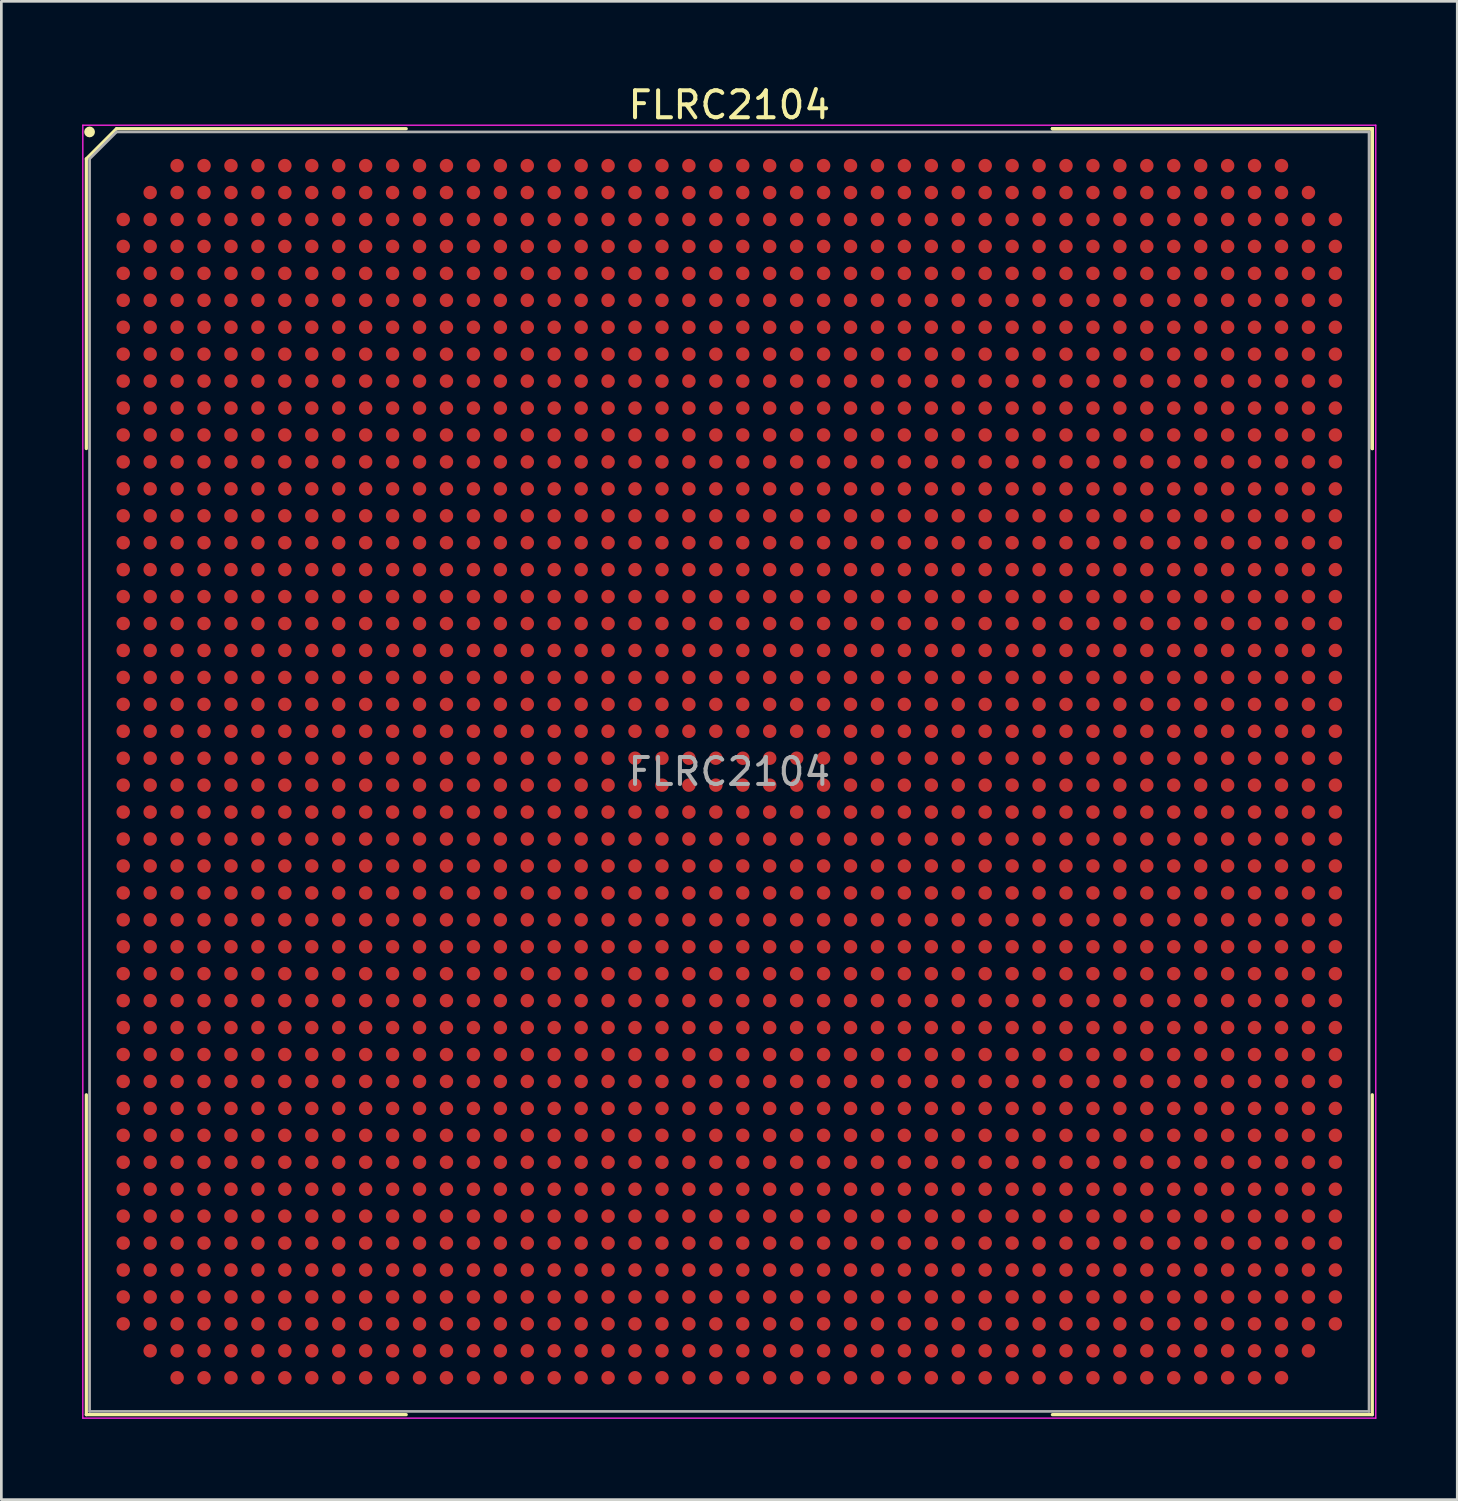
<source format=kicad_pcb>
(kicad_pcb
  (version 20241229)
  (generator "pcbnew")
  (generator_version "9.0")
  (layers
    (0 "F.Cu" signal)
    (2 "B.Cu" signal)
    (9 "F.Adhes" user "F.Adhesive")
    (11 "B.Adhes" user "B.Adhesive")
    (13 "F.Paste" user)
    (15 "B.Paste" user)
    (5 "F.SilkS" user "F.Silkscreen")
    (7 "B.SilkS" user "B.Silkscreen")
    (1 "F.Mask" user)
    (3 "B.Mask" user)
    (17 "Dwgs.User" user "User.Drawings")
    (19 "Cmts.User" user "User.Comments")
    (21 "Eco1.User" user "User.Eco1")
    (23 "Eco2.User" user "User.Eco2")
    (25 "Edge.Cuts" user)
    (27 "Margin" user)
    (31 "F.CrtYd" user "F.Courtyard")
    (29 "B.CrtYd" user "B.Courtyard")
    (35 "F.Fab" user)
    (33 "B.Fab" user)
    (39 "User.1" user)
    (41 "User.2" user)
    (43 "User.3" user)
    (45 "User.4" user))
  (footprint "FLRC2104"
    (layer "F.Cu")
    (at 24.025 25.598)
    (property "Reference" "FLRC2104" (at 0 -24.75 0) (layer "F.SilkS") (effects (font (size 1 1) (thickness 0.15))))
    (attr smd)
    (fp_line (start -23.87 -22.75) (end -23.87 -11.995) (stroke (width 0.12) (type solid)) (layer "F.SilkS"))
    (fp_line (start -23.87 23.87) (end -23.87 11.995) (stroke (width 0.12) (type solid)) (layer "F.SilkS"))
    (fp_line (start -22.75 -23.87) (end -23.87 -22.75) (stroke (width 0.12) (type solid)) (layer "F.SilkS"))
    (fp_line (start -11.995 -23.87) (end -22.75 -23.87) (stroke (width 0.12) (type solid)) (layer "F.SilkS"))
    (fp_line (start -11.995 23.87) (end -23.87 23.87) (stroke (width 0.12) (type solid)) (layer "F.SilkS"))
    (fp_line (start 11.995 -23.87) (end 23.87 -23.87) (stroke (width 0.12) (type solid)) (layer "F.SilkS"))
    (fp_line (start 11.995 -23.87) (end 23.87 -23.87) (stroke (width 0.12) (type solid)) (layer "F.SilkS"))
    (fp_line (start 11.995 -23.87) (end 23.87 -23.87) (stroke (width 0.12) (type solid)) (layer "F.SilkS"))
    (fp_line (start 11.995 23.87) (end 23.87 23.87) (stroke (width 0.12) (type solid)) (layer "F.SilkS"))
    (fp_line (start 23.87 -23.87) (end 23.87 -11.995) (stroke (width 0.12) (type solid)) (layer "F.SilkS"))
    (fp_line (start 23.87 -23.87) (end 23.87 -11.995) (stroke (width 0.12) (type solid)) (layer "F.SilkS"))
    (fp_line (start 23.87 -23.87) (end 23.87 -11.995) (stroke (width 0.12) (type solid)) (layer "F.SilkS"))
    (fp_line (start 23.87 23.87) (end 23.87 11.995) (stroke (width 0.12) (type solid)) (layer "F.SilkS"))
    (fp_circle (center -23.75 -23.75) (end -23.75 -23.65) (stroke (width 0.2) (type solid)) (fill no) (layer "F.SilkS"))
    (fp_line (start -24 -24) (end 24 -24) (stroke (width 0.05) (type solid)) (layer "F.CrtYd"))
    (fp_line (start -24 24) (end -24 -24) (stroke (width 0.05) (type solid)) (layer "F.CrtYd"))
    (fp_line (start 24 -24) (end 24 24) (stroke (width 0.05) (type solid)) (layer "F.CrtYd"))
    (fp_line (start 24 24) (end -24 24) (stroke (width 0.05) (type solid)) (layer "F.CrtYd"))
    (fp_line (start -23.75 -22.75) (end -23.75 23.75) (stroke (width 0.1) (type solid)) (layer "F.Fab"))
    (fp_line (start -23.75 23.75) (end 23.75 23.75) (stroke (width 0.1) (type solid)) (layer "F.Fab"))
    (fp_line (start -22.75 -23.75) (end -23.75 -22.75) (stroke (width 0.1) (type solid)) (layer "F.Fab"))
    (fp_line (start 23.75 -23.75) (end -22.75 -23.75) (stroke (width 0.1) (type solid)) (layer "F.Fab"))
    (fp_line (start 23.75 23.75) (end 23.75 -23.75) (stroke (width 0.1) (type solid)) (layer "F.Fab"))
    (fp_text user "${REFERENCE}" (at 0 0 0) (layer "F.Fab") (effects (font (size 1 1) (thickness 0.15))))
    (pad "A3" smd circle (at -20.5 -22.5) (size 0.5 0.5) (layers "F.Cu" "F.Mask" "F.Paste"))
    (pad "A4" smd circle (at -19.5 -22.5) (size 0.5 0.5) (layers "F.Cu" "F.Mask" "F.Paste"))
    (pad "A5" smd circle (at -18.5 -22.5) (size 0.5 0.5) (layers "F.Cu" "F.Mask" "F.Paste"))
    (pad "A6" smd circle (at -17.5 -22.5) (size 0.5 0.5) (layers "F.Cu" "F.Mask" "F.Paste"))
    (pad "A7" smd circle (at -16.5 -22.5) (size 0.5 0.5) (layers "F.Cu" "F.Mask" "F.Paste"))
    (pad "A8" smd circle (at -15.5 -22.5) (size 0.5 0.5) (layers "F.Cu" "F.Mask" "F.Paste"))
    (pad "A9" smd circle (at -14.5 -22.5) (size 0.5 0.5) (layers "F.Cu" "F.Mask" "F.Paste"))
    (pad "A10" smd circle (at -13.5 -22.5) (size 0.5 0.5) (layers "F.Cu" "F.Mask" "F.Paste"))
    (pad "A11" smd circle (at -12.5 -22.5) (size 0.5 0.5) (layers "F.Cu" "F.Mask" "F.Paste"))
    (pad "A12" smd circle (at -11.5 -22.5) (size 0.5 0.5) (layers "F.Cu" "F.Mask" "F.Paste"))
    (pad "A13" smd circle (at -10.5 -22.5) (size 0.5 0.5) (layers "F.Cu" "F.Mask" "F.Paste"))
    (pad "A14" smd circle (at -9.5 -22.5) (size 0.5 0.5) (layers "F.Cu" "F.Mask" "F.Paste"))
    (pad "A15" smd circle (at -8.5 -22.5) (size 0.5 0.5) (layers "F.Cu" "F.Mask" "F.Paste"))
    (pad "A16" smd circle (at -7.5 -22.5) (size 0.5 0.5) (layers "F.Cu" "F.Mask" "F.Paste"))
    (pad "A17" smd circle (at -6.5 -22.5) (size 0.5 0.5) (layers "F.Cu" "F.Mask" "F.Paste"))
    (pad "A18" smd circle (at -5.5 -22.5) (size 0.5 0.5) (layers "F.Cu" "F.Mask" "F.Paste"))
    (pad "A19" smd circle (at -4.5 -22.5) (size 0.5 0.5) (layers "F.Cu" "F.Mask" "F.Paste"))
    (pad "A20" smd circle (at -3.5 -22.5) (size 0.5 0.5) (layers "F.Cu" "F.Mask" "F.Paste"))
    (pad "A21" smd circle (at -2.5 -22.5) (size 0.5 0.5) (layers "F.Cu" "F.Mask" "F.Paste"))
    (pad "A22" smd circle (at -1.5 -22.5) (size 0.5 0.5) (layers "F.Cu" "F.Mask" "F.Paste"))
    (pad "A23" smd circle (at -0.5 -22.5) (size 0.5 0.5) (layers "F.Cu" "F.Mask" "F.Paste"))
    (pad "A24" smd circle (at 0.5 -22.5) (size 0.5 0.5) (layers "F.Cu" "F.Mask" "F.Paste"))
    (pad "A25" smd circle (at 1.5 -22.5) (size 0.5 0.5) (layers "F.Cu" "F.Mask" "F.Paste"))
    (pad "A26" smd circle (at 2.5 -22.5) (size 0.5 0.5) (layers "F.Cu" "F.Mask" "F.Paste"))
    (pad "A27" smd circle (at 3.5 -22.5) (size 0.5 0.5) (layers "F.Cu" "F.Mask" "F.Paste"))
    (pad "A28" smd circle (at 4.5 -22.5) (size 0.5 0.5) (layers "F.Cu" "F.Mask" "F.Paste"))
    (pad "A29" smd circle (at 5.5 -22.5) (size 0.5 0.5) (layers "F.Cu" "F.Mask" "F.Paste"))
    (pad "A30" smd circle (at 6.5 -22.5) (size 0.5 0.5) (layers "F.Cu" "F.Mask" "F.Paste"))
    (pad "A31" smd circle (at 7.5 -22.5) (size 0.5 0.5) (layers "F.Cu" "F.Mask" "F.Paste"))
    (pad "A32" smd circle (at 8.5 -22.5) (size 0.5 0.5) (layers "F.Cu" "F.Mask" "F.Paste"))
    (pad "A33" smd circle (at 9.5 -22.5) (size 0.5 0.5) (layers "F.Cu" "F.Mask" "F.Paste"))
    (pad "A34" smd circle (at 10.5 -22.5) (size 0.5 0.5) (layers "F.Cu" "F.Mask" "F.Paste"))
    (pad "A35" smd circle (at 11.5 -22.5) (size 0.5 0.5) (layers "F.Cu" "F.Mask" "F.Paste"))
    (pad "A36" smd circle (at 12.5 -22.5) (size 0.5 0.5) (layers "F.Cu" "F.Mask" "F.Paste"))
    (pad "A37" smd circle (at 13.5 -22.5) (size 0.5 0.5) (layers "F.Cu" "F.Mask" "F.Paste"))
    (pad "A38" smd circle (at 14.5 -22.5) (size 0.5 0.5) (layers "F.Cu" "F.Mask" "F.Paste"))
    (pad "A39" smd circle (at 15.5 -22.5) (size 0.5 0.5) (layers "F.Cu" "F.Mask" "F.Paste"))
    (pad "A40" smd circle (at 16.5 -22.5) (size 0.5 0.5) (layers "F.Cu" "F.Mask" "F.Paste"))
    (pad "A41" smd circle (at 17.5 -22.5) (size 0.5 0.5) (layers "F.Cu" "F.Mask" "F.Paste"))
    (pad "A42" smd circle (at 18.5 -22.5) (size 0.5 0.5) (layers "F.Cu" "F.Mask" "F.Paste"))
    (pad "A43" smd circle (at 19.5 -22.5) (size 0.5 0.5) (layers "F.Cu" "F.Mask" "F.Paste"))
    (pad "A44" smd circle (at 20.5 -22.5) (size 0.5 0.5) (layers "F.Cu" "F.Mask" "F.Paste"))
    (pad "AA1" smd circle (at -22.5 -2.5) (size 0.5 0.5) (layers "F.Cu" "F.Mask" "F.Paste"))
    (pad "AA2" smd circle (at -21.5 -2.5) (size 0.5 0.5) (layers "F.Cu" "F.Mask" "F.Paste"))
    (pad "AA3" smd circle (at -20.5 -2.5) (size 0.5 0.5) (layers "F.Cu" "F.Mask" "F.Paste"))
    (pad "AA4" smd circle (at -19.5 -2.5) (size 0.5 0.5) (layers "F.Cu" "F.Mask" "F.Paste"))
    (pad "AA5" smd circle (at -18.5 -2.5) (size 0.5 0.5) (layers "F.Cu" "F.Mask" "F.Paste"))
    (pad "AA6" smd circle (at -17.5 -2.5) (size 0.5 0.5) (layers "F.Cu" "F.Mask" "F.Paste"))
    (pad "AA7" smd circle (at -16.5 -2.5) (size 0.5 0.5) (layers "F.Cu" "F.Mask" "F.Paste"))
    (pad "AA8" smd circle (at -15.5 -2.5) (size 0.5 0.5) (layers "F.Cu" "F.Mask" "F.Paste"))
    (pad "AA9" smd circle (at -14.5 -2.5) (size 0.5 0.5) (layers "F.Cu" "F.Mask" "F.Paste"))
    (pad "AA10" smd circle (at -13.5 -2.5) (size 0.5 0.5) (layers "F.Cu" "F.Mask" "F.Paste"))
    (pad "AA11" smd circle (at -12.5 -2.5) (size 0.5 0.5) (layers "F.Cu" "F.Mask" "F.Paste"))
    (pad "AA12" smd circle (at -11.5 -2.5) (size 0.5 0.5) (layers "F.Cu" "F.Mask" "F.Paste"))
    (pad "AA13" smd circle (at -10.5 -2.5) (size 0.5 0.5) (layers "F.Cu" "F.Mask" "F.Paste"))
    (pad "AA14" smd circle (at -9.5 -2.5) (size 0.5 0.5) (layers "F.Cu" "F.Mask" "F.Paste"))
    (pad "AA15" smd circle (at -8.5 -2.5) (size 0.5 0.5) (layers "F.Cu" "F.Mask" "F.Paste"))
    (pad "AA16" smd circle (at -7.5 -2.5) (size 0.5 0.5) (layers "F.Cu" "F.Mask" "F.Paste"))
    (pad "AA17" smd circle (at -6.5 -2.5) (size 0.5 0.5) (layers "F.Cu" "F.Mask" "F.Paste"))
    (pad "AA18" smd circle (at -5.5 -2.5) (size 0.5 0.5) (layers "F.Cu" "F.Mask" "F.Paste"))
    (pad "AA19" smd circle (at -4.5 -2.5) (size 0.5 0.5) (layers "F.Cu" "F.Mask" "F.Paste"))
    (pad "AA20" smd circle (at -3.5 -2.5) (size 0.5 0.5) (layers "F.Cu" "F.Mask" "F.Paste"))
    (pad "AA21" smd circle (at -2.5 -2.5) (size 0.5 0.5) (layers "F.Cu" "F.Mask" "F.Paste"))
    (pad "AA22" smd circle (at -1.5 -2.5) (size 0.5 0.5) (layers "F.Cu" "F.Mask" "F.Paste"))
    (pad "AA23" smd circle (at -0.5 -2.5) (size 0.5 0.5) (layers "F.Cu" "F.Mask" "F.Paste"))
    (pad "AA24" smd circle (at 0.5 -2.5) (size 0.5 0.5) (layers "F.Cu" "F.Mask" "F.Paste"))
    (pad "AA25" smd circle (at 1.5 -2.5) (size 0.5 0.5) (layers "F.Cu" "F.Mask" "F.Paste"))
    (pad "AA26" smd circle (at 2.5 -2.5) (size 0.5 0.5) (layers "F.Cu" "F.Mask" "F.Paste"))
    (pad "AA27" smd circle (at 3.5 -2.5) (size 0.5 0.5) (layers "F.Cu" "F.Mask" "F.Paste"))
    (pad "AA28" smd circle (at 4.5 -2.5) (size 0.5 0.5) (layers "F.Cu" "F.Mask" "F.Paste"))
    (pad "AA29" smd circle (at 5.5 -2.5) (size 0.5 0.5) (layers "F.Cu" "F.Mask" "F.Paste"))
    (pad "AA30" smd circle (at 6.5 -2.5) (size 0.5 0.5) (layers "F.Cu" "F.Mask" "F.Paste"))
    (pad "AA31" smd circle (at 7.5 -2.5) (size 0.5 0.5) (layers "F.Cu" "F.Mask" "F.Paste"))
    (pad "AA32" smd circle (at 8.5 -2.5) (size 0.5 0.5) (layers "F.Cu" "F.Mask" "F.Paste"))
    (pad "AA33" smd circle (at 9.5 -2.5) (size 0.5 0.5) (layers "F.Cu" "F.Mask" "F.Paste"))
    (pad "AA34" smd circle (at 10.5 -2.5) (size 0.5 0.5) (layers "F.Cu" "F.Mask" "F.Paste"))
    (pad "AA35" smd circle (at 11.5 -2.5) (size 0.5 0.5) (layers "F.Cu" "F.Mask" "F.Paste"))
    (pad "AA36" smd circle (at 12.5 -2.5) (size 0.5 0.5) (layers "F.Cu" "F.Mask" "F.Paste"))
    (pad "AA37" smd circle (at 13.5 -2.5) (size 0.5 0.5) (layers "F.Cu" "F.Mask" "F.Paste"))
    (pad "AA38" smd circle (at 14.5 -2.5) (size 0.5 0.5) (layers "F.Cu" "F.Mask" "F.Paste"))
    (pad "AA39" smd circle (at 15.5 -2.5) (size 0.5 0.5) (layers "F.Cu" "F.Mask" "F.Paste"))
    (pad "AA40" smd circle (at 16.5 -2.5) (size 0.5 0.5) (layers "F.Cu" "F.Mask" "F.Paste"))
    (pad "AA41" smd circle (at 17.5 -2.5) (size 0.5 0.5) (layers "F.Cu" "F.Mask" "F.Paste"))
    (pad "AA42" smd circle (at 18.5 -2.5) (size 0.5 0.5) (layers "F.Cu" "F.Mask" "F.Paste"))
    (pad "AA43" smd circle (at 19.5 -2.5) (size 0.5 0.5) (layers "F.Cu" "F.Mask" "F.Paste"))
    (pad "AA44" smd circle (at 20.5 -2.5) (size 0.5 0.5) (layers "F.Cu" "F.Mask" "F.Paste"))
    (pad "AA45" smd circle (at 21.5 -2.5) (size 0.5 0.5) (layers "F.Cu" "F.Mask" "F.Paste"))
    (pad "AA46" smd circle (at 22.5 -2.5) (size 0.5 0.5) (layers "F.Cu" "F.Mask" "F.Paste"))
    (pad "AB1" smd circle (at -22.5 -1.5) (size 0.5 0.5) (layers "F.Cu" "F.Mask" "F.Paste"))
    (pad "AB2" smd circle (at -21.5 -1.5) (size 0.5 0.5) (layers "F.Cu" "F.Mask" "F.Paste"))
    (pad "AB3" smd circle (at -20.5 -1.5) (size 0.5 0.5) (layers "F.Cu" "F.Mask" "F.Paste"))
    (pad "AB4" smd circle (at -19.5 -1.5) (size 0.5 0.5) (layers "F.Cu" "F.Mask" "F.Paste"))
    (pad "AB5" smd circle (at -18.5 -1.5) (size 0.5 0.5) (layers "F.Cu" "F.Mask" "F.Paste"))
    (pad "AB6" smd circle (at -17.5 -1.5) (size 0.5 0.5) (layers "F.Cu" "F.Mask" "F.Paste"))
    (pad "AB7" smd circle (at -16.5 -1.5) (size 0.5 0.5) (layers "F.Cu" "F.Mask" "F.Paste"))
    (pad "AB8" smd circle (at -15.5 -1.5) (size 0.5 0.5) (layers "F.Cu" "F.Mask" "F.Paste"))
    (pad "AB9" smd circle (at -14.5 -1.5) (size 0.5 0.5) (layers "F.Cu" "F.Mask" "F.Paste"))
    (pad "AB10" smd circle (at -13.5 -1.5) (size 0.5 0.5) (layers "F.Cu" "F.Mask" "F.Paste"))
    (pad "AB11" smd circle (at -12.5 -1.5) (size 0.5 0.5) (layers "F.Cu" "F.Mask" "F.Paste"))
    (pad "AB12" smd circle (at -11.5 -1.5) (size 0.5 0.5) (layers "F.Cu" "F.Mask" "F.Paste"))
    (pad "AB13" smd circle (at -10.5 -1.5) (size 0.5 0.5) (layers "F.Cu" "F.Mask" "F.Paste"))
    (pad "AB14" smd circle (at -9.5 -1.5) (size 0.5 0.5) (layers "F.Cu" "F.Mask" "F.Paste"))
    (pad "AB15" smd circle (at -8.5 -1.5) (size 0.5 0.5) (layers "F.Cu" "F.Mask" "F.Paste"))
    (pad "AB16" smd circle (at -7.5 -1.5) (size 0.5 0.5) (layers "F.Cu" "F.Mask" "F.Paste"))
    (pad "AB17" smd circle (at -6.5 -1.5) (size 0.5 0.5) (layers "F.Cu" "F.Mask" "F.Paste"))
    (pad "AB18" smd circle (at -5.5 -1.5) (size 0.5 0.5) (layers "F.Cu" "F.Mask" "F.Paste"))
    (pad "AB19" smd circle (at -4.5 -1.5) (size 0.5 0.5) (layers "F.Cu" "F.Mask" "F.Paste"))
    (pad "AB20" smd circle (at -3.5 -1.5) (size 0.5 0.5) (layers "F.Cu" "F.Mask" "F.Paste"))
    (pad "AB21" smd circle (at -2.5 -1.5) (size 0.5 0.5) (layers "F.Cu" "F.Mask" "F.Paste"))
    (pad "AB22" smd circle (at -1.5 -1.5) (size 0.5 0.5) (layers "F.Cu" "F.Mask" "F.Paste"))
    (pad "AB23" smd circle (at -0.5 -1.5) (size 0.5 0.5) (layers "F.Cu" "F.Mask" "F.Paste"))
    (pad "AB24" smd circle (at 0.5 -1.5) (size 0.5 0.5) (layers "F.Cu" "F.Mask" "F.Paste"))
    (pad "AB25" smd circle (at 1.5 -1.5) (size 0.5 0.5) (layers "F.Cu" "F.Mask" "F.Paste"))
    (pad "AB26" smd circle (at 2.5 -1.5) (size 0.5 0.5) (layers "F.Cu" "F.Mask" "F.Paste"))
    (pad "AB27" smd circle (at 3.5 -1.5) (size 0.5 0.5) (layers "F.Cu" "F.Mask" "F.Paste"))
    (pad "AB28" smd circle (at 4.5 -1.5) (size 0.5 0.5) (layers "F.Cu" "F.Mask" "F.Paste"))
    (pad "AB29" smd circle (at 5.5 -1.5) (size 0.5 0.5) (layers "F.Cu" "F.Mask" "F.Paste"))
    (pad "AB30" smd circle (at 6.5 -1.5) (size 0.5 0.5) (layers "F.Cu" "F.Mask" "F.Paste"))
    (pad "AB31" smd circle (at 7.5 -1.5) (size 0.5 0.5) (layers "F.Cu" "F.Mask" "F.Paste"))
    (pad "AB32" smd circle (at 8.5 -1.5) (size 0.5 0.5) (layers "F.Cu" "F.Mask" "F.Paste"))
    (pad "AB33" smd circle (at 9.5 -1.5) (size 0.5 0.5) (layers "F.Cu" "F.Mask" "F.Paste"))
    (pad "AB34" smd circle (at 10.5 -1.5) (size 0.5 0.5) (layers "F.Cu" "F.Mask" "F.Paste"))
    (pad "AB35" smd circle (at 11.5 -1.5) (size 0.5 0.5) (layers "F.Cu" "F.Mask" "F.Paste"))
    (pad "AB36" smd circle (at 12.5 -1.5) (size 0.5 0.5) (layers "F.Cu" "F.Mask" "F.Paste"))
    (pad "AB37" smd circle (at 13.5 -1.5) (size 0.5 0.5) (layers "F.Cu" "F.Mask" "F.Paste"))
    (pad "AB38" smd circle (at 14.5 -1.5) (size 0.5 0.5) (layers "F.Cu" "F.Mask" "F.Paste"))
    (pad "AB39" smd circle (at 15.5 -1.5) (size 0.5 0.5) (layers "F.Cu" "F.Mask" "F.Paste"))
    (pad "AB40" smd circle (at 16.5 -1.5) (size 0.5 0.5) (layers "F.Cu" "F.Mask" "F.Paste"))
    (pad "AB41" smd circle (at 17.5 -1.5) (size 0.5 0.5) (layers "F.Cu" "F.Mask" "F.Paste"))
    (pad "AB42" smd circle (at 18.5 -1.5) (size 0.5 0.5) (layers "F.Cu" "F.Mask" "F.Paste"))
    (pad "AB43" smd circle (at 19.5 -1.5) (size 0.5 0.5) (layers "F.Cu" "F.Mask" "F.Paste"))
    (pad "AB44" smd circle (at 20.5 -1.5) (size 0.5 0.5) (layers "F.Cu" "F.Mask" "F.Paste"))
    (pad "AB45" smd circle (at 21.5 -1.5) (size 0.5 0.5) (layers "F.Cu" "F.Mask" "F.Paste"))
    (pad "AB46" smd circle (at 22.5 -1.5) (size 0.5 0.5) (layers "F.Cu" "F.Mask" "F.Paste"))
    (pad "AC1" smd circle (at -22.5 -0.5) (size 0.5 0.5) (layers "F.Cu" "F.Mask" "F.Paste"))
    (pad "AC2" smd circle (at -21.5 -0.5) (size 0.5 0.5) (layers "F.Cu" "F.Mask" "F.Paste"))
    (pad "AC3" smd circle (at -20.5 -0.5) (size 0.5 0.5) (layers "F.Cu" "F.Mask" "F.Paste"))
    (pad "AC4" smd circle (at -19.5 -0.5) (size 0.5 0.5) (layers "F.Cu" "F.Mask" "F.Paste"))
    (pad "AC5" smd circle (at -18.5 -0.5) (size 0.5 0.5) (layers "F.Cu" "F.Mask" "F.Paste"))
    (pad "AC6" smd circle (at -17.5 -0.5) (size 0.5 0.5) (layers "F.Cu" "F.Mask" "F.Paste"))
    (pad "AC7" smd circle (at -16.5 -0.5) (size 0.5 0.5) (layers "F.Cu" "F.Mask" "F.Paste"))
    (pad "AC8" smd circle (at -15.5 -0.5) (size 0.5 0.5) (layers "F.Cu" "F.Mask" "F.Paste"))
    (pad "AC9" smd circle (at -14.5 -0.5) (size 0.5 0.5) (layers "F.Cu" "F.Mask" "F.Paste"))
    (pad "AC10" smd circle (at -13.5 -0.5) (size 0.5 0.5) (layers "F.Cu" "F.Mask" "F.Paste"))
    (pad "AC11" smd circle (at -12.5 -0.5) (size 0.5 0.5) (layers "F.Cu" "F.Mask" "F.Paste"))
    (pad "AC12" smd circle (at -11.5 -0.5) (size 0.5 0.5) (layers "F.Cu" "F.Mask" "F.Paste"))
    (pad "AC13" smd circle (at -10.5 -0.5) (size 0.5 0.5) (layers "F.Cu" "F.Mask" "F.Paste"))
    (pad "AC14" smd circle (at -9.5 -0.5) (size 0.5 0.5) (layers "F.Cu" "F.Mask" "F.Paste"))
    (pad "AC15" smd circle (at -8.5 -0.5) (size 0.5 0.5) (layers "F.Cu" "F.Mask" "F.Paste"))
    (pad "AC16" smd circle (at -7.5 -0.5) (size 0.5 0.5) (layers "F.Cu" "F.Mask" "F.Paste"))
    (pad "AC17" smd circle (at -6.5 -0.5) (size 0.5 0.5) (layers "F.Cu" "F.Mask" "F.Paste"))
    (pad "AC18" smd circle (at -5.5 -0.5) (size 0.5 0.5) (layers "F.Cu" "F.Mask" "F.Paste"))
    (pad "AC19" smd circle (at -4.5 -0.5) (size 0.5 0.5) (layers "F.Cu" "F.Mask" "F.Paste"))
    (pad "AC20" smd circle (at -3.5 -0.5) (size 0.5 0.5) (layers "F.Cu" "F.Mask" "F.Paste"))
    (pad "AC21" smd circle (at -2.5 -0.5) (size 0.5 0.5) (layers "F.Cu" "F.Mask" "F.Paste"))
    (pad "AC22" smd circle (at -1.5 -0.5) (size 0.5 0.5) (layers "F.Cu" "F.Mask" "F.Paste"))
    (pad "AC23" smd circle (at -0.5 -0.5) (size 0.5 0.5) (layers "F.Cu" "F.Mask" "F.Paste"))
    (pad "AC24" smd circle (at 0.5 -0.5) (size 0.5 0.5) (layers "F.Cu" "F.Mask" "F.Paste"))
    (pad "AC25" smd circle (at 1.5 -0.5) (size 0.5 0.5) (layers "F.Cu" "F.Mask" "F.Paste"))
    (pad "AC26" smd circle (at 2.5 -0.5) (size 0.5 0.5) (layers "F.Cu" "F.Mask" "F.Paste"))
    (pad "AC27" smd circle (at 3.5 -0.5) (size 0.5 0.5) (layers "F.Cu" "F.Mask" "F.Paste"))
    (pad "AC28" smd circle (at 4.5 -0.5) (size 0.5 0.5) (layers "F.Cu" "F.Mask" "F.Paste"))
    (pad "AC29" smd circle (at 5.5 -0.5) (size 0.5 0.5) (layers "F.Cu" "F.Mask" "F.Paste"))
    (pad "AC30" smd circle (at 6.5 -0.5) (size 0.5 0.5) (layers "F.Cu" "F.Mask" "F.Paste"))
    (pad "AC31" smd circle (at 7.5 -0.5) (size 0.5 0.5) (layers "F.Cu" "F.Mask" "F.Paste"))
    (pad "AC32" smd circle (at 8.5 -0.5) (size 0.5 0.5) (layers "F.Cu" "F.Mask" "F.Paste"))
    (pad "AC33" smd circle (at 9.5 -0.5) (size 0.5 0.5) (layers "F.Cu" "F.Mask" "F.Paste"))
    (pad "AC34" smd circle (at 10.5 -0.5) (size 0.5 0.5) (layers "F.Cu" "F.Mask" "F.Paste"))
    (pad "AC35" smd circle (at 11.5 -0.5) (size 0.5 0.5) (layers "F.Cu" "F.Mask" "F.Paste"))
    (pad "AC36" smd circle (at 12.5 -0.5) (size 0.5 0.5) (layers "F.Cu" "F.Mask" "F.Paste"))
    (pad "AC37" smd circle (at 13.5 -0.5) (size 0.5 0.5) (layers "F.Cu" "F.Mask" "F.Paste"))
    (pad "AC38" smd circle (at 14.5 -0.5) (size 0.5 0.5) (layers "F.Cu" "F.Mask" "F.Paste"))
    (pad "AC39" smd circle (at 15.5 -0.5) (size 0.5 0.5) (layers "F.Cu" "F.Mask" "F.Paste"))
    (pad "AC40" smd circle (at 16.5 -0.5) (size 0.5 0.5) (layers "F.Cu" "F.Mask" "F.Paste"))
    (pad "AC41" smd circle (at 17.5 -0.5) (size 0.5 0.5) (layers "F.Cu" "F.Mask" "F.Paste"))
    (pad "AC42" smd circle (at 18.5 -0.5) (size 0.5 0.5) (layers "F.Cu" "F.Mask" "F.Paste"))
    (pad "AC43" smd circle (at 19.5 -0.5) (size 0.5 0.5) (layers "F.Cu" "F.Mask" "F.Paste"))
    (pad "AC44" smd circle (at 20.5 -0.5) (size 0.5 0.5) (layers "F.Cu" "F.Mask" "F.Paste"))
    (pad "AC45" smd circle (at 21.5 -0.5) (size 0.5 0.5) (layers "F.Cu" "F.Mask" "F.Paste"))
    (pad "AC46" smd circle (at 22.5 -0.5) (size 0.5 0.5) (layers "F.Cu" "F.Mask" "F.Paste"))
    (pad "AD1" smd circle (at -22.5 0.5) (size 0.5 0.5) (layers "F.Cu" "F.Mask" "F.Paste"))
    (pad "AD2" smd circle (at -21.5 0.5) (size 0.5 0.5) (layers "F.Cu" "F.Mask" "F.Paste"))
    (pad "AD3" smd circle (at -20.5 0.5) (size 0.5 0.5) (layers "F.Cu" "F.Mask" "F.Paste"))
    (pad "AD4" smd circle (at -19.5 0.5) (size 0.5 0.5) (layers "F.Cu" "F.Mask" "F.Paste"))
    (pad "AD5" smd circle (at -18.5 0.5) (size 0.5 0.5) (layers "F.Cu" "F.Mask" "F.Paste"))
    (pad "AD6" smd circle (at -17.5 0.5) (size 0.5 0.5) (layers "F.Cu" "F.Mask" "F.Paste"))
    (pad "AD7" smd circle (at -16.5 0.5) (size 0.5 0.5) (layers "F.Cu" "F.Mask" "F.Paste"))
    (pad "AD8" smd circle (at -15.5 0.5) (size 0.5 0.5) (layers "F.Cu" "F.Mask" "F.Paste"))
    (pad "AD9" smd circle (at -14.5 0.5) (size 0.5 0.5) (layers "F.Cu" "F.Mask" "F.Paste"))
    (pad "AD10" smd circle (at -13.5 0.5) (size 0.5 0.5) (layers "F.Cu" "F.Mask" "F.Paste"))
    (pad "AD11" smd circle (at -12.5 0.5) (size 0.5 0.5) (layers "F.Cu" "F.Mask" "F.Paste"))
    (pad "AD12" smd circle (at -11.5 0.5) (size 0.5 0.5) (layers "F.Cu" "F.Mask" "F.Paste"))
    (pad "AD13" smd circle (at -10.5 0.5) (size 0.5 0.5) (layers "F.Cu" "F.Mask" "F.Paste"))
    (pad "AD14" smd circle (at -9.5 0.5) (size 0.5 0.5) (layers "F.Cu" "F.Mask" "F.Paste"))
    (pad "AD15" smd circle (at -8.5 0.5) (size 0.5 0.5) (layers "F.Cu" "F.Mask" "F.Paste"))
    (pad "AD16" smd circle (at -7.5 0.5) (size 0.5 0.5) (layers "F.Cu" "F.Mask" "F.Paste"))
    (pad "AD17" smd circle (at -6.5 0.5) (size 0.5 0.5) (layers "F.Cu" "F.Mask" "F.Paste"))
    (pad "AD18" smd circle (at -5.5 0.5) (size 0.5 0.5) (layers "F.Cu" "F.Mask" "F.Paste"))
    (pad "AD19" smd circle (at -4.5 0.5) (size 0.5 0.5) (layers "F.Cu" "F.Mask" "F.Paste"))
    (pad "AD20" smd circle (at -3.5 0.5) (size 0.5 0.5) (layers "F.Cu" "F.Mask" "F.Paste"))
    (pad "AD21" smd circle (at -2.5 0.5) (size 0.5 0.5) (layers "F.Cu" "F.Mask" "F.Paste"))
    (pad "AD22" smd circle (at -1.5 0.5) (size 0.5 0.5) (layers "F.Cu" "F.Mask" "F.Paste"))
    (pad "AD23" smd circle (at -0.5 0.5) (size 0.5 0.5) (layers "F.Cu" "F.Mask" "F.Paste"))
    (pad "AD24" smd circle (at 0.5 0.5) (size 0.5 0.5) (layers "F.Cu" "F.Mask" "F.Paste"))
    (pad "AD25" smd circle (at 1.5 0.5) (size 0.5 0.5) (layers "F.Cu" "F.Mask" "F.Paste"))
    (pad "AD26" smd circle (at 2.5 0.5) (size 0.5 0.5) (layers "F.Cu" "F.Mask" "F.Paste"))
    (pad "AD27" smd circle (at 3.5 0.5) (size 0.5 0.5) (layers "F.Cu" "F.Mask" "F.Paste"))
    (pad "AD28" smd circle (at 4.5 0.5) (size 0.5 0.5) (layers "F.Cu" "F.Mask" "F.Paste"))
    (pad "AD29" smd circle (at 5.5 0.5) (size 0.5 0.5) (layers "F.Cu" "F.Mask" "F.Paste"))
    (pad "AD30" smd circle (at 6.5 0.5) (size 0.5 0.5) (layers "F.Cu" "F.Mask" "F.Paste"))
    (pad "AD31" smd circle (at 7.5 0.5) (size 0.5 0.5) (layers "F.Cu" "F.Mask" "F.Paste"))
    (pad "AD32" smd circle (at 8.5 0.5) (size 0.5 0.5) (layers "F.Cu" "F.Mask" "F.Paste"))
    (pad "AD33" smd circle (at 9.5 0.5) (size 0.5 0.5) (layers "F.Cu" "F.Mask" "F.Paste"))
    (pad "AD34" smd circle (at 10.5 0.5) (size 0.5 0.5) (layers "F.Cu" "F.Mask" "F.Paste"))
    (pad "AD35" smd circle (at 11.5 0.5) (size 0.5 0.5) (layers "F.Cu" "F.Mask" "F.Paste"))
    (pad "AD36" smd circle (at 12.5 0.5) (size 0.5 0.5) (layers "F.Cu" "F.Mask" "F.Paste"))
    (pad "AD37" smd circle (at 13.5 0.5) (size 0.5 0.5) (layers "F.Cu" "F.Mask" "F.Paste"))
    (pad "AD38" smd circle (at 14.5 0.5) (size 0.5 0.5) (layers "F.Cu" "F.Mask" "F.Paste"))
    (pad "AD39" smd circle (at 15.5 0.5) (size 0.5 0.5) (layers "F.Cu" "F.Mask" "F.Paste"))
    (pad "AD40" smd circle (at 16.5 0.5) (size 0.5 0.5) (layers "F.Cu" "F.Mask" "F.Paste"))
    (pad "AD41" smd circle (at 17.5 0.5) (size 0.5 0.5) (layers "F.Cu" "F.Mask" "F.Paste"))
    (pad "AD42" smd circle (at 18.5 0.5) (size 0.5 0.5) (layers "F.Cu" "F.Mask" "F.Paste"))
    (pad "AD43" smd circle (at 19.5 0.5) (size 0.5 0.5) (layers "F.Cu" "F.Mask" "F.Paste"))
    (pad "AD44" smd circle (at 20.5 0.5) (size 0.5 0.5) (layers "F.Cu" "F.Mask" "F.Paste"))
    (pad "AD45" smd circle (at 21.5 0.5) (size 0.5 0.5) (layers "F.Cu" "F.Mask" "F.Paste"))
    (pad "AD46" smd circle (at 22.5 0.5) (size 0.5 0.5) (layers "F.Cu" "F.Mask" "F.Paste"))
    (pad "AE1" smd circle (at -22.5 1.5) (size 0.5 0.5) (layers "F.Cu" "F.Mask" "F.Paste"))
    (pad "AE2" smd circle (at -21.5 1.5) (size 0.5 0.5) (layers "F.Cu" "F.Mask" "F.Paste"))
    (pad "AE3" smd circle (at -20.5 1.5) (size 0.5 0.5) (layers "F.Cu" "F.Mask" "F.Paste"))
    (pad "AE4" smd circle (at -19.5 1.5) (size 0.5 0.5) (layers "F.Cu" "F.Mask" "F.Paste"))
    (pad "AE5" smd circle (at -18.5 1.5) (size 0.5 0.5) (layers "F.Cu" "F.Mask" "F.Paste"))
    (pad "AE6" smd circle (at -17.5 1.5) (size 0.5 0.5) (layers "F.Cu" "F.Mask" "F.Paste"))
    (pad "AE7" smd circle (at -16.5 1.5) (size 0.5 0.5) (layers "F.Cu" "F.Mask" "F.Paste"))
    (pad "AE8" smd circle (at -15.5 1.5) (size 0.5 0.5) (layers "F.Cu" "F.Mask" "F.Paste"))
    (pad "AE9" smd circle (at -14.5 1.5) (size 0.5 0.5) (layers "F.Cu" "F.Mask" "F.Paste"))
    (pad "AE10" smd circle (at -13.5 1.5) (size 0.5 0.5) (layers "F.Cu" "F.Mask" "F.Paste"))
    (pad "AE11" smd circle (at -12.5 1.5) (size 0.5 0.5) (layers "F.Cu" "F.Mask" "F.Paste"))
    (pad "AE12" smd circle (at -11.5 1.5) (size 0.5 0.5) (layers "F.Cu" "F.Mask" "F.Paste"))
    (pad "AE13" smd circle (at -10.5 1.5) (size 0.5 0.5) (layers "F.Cu" "F.Mask" "F.Paste"))
    (pad "AE14" smd circle (at -9.5 1.5) (size 0.5 0.5) (layers "F.Cu" "F.Mask" "F.Paste"))
    (pad "AE15" smd circle (at -8.5 1.5) (size 0.5 0.5) (layers "F.Cu" "F.Mask" "F.Paste"))
    (pad "AE16" smd circle (at -7.5 1.5) (size 0.5 0.5) (layers "F.Cu" "F.Mask" "F.Paste"))
    (pad "AE17" smd circle (at -6.5 1.5) (size 0.5 0.5) (layers "F.Cu" "F.Mask" "F.Paste"))
    (pad "AE18" smd circle (at -5.5 1.5) (size 0.5 0.5) (layers "F.Cu" "F.Mask" "F.Paste"))
    (pad "AE19" smd circle (at -4.5 1.5) (size 0.5 0.5) (layers "F.Cu" "F.Mask" "F.Paste"))
    (pad "AE20" smd circle (at -3.5 1.5) (size 0.5 0.5) (layers "F.Cu" "F.Mask" "F.Paste"))
    (pad "AE21" smd circle (at -2.5 1.5) (size 0.5 0.5) (layers "F.Cu" "F.Mask" "F.Paste"))
    (pad "AE22" smd circle (at -1.5 1.5) (size 0.5 0.5) (layers "F.Cu" "F.Mask" "F.Paste"))
    (pad "AE23" smd circle (at -0.5 1.5) (size 0.5 0.5) (layers "F.Cu" "F.Mask" "F.Paste"))
    (pad "AE24" smd circle (at 0.5 1.5) (size 0.5 0.5) (layers "F.Cu" "F.Mask" "F.Paste"))
    (pad "AE25" smd circle (at 1.5 1.5) (size 0.5 0.5) (layers "F.Cu" "F.Mask" "F.Paste"))
    (pad "AE26" smd circle (at 2.5 1.5) (size 0.5 0.5) (layers "F.Cu" "F.Mask" "F.Paste"))
    (pad "AE27" smd circle (at 3.5 1.5) (size 0.5 0.5) (layers "F.Cu" "F.Mask" "F.Paste"))
    (pad "AE28" smd circle (at 4.5 1.5) (size 0.5 0.5) (layers "F.Cu" "F.Mask" "F.Paste"))
    (pad "AE29" smd circle (at 5.5 1.5) (size 0.5 0.5) (layers "F.Cu" "F.Mask" "F.Paste"))
    (pad "AE30" smd circle (at 6.5 1.5) (size 0.5 0.5) (layers "F.Cu" "F.Mask" "F.Paste"))
    (pad "AE31" smd circle (at 7.5 1.5) (size 0.5 0.5) (layers "F.Cu" "F.Mask" "F.Paste"))
    (pad "AE32" smd circle (at 8.5 1.5) (size 0.5 0.5) (layers "F.Cu" "F.Mask" "F.Paste"))
    (pad "AE33" smd circle (at 9.5 1.5) (size 0.5 0.5) (layers "F.Cu" "F.Mask" "F.Paste"))
    (pad "AE34" smd circle (at 10.5 1.5) (size 0.5 0.5) (layers "F.Cu" "F.Mask" "F.Paste"))
    (pad "AE35" smd circle (at 11.5 1.5) (size 0.5 0.5) (layers "F.Cu" "F.Mask" "F.Paste"))
    (pad "AE36" smd circle (at 12.5 1.5) (size 0.5 0.5) (layers "F.Cu" "F.Mask" "F.Paste"))
    (pad "AE37" smd circle (at 13.5 1.5) (size 0.5 0.5) (layers "F.Cu" "F.Mask" "F.Paste"))
    (pad "AE38" smd circle (at 14.5 1.5) (size 0.5 0.5) (layers "F.Cu" "F.Mask" "F.Paste"))
    (pad "AE39" smd circle (at 15.5 1.5) (size 0.5 0.5) (layers "F.Cu" "F.Mask" "F.Paste"))
    (pad "AE40" smd circle (at 16.5 1.5) (size 0.5 0.5) (layers "F.Cu" "F.Mask" "F.Paste"))
    (pad "AE41" smd circle (at 17.5 1.5) (size 0.5 0.5) (layers "F.Cu" "F.Mask" "F.Paste"))
    (pad "AE42" smd circle (at 18.5 1.5) (size 0.5 0.5) (layers "F.Cu" "F.Mask" "F.Paste"))
    (pad "AE43" smd circle (at 19.5 1.5) (size 0.5 0.5) (layers "F.Cu" "F.Mask" "F.Paste"))
    (pad "AE44" smd circle (at 20.5 1.5) (size 0.5 0.5) (layers "F.Cu" "F.Mask" "F.Paste"))
    (pad "AE45" smd circle (at 21.5 1.5) (size 0.5 0.5) (layers "F.Cu" "F.Mask" "F.Paste"))
    (pad "AE46" smd circle (at 22.5 1.5) (size 0.5 0.5) (layers "F.Cu" "F.Mask" "F.Paste"))
    (pad "AF1" smd circle (at -22.5 2.5) (size 0.5 0.5) (layers "F.Cu" "F.Mask" "F.Paste"))
    (pad "AF2" smd circle (at -21.5 2.5) (size 0.5 0.5) (layers "F.Cu" "F.Mask" "F.Paste"))
    (pad "AF3" smd circle (at -20.5 2.5) (size 0.5 0.5) (layers "F.Cu" "F.Mask" "F.Paste"))
    (pad "AF4" smd circle (at -19.5 2.5) (size 0.5 0.5) (layers "F.Cu" "F.Mask" "F.Paste"))
    (pad "AF5" smd circle (at -18.5 2.5) (size 0.5 0.5) (layers "F.Cu" "F.Mask" "F.Paste"))
    (pad "AF6" smd circle (at -17.5 2.5) (size 0.5 0.5) (layers "F.Cu" "F.Mask" "F.Paste"))
    (pad "AF7" smd circle (at -16.5 2.5) (size 0.5 0.5) (layers "F.Cu" "F.Mask" "F.Paste"))
    (pad "AF8" smd circle (at -15.5 2.5) (size 0.5 0.5) (layers "F.Cu" "F.Mask" "F.Paste"))
    (pad "AF9" smd circle (at -14.5 2.5) (size 0.5 0.5) (layers "F.Cu" "F.Mask" "F.Paste"))
    (pad "AF10" smd circle (at -13.5 2.5) (size 0.5 0.5) (layers "F.Cu" "F.Mask" "F.Paste"))
    (pad "AF11" smd circle (at -12.5 2.5) (size 0.5 0.5) (layers "F.Cu" "F.Mask" "F.Paste"))
    (pad "AF12" smd circle (at -11.5 2.5) (size 0.5 0.5) (layers "F.Cu" "F.Mask" "F.Paste"))
    (pad "AF13" smd circle (at -10.5 2.5) (size 0.5 0.5) (layers "F.Cu" "F.Mask" "F.Paste"))
    (pad "AF14" smd circle (at -9.5 2.5) (size 0.5 0.5) (layers "F.Cu" "F.Mask" "F.Paste"))
    (pad "AF15" smd circle (at -8.5 2.5) (size 0.5 0.5) (layers "F.Cu" "F.Mask" "F.Paste"))
    (pad "AF16" smd circle (at -7.5 2.5) (size 0.5 0.5) (layers "F.Cu" "F.Mask" "F.Paste"))
    (pad "AF17" smd circle (at -6.5 2.5) (size 0.5 0.5) (layers "F.Cu" "F.Mask" "F.Paste"))
    (pad "AF18" smd circle (at -5.5 2.5) (size 0.5 0.5) (layers "F.Cu" "F.Mask" "F.Paste"))
    (pad "AF19" smd circle (at -4.5 2.5) (size 0.5 0.5) (layers "F.Cu" "F.Mask" "F.Paste"))
    (pad "AF20" smd circle (at -3.5 2.5) (size 0.5 0.5) (layers "F.Cu" "F.Mask" "F.Paste"))
    (pad "AF21" smd circle (at -2.5 2.5) (size 0.5 0.5) (layers "F.Cu" "F.Mask" "F.Paste"))
    (pad "AF22" smd circle (at -1.5 2.5) (size 0.5 0.5) (layers "F.Cu" "F.Mask" "F.Paste"))
    (pad "AF23" smd circle (at -0.5 2.5) (size 0.5 0.5) (layers "F.Cu" "F.Mask" "F.Paste"))
    (pad "AF24" smd circle (at 0.5 2.5) (size 0.5 0.5) (layers "F.Cu" "F.Mask" "F.Paste"))
    (pad "AF25" smd circle (at 1.5 2.5) (size 0.5 0.5) (layers "F.Cu" "F.Mask" "F.Paste"))
    (pad "AF26" smd circle (at 2.5 2.5) (size 0.5 0.5) (layers "F.Cu" "F.Mask" "F.Paste"))
    (pad "AF27" smd circle (at 3.5 2.5) (size 0.5 0.5) (layers "F.Cu" "F.Mask" "F.Paste"))
    (pad "AF28" smd circle (at 4.5 2.5) (size 0.5 0.5) (layers "F.Cu" "F.Mask" "F.Paste"))
    (pad "AF29" smd circle (at 5.5 2.5) (size 0.5 0.5) (layers "F.Cu" "F.Mask" "F.Paste"))
    (pad "AF30" smd circle (at 6.5 2.5) (size 0.5 0.5) (layers "F.Cu" "F.Mask" "F.Paste"))
    (pad "AF31" smd circle (at 7.5 2.5) (size 0.5 0.5) (layers "F.Cu" "F.Mask" "F.Paste"))
    (pad "AF32" smd circle (at 8.5 2.5) (size 0.5 0.5) (layers "F.Cu" "F.Mask" "F.Paste"))
    (pad "AF33" smd circle (at 9.5 2.5) (size 0.5 0.5) (layers "F.Cu" "F.Mask" "F.Paste"))
    (pad "AF34" smd circle (at 10.5 2.5) (size 0.5 0.5) (layers "F.Cu" "F.Mask" "F.Paste"))
    (pad "AF35" smd circle (at 11.5 2.5) (size 0.5 0.5) (layers "F.Cu" "F.Mask" "F.Paste"))
    (pad "AF36" smd circle (at 12.5 2.5) (size 0.5 0.5) (layers "F.Cu" "F.Mask" "F.Paste"))
    (pad "AF37" smd circle (at 13.5 2.5) (size 0.5 0.5) (layers "F.Cu" "F.Mask" "F.Paste"))
    (pad "AF38" smd circle (at 14.5 2.5) (size 0.5 0.5) (layers "F.Cu" "F.Mask" "F.Paste"))
    (pad "AF39" smd circle (at 15.5 2.5) (size 0.5 0.5) (layers "F.Cu" "F.Mask" "F.Paste"))
    (pad "AF40" smd circle (at 16.5 2.5) (size 0.5 0.5) (layers "F.Cu" "F.Mask" "F.Paste"))
    (pad "AF41" smd circle (at 17.5 2.5) (size 0.5 0.5) (layers "F.Cu" "F.Mask" "F.Paste"))
    (pad "AF42" smd circle (at 18.5 2.5) (size 0.5 0.5) (layers "F.Cu" "F.Mask" "F.Paste"))
    (pad "AF43" smd circle (at 19.5 2.5) (size 0.5 0.5) (layers "F.Cu" "F.Mask" "F.Paste"))
    (pad "AF44" smd circle (at 20.5 2.5) (size 0.5 0.5) (layers "F.Cu" "F.Mask" "F.Paste"))
    (pad "AF45" smd circle (at 21.5 2.5) (size 0.5 0.5) (layers "F.Cu" "F.Mask" "F.Paste"))
    (pad "AF46" smd circle (at 22.5 2.5) (size 0.5 0.5) (layers "F.Cu" "F.Mask" "F.Paste"))
    (pad "AG1" smd circle (at -22.5 3.5) (size 0.5 0.5) (layers "F.Cu" "F.Mask" "F.Paste"))
    (pad "AG2" smd circle (at -21.5 3.5) (size 0.5 0.5) (layers "F.Cu" "F.Mask" "F.Paste"))
    (pad "AG3" smd circle (at -20.5 3.5) (size 0.5 0.5) (layers "F.Cu" "F.Mask" "F.Paste"))
    (pad "AG4" smd circle (at -19.5 3.5) (size 0.5 0.5) (layers "F.Cu" "F.Mask" "F.Paste"))
    (pad "AG5" smd circle (at -18.5 3.5) (size 0.5 0.5) (layers "F.Cu" "F.Mask" "F.Paste"))
    (pad "AG6" smd circle (at -17.5 3.5) (size 0.5 0.5) (layers "F.Cu" "F.Mask" "F.Paste"))
    (pad "AG7" smd circle (at -16.5 3.5) (size 0.5 0.5) (layers "F.Cu" "F.Mask" "F.Paste"))
    (pad "AG8" smd circle (at -15.5 3.5) (size 0.5 0.5) (layers "F.Cu" "F.Mask" "F.Paste"))
    (pad "AG9" smd circle (at -14.5 3.5) (size 0.5 0.5) (layers "F.Cu" "F.Mask" "F.Paste"))
    (pad "AG10" smd circle (at -13.5 3.5) (size 0.5 0.5) (layers "F.Cu" "F.Mask" "F.Paste"))
    (pad "AG11" smd circle (at -12.5 3.5) (size 0.5 0.5) (layers "F.Cu" "F.Mask" "F.Paste"))
    (pad "AG12" smd circle (at -11.5 3.5) (size 0.5 0.5) (layers "F.Cu" "F.Mask" "F.Paste"))
    (pad "AG13" smd circle (at -10.5 3.5) (size 0.5 0.5) (layers "F.Cu" "F.Mask" "F.Paste"))
    (pad "AG14" smd circle (at -9.5 3.5) (size 0.5 0.5) (layers "F.Cu" "F.Mask" "F.Paste"))
    (pad "AG15" smd circle (at -8.5 3.5) (size 0.5 0.5) (layers "F.Cu" "F.Mask" "F.Paste"))
    (pad "AG16" smd circle (at -7.5 3.5) (size 0.5 0.5) (layers "F.Cu" "F.Mask" "F.Paste"))
    (pad "AG17" smd circle (at -6.5 3.5) (size 0.5 0.5) (layers "F.Cu" "F.Mask" "F.Paste"))
    (pad "AG18" smd circle (at -5.5 3.5) (size 0.5 0.5) (layers "F.Cu" "F.Mask" "F.Paste"))
    (pad "AG19" smd circle (at -4.5 3.5) (size 0.5 0.5) (layers "F.Cu" "F.Mask" "F.Paste"))
    (pad "AG20" smd circle (at -3.5 3.5) (size 0.5 0.5) (layers "F.Cu" "F.Mask" "F.Paste"))
    (pad "AG21" smd circle (at -2.5 3.5) (size 0.5 0.5) (layers "F.Cu" "F.Mask" "F.Paste"))
    (pad "AG22" smd circle (at -1.5 3.5) (size 0.5 0.5) (layers "F.Cu" "F.Mask" "F.Paste"))
    (pad "AG23" smd circle (at -0.5 3.5) (size 0.5 0.5) (layers "F.Cu" "F.Mask" "F.Paste"))
    (pad "AG24" smd circle (at 0.5 3.5) (size 0.5 0.5) (layers "F.Cu" "F.Mask" "F.Paste"))
    (pad "AG25" smd circle (at 1.5 3.5) (size 0.5 0.5) (layers "F.Cu" "F.Mask" "F.Paste"))
    (pad "AG26" smd circle (at 2.5 3.5) (size 0.5 0.5) (layers "F.Cu" "F.Mask" "F.Paste"))
    (pad "AG27" smd circle (at 3.5 3.5) (size 0.5 0.5) (layers "F.Cu" "F.Mask" "F.Paste"))
    (pad "AG28" smd circle (at 4.5 3.5) (size 0.5 0.5) (layers "F.Cu" "F.Mask" "F.Paste"))
    (pad "AG29" smd circle (at 5.5 3.5) (size 0.5 0.5) (layers "F.Cu" "F.Mask" "F.Paste"))
    (pad "AG30" smd circle (at 6.5 3.5) (size 0.5 0.5) (layers "F.Cu" "F.Mask" "F.Paste"))
    (pad "AG31" smd circle (at 7.5 3.5) (size 0.5 0.5) (layers "F.Cu" "F.Mask" "F.Paste"))
    (pad "AG32" smd circle (at 8.5 3.5) (size 0.5 0.5) (layers "F.Cu" "F.Mask" "F.Paste"))
    (pad "AG33" smd circle (at 9.5 3.5) (size 0.5 0.5) (layers "F.Cu" "F.Mask" "F.Paste"))
    (pad "AG34" smd circle (at 10.5 3.5) (size 0.5 0.5) (layers "F.Cu" "F.Mask" "F.Paste"))
    (pad "AG35" smd circle (at 11.5 3.5) (size 0.5 0.5) (layers "F.Cu" "F.Mask" "F.Paste"))
    (pad "AG36" smd circle (at 12.5 3.5) (size 0.5 0.5) (layers "F.Cu" "F.Mask" "F.Paste"))
    (pad "AG37" smd circle (at 13.5 3.5) (size 0.5 0.5) (layers "F.Cu" "F.Mask" "F.Paste"))
    (pad "AG38" smd circle (at 14.5 3.5) (size 0.5 0.5) (layers "F.Cu" "F.Mask" "F.Paste"))
    (pad "AG39" smd circle (at 15.5 3.5) (size 0.5 0.5) (layers "F.Cu" "F.Mask" "F.Paste"))
    (pad "AG40" smd circle (at 16.5 3.5) (size 0.5 0.5) (layers "F.Cu" "F.Mask" "F.Paste"))
    (pad "AG41" smd circle (at 17.5 3.5) (size 0.5 0.5) (layers "F.Cu" "F.Mask" "F.Paste"))
    (pad "AG42" smd circle (at 18.5 3.5) (size 0.5 0.5) (layers "F.Cu" "F.Mask" "F.Paste"))
    (pad "AG43" smd circle (at 19.5 3.5) (size 0.5 0.5) (layers "F.Cu" "F.Mask" "F.Paste"))
    (pad "AG44" smd circle (at 20.5 3.5) (size 0.5 0.5) (layers "F.Cu" "F.Mask" "F.Paste"))
    (pad "AG45" smd circle (at 21.5 3.5) (size 0.5 0.5) (layers "F.Cu" "F.Mask" "F.Paste"))
    (pad "AG46" smd circle (at 22.5 3.5) (size 0.5 0.5) (layers "F.Cu" "F.Mask" "F.Paste"))
    (pad "AH1" smd circle (at -22.5 4.5) (size 0.5 0.5) (layers "F.Cu" "F.Mask" "F.Paste"))
    (pad "AH2" smd circle (at -21.5 4.5) (size 0.5 0.5) (layers "F.Cu" "F.Mask" "F.Paste"))
    (pad "AH3" smd circle (at -20.5 4.5) (size 0.5 0.5) (layers "F.Cu" "F.Mask" "F.Paste"))
    (pad "AH4" smd circle (at -19.5 4.5) (size 0.5 0.5) (layers "F.Cu" "F.Mask" "F.Paste"))
    (pad "AH5" smd circle (at -18.5 4.5) (size 0.5 0.5) (layers "F.Cu" "F.Mask" "F.Paste"))
    (pad "AH6" smd circle (at -17.5 4.5) (size 0.5 0.5) (layers "F.Cu" "F.Mask" "F.Paste"))
    (pad "AH7" smd circle (at -16.5 4.5) (size 0.5 0.5) (layers "F.Cu" "F.Mask" "F.Paste"))
    (pad "AH8" smd circle (at -15.5 4.5) (size 0.5 0.5) (layers "F.Cu" "F.Mask" "F.Paste"))
    (pad "AH9" smd circle (at -14.5 4.5) (size 0.5 0.5) (layers "F.Cu" "F.Mask" "F.Paste"))
    (pad "AH10" smd circle (at -13.5 4.5) (size 0.5 0.5) (layers "F.Cu" "F.Mask" "F.Paste"))
    (pad "AH11" smd circle (at -12.5 4.5) (size 0.5 0.5) (layers "F.Cu" "F.Mask" "F.Paste"))
    (pad "AH12" smd circle (at -11.5 4.5) (size 0.5 0.5) (layers "F.Cu" "F.Mask" "F.Paste"))
    (pad "AH13" smd circle (at -10.5 4.5) (size 0.5 0.5) (layers "F.Cu" "F.Mask" "F.Paste"))
    (pad "AH14" smd circle (at -9.5 4.5) (size 0.5 0.5) (layers "F.Cu" "F.Mask" "F.Paste"))
    (pad "AH15" smd circle (at -8.5 4.5) (size 0.5 0.5) (layers "F.Cu" "F.Mask" "F.Paste"))
    (pad "AH16" smd circle (at -7.5 4.5) (size 0.5 0.5) (layers "F.Cu" "F.Mask" "F.Paste"))
    (pad "AH17" smd circle (at -6.5 4.5) (size 0.5 0.5) (layers "F.Cu" "F.Mask" "F.Paste"))
    (pad "AH18" smd circle (at -5.5 4.5) (size 0.5 0.5) (layers "F.Cu" "F.Mask" "F.Paste"))
    (pad "AH19" smd circle (at -4.5 4.5) (size 0.5 0.5) (layers "F.Cu" "F.Mask" "F.Paste"))
    (pad "AH20" smd circle (at -3.5 4.5) (size 0.5 0.5) (layers "F.Cu" "F.Mask" "F.Paste"))
    (pad "AH21" smd circle (at -2.5 4.5) (size 0.5 0.5) (layers "F.Cu" "F.Mask" "F.Paste"))
    (pad "AH22" smd circle (at -1.5 4.5) (size 0.5 0.5) (layers "F.Cu" "F.Mask" "F.Paste"))
    (pad "AH23" smd circle (at -0.5 4.5) (size 0.5 0.5) (layers "F.Cu" "F.Mask" "F.Paste"))
    (pad "AH24" smd circle (at 0.5 4.5) (size 0.5 0.5) (layers "F.Cu" "F.Mask" "F.Paste"))
    (pad "AH25" smd circle (at 1.5 4.5) (size 0.5 0.5) (layers "F.Cu" "F.Mask" "F.Paste"))
    (pad "AH26" smd circle (at 2.5 4.5) (size 0.5 0.5) (layers "F.Cu" "F.Mask" "F.Paste"))
    (pad "AH27" smd circle (at 3.5 4.5) (size 0.5 0.5) (layers "F.Cu" "F.Mask" "F.Paste"))
    (pad "AH28" smd circle (at 4.5 4.5) (size 0.5 0.5) (layers "F.Cu" "F.Mask" "F.Paste"))
    (pad "AH29" smd circle (at 5.5 4.5) (size 0.5 0.5) (layers "F.Cu" "F.Mask" "F.Paste"))
    (pad "AH30" smd circle (at 6.5 4.5) (size 0.5 0.5) (layers "F.Cu" "F.Mask" "F.Paste"))
    (pad "AH31" smd circle (at 7.5 4.5) (size 0.5 0.5) (layers "F.Cu" "F.Mask" "F.Paste"))
    (pad "AH32" smd circle (at 8.5 4.5) (size 0.5 0.5) (layers "F.Cu" "F.Mask" "F.Paste"))
    (pad "AH33" smd circle (at 9.5 4.5) (size 0.5 0.5) (layers "F.Cu" "F.Mask" "F.Paste"))
    (pad "AH34" smd circle (at 10.5 4.5) (size 0.5 0.5) (layers "F.Cu" "F.Mask" "F.Paste"))
    (pad "AH35" smd circle (at 11.5 4.5) (size 0.5 0.5) (layers "F.Cu" "F.Mask" "F.Paste"))
    (pad "AH36" smd circle (at 12.5 4.5) (size 0.5 0.5) (layers "F.Cu" "F.Mask" "F.Paste"))
    (pad "AH37" smd circle (at 13.5 4.5) (size 0.5 0.5) (layers "F.Cu" "F.Mask" "F.Paste"))
    (pad "AH38" smd circle (at 14.5 4.5) (size 0.5 0.5) (layers "F.Cu" "F.Mask" "F.Paste"))
    (pad "AH39" smd circle (at 15.5 4.5) (size 0.5 0.5) (layers "F.Cu" "F.Mask" "F.Paste"))
    (pad "AH40" smd circle (at 16.5 4.5) (size 0.5 0.5) (layers "F.Cu" "F.Mask" "F.Paste"))
    (pad "AH41" smd circle (at 17.5 4.5) (size 0.5 0.5) (layers "F.Cu" "F.Mask" "F.Paste"))
    (pad "AH42" smd circle (at 18.5 4.5) (size 0.5 0.5) (layers "F.Cu" "F.Mask" "F.Paste"))
    (pad "AH43" smd circle (at 19.5 4.5) (size 0.5 0.5) (layers "F.Cu" "F.Mask" "F.Paste"))
    (pad "AH44" smd circle (at 20.5 4.5) (size 0.5 0.5) (layers "F.Cu" "F.Mask" "F.Paste"))
    (pad "AH45" smd circle (at 21.5 4.5) (size 0.5 0.5) (layers "F.Cu" "F.Mask" "F.Paste"))
    (pad "AH46" smd circle (at 22.5 4.5) (size 0.5 0.5) (layers "F.Cu" "F.Mask" "F.Paste"))
    (pad "AJ1" smd circle (at -22.5 5.5) (size 0.5 0.5) (layers "F.Cu" "F.Mask" "F.Paste"))
    (pad "AJ2" smd circle (at -21.5 5.5) (size 0.5 0.5) (layers "F.Cu" "F.Mask" "F.Paste"))
    (pad "AJ3" smd circle (at -20.5 5.5) (size 0.5 0.5) (layers "F.Cu" "F.Mask" "F.Paste"))
    (pad "AJ4" smd circle (at -19.5 5.5) (size 0.5 0.5) (layers "F.Cu" "F.Mask" "F.Paste"))
    (pad "AJ5" smd circle (at -18.5 5.5) (size 0.5 0.5) (layers "F.Cu" "F.Mask" "F.Paste"))
    (pad "AJ6" smd circle (at -17.5 5.5) (size 0.5 0.5) (layers "F.Cu" "F.Mask" "F.Paste"))
    (pad "AJ7" smd circle (at -16.5 5.5) (size 0.5 0.5) (layers "F.Cu" "F.Mask" "F.Paste"))
    (pad "AJ8" smd circle (at -15.5 5.5) (size 0.5 0.5) (layers "F.Cu" "F.Mask" "F.Paste"))
    (pad "AJ9" smd circle (at -14.5 5.5) (size 0.5 0.5) (layers "F.Cu" "F.Mask" "F.Paste"))
    (pad "AJ10" smd circle (at -13.5 5.5) (size 0.5 0.5) (layers "F.Cu" "F.Mask" "F.Paste"))
    (pad "AJ11" smd circle (at -12.5 5.5) (size 0.5 0.5) (layers "F.Cu" "F.Mask" "F.Paste"))
    (pad "AJ12" smd circle (at -11.5 5.5) (size 0.5 0.5) (layers "F.Cu" "F.Mask" "F.Paste"))
    (pad "AJ13" smd circle (at -10.5 5.5) (size 0.5 0.5) (layers "F.Cu" "F.Mask" "F.Paste"))
    (pad "AJ14" smd circle (at -9.5 5.5) (size 0.5 0.5) (layers "F.Cu" "F.Mask" "F.Paste"))
    (pad "AJ15" smd circle (at -8.5 5.5) (size 0.5 0.5) (layers "F.Cu" "F.Mask" "F.Paste"))
    (pad "AJ16" smd circle (at -7.5 5.5) (size 0.5 0.5) (layers "F.Cu" "F.Mask" "F.Paste"))
    (pad "AJ17" smd circle (at -6.5 5.5) (size 0.5 0.5) (layers "F.Cu" "F.Mask" "F.Paste"))
    (pad "AJ18" smd circle (at -5.5 5.5) (size 0.5 0.5) (layers "F.Cu" "F.Mask" "F.Paste"))
    (pad "AJ19" smd circle (at -4.5 5.5) (size 0.5 0.5) (layers "F.Cu" "F.Mask" "F.Paste"))
    (pad "AJ20" smd circle (at -3.5 5.5) (size 0.5 0.5) (layers "F.Cu" "F.Mask" "F.Paste"))
    (pad "AJ21" smd circle (at -2.5 5.5) (size 0.5 0.5) (layers "F.Cu" "F.Mask" "F.Paste"))
    (pad "AJ22" smd circle (at -1.5 5.5) (size 0.5 0.5) (layers "F.Cu" "F.Mask" "F.Paste"))
    (pad "AJ23" smd circle (at -0.5 5.5) (size 0.5 0.5) (layers "F.Cu" "F.Mask" "F.Paste"))
    (pad "AJ24" smd circle (at 0.5 5.5) (size 0.5 0.5) (layers "F.Cu" "F.Mask" "F.Paste"))
    (pad "AJ25" smd circle (at 1.5 5.5) (size 0.5 0.5) (layers "F.Cu" "F.Mask" "F.Paste"))
    (pad "AJ26" smd circle (at 2.5 5.5) (size 0.5 0.5) (layers "F.Cu" "F.Mask" "F.Paste"))
    (pad "AJ27" smd circle (at 3.5 5.5) (size 0.5 0.5) (layers "F.Cu" "F.Mask" "F.Paste"))
    (pad "AJ28" smd circle (at 4.5 5.5) (size 0.5 0.5) (layers "F.Cu" "F.Mask" "F.Paste"))
    (pad "AJ29" smd circle (at 5.5 5.5) (size 0.5 0.5) (layers "F.Cu" "F.Mask" "F.Paste"))
    (pad "AJ30" smd circle (at 6.5 5.5) (size 0.5 0.5) (layers "F.Cu" "F.Mask" "F.Paste"))
    (pad "AJ31" smd circle (at 7.5 5.5) (size 0.5 0.5) (layers "F.Cu" "F.Mask" "F.Paste"))
    (pad "AJ32" smd circle (at 8.5 5.5) (size 0.5 0.5) (layers "F.Cu" "F.Mask" "F.Paste"))
    (pad "AJ33" smd circle (at 9.5 5.5) (size 0.5 0.5) (layers "F.Cu" "F.Mask" "F.Paste"))
    (pad "AJ34" smd circle (at 10.5 5.5) (size 0.5 0.5) (layers "F.Cu" "F.Mask" "F.Paste"))
    (pad "AJ35" smd circle (at 11.5 5.5) (size 0.5 0.5) (layers "F.Cu" "F.Mask" "F.Paste"))
    (pad "AJ36" smd circle (at 12.5 5.5) (size 0.5 0.5) (layers "F.Cu" "F.Mask" "F.Paste"))
    (pad "AJ37" smd circle (at 13.5 5.5) (size 0.5 0.5) (layers "F.Cu" "F.Mask" "F.Paste"))
    (pad "AJ38" smd circle (at 14.5 5.5) (size 0.5 0.5) (layers "F.Cu" "F.Mask" "F.Paste"))
    (pad "AJ39" smd circle (at 15.5 5.5) (size 0.5 0.5) (layers "F.Cu" "F.Mask" "F.Paste"))
    (pad "AJ40" smd circle (at 16.5 5.5) (size 0.5 0.5) (layers "F.Cu" "F.Mask" "F.Paste"))
    (pad "AJ41" smd circle (at 17.5 5.5) (size 0.5 0.5) (layers "F.Cu" "F.Mask" "F.Paste"))
    (pad "AJ42" smd circle (at 18.5 5.5) (size 0.5 0.5) (layers "F.Cu" "F.Mask" "F.Paste"))
    (pad "AJ43" smd circle (at 19.5 5.5) (size 0.5 0.5) (layers "F.Cu" "F.Mask" "F.Paste"))
    (pad "AJ44" smd circle (at 20.5 5.5) (size 0.5 0.5) (layers "F.Cu" "F.Mask" "F.Paste"))
    (pad "AJ45" smd circle (at 21.5 5.5) (size 0.5 0.5) (layers "F.Cu" "F.Mask" "F.Paste"))
    (pad "AJ46" smd circle (at 22.5 5.5) (size 0.5 0.5) (layers "F.Cu" "F.Mask" "F.Paste"))
    (pad "AK1" smd circle (at -22.5 6.5) (size 0.5 0.5) (layers "F.Cu" "F.Mask" "F.Paste"))
    (pad "AK2" smd circle (at -21.5 6.5) (size 0.5 0.5) (layers "F.Cu" "F.Mask" "F.Paste"))
    (pad "AK3" smd circle (at -20.5 6.5) (size 0.5 0.5) (layers "F.Cu" "F.Mask" "F.Paste"))
    (pad "AK4" smd circle (at -19.5 6.5) (size 0.5 0.5) (layers "F.Cu" "F.Mask" "F.Paste"))
    (pad "AK5" smd circle (at -18.5 6.5) (size 0.5 0.5) (layers "F.Cu" "F.Mask" "F.Paste"))
    (pad "AK6" smd circle (at -17.5 6.5) (size 0.5 0.5) (layers "F.Cu" "F.Mask" "F.Paste"))
    (pad "AK7" smd circle (at -16.5 6.5) (size 0.5 0.5) (layers "F.Cu" "F.Mask" "F.Paste"))
    (pad "AK8" smd circle (at -15.5 6.5) (size 0.5 0.5) (layers "F.Cu" "F.Mask" "F.Paste"))
    (pad "AK9" smd circle (at -14.5 6.5) (size 0.5 0.5) (layers "F.Cu" "F.Mask" "F.Paste"))
    (pad "AK10" smd circle (at -13.5 6.5) (size 0.5 0.5) (layers "F.Cu" "F.Mask" "F.Paste"))
    (pad "AK11" smd circle (at -12.5 6.5) (size 0.5 0.5) (layers "F.Cu" "F.Mask" "F.Paste"))
    (pad "AK12" smd circle (at -11.5 6.5) (size 0.5 0.5) (layers "F.Cu" "F.Mask" "F.Paste"))
    (pad "AK13" smd circle (at -10.5 6.5) (size 0.5 0.5) (layers "F.Cu" "F.Mask" "F.Paste"))
    (pad "AK14" smd circle (at -9.5 6.5) (size 0.5 0.5) (layers "F.Cu" "F.Mask" "F.Paste"))
    (pad "AK15" smd circle (at -8.5 6.5) (size 0.5 0.5) (layers "F.Cu" "F.Mask" "F.Paste"))
    (pad "AK16" smd circle (at -7.5 6.5) (size 0.5 0.5) (layers "F.Cu" "F.Mask" "F.Paste"))
    (pad "AK17" smd circle (at -6.5 6.5) (size 0.5 0.5) (layers "F.Cu" "F.Mask" "F.Paste"))
    (pad "AK18" smd circle (at -5.5 6.5) (size 0.5 0.5) (layers "F.Cu" "F.Mask" "F.Paste"))
    (pad "AK19" smd circle (at -4.5 6.5) (size 0.5 0.5) (layers "F.Cu" "F.Mask" "F.Paste"))
    (pad "AK20" smd circle (at -3.5 6.5) (size 0.5 0.5) (layers "F.Cu" "F.Mask" "F.Paste"))
    (pad "AK21" smd circle (at -2.5 6.5) (size 0.5 0.5) (layers "F.Cu" "F.Mask" "F.Paste"))
    (pad "AK22" smd circle (at -1.5 6.5) (size 0.5 0.5) (layers "F.Cu" "F.Mask" "F.Paste"))
    (pad "AK23" smd circle (at -0.5 6.5) (size 0.5 0.5) (layers "F.Cu" "F.Mask" "F.Paste"))
    (pad "AK24" smd circle (at 0.5 6.5) (size 0.5 0.5) (layers "F.Cu" "F.Mask" "F.Paste"))
    (pad "AK25" smd circle (at 1.5 6.5) (size 0.5 0.5) (layers "F.Cu" "F.Mask" "F.Paste"))
    (pad "AK26" smd circle (at 2.5 6.5) (size 0.5 0.5) (layers "F.Cu" "F.Mask" "F.Paste"))
    (pad "AK27" smd circle (at 3.5 6.5) (size 0.5 0.5) (layers "F.Cu" "F.Mask" "F.Paste"))
    (pad "AK28" smd circle (at 4.5 6.5) (size 0.5 0.5) (layers "F.Cu" "F.Mask" "F.Paste"))
    (pad "AK29" smd circle (at 5.5 6.5) (size 0.5 0.5) (layers "F.Cu" "F.Mask" "F.Paste"))
    (pad "AK30" smd circle (at 6.5 6.5) (size 0.5 0.5) (layers "F.Cu" "F.Mask" "F.Paste"))
    (pad "AK31" smd circle (at 7.5 6.5) (size 0.5 0.5) (layers "F.Cu" "F.Mask" "F.Paste"))
    (pad "AK32" smd circle (at 8.5 6.5) (size 0.5 0.5) (layers "F.Cu" "F.Mask" "F.Paste"))
    (pad "AK33" smd circle (at 9.5 6.5) (size 0.5 0.5) (layers "F.Cu" "F.Mask" "F.Paste"))
    (pad "AK34" smd circle (at 10.5 6.5) (size 0.5 0.5) (layers "F.Cu" "F.Mask" "F.Paste"))
    (pad "AK35" smd circle (at 11.5 6.5) (size 0.5 0.5) (layers "F.Cu" "F.Mask" "F.Paste"))
    (pad "AK36" smd circle (at 12.5 6.5) (size 0.5 0.5) (layers "F.Cu" "F.Mask" "F.Paste"))
    (pad "AK37" smd circle (at 13.5 6.5) (size 0.5 0.5) (layers "F.Cu" "F.Mask" "F.Paste"))
    (pad "AK38" smd circle (at 14.5 6.5) (size 0.5 0.5) (layers "F.Cu" "F.Mask" "F.Paste"))
    (pad "AK39" smd circle (at 15.5 6.5) (size 0.5 0.5) (layers "F.Cu" "F.Mask" "F.Paste"))
    (pad "AK40" smd circle (at 16.5 6.5) (size 0.5 0.5) (layers "F.Cu" "F.Mask" "F.Paste"))
    (pad "AK41" smd circle (at 17.5 6.5) (size 0.5 0.5) (layers "F.Cu" "F.Mask" "F.Paste"))
    (pad "AK42" smd circle (at 18.5 6.5) (size 0.5 0.5) (layers "F.Cu" "F.Mask" "F.Paste"))
    (pad "AK43" smd circle (at 19.5 6.5) (size 0.5 0.5) (layers "F.Cu" "F.Mask" "F.Paste"))
    (pad "AK44" smd circle (at 20.5 6.5) (size 0.5 0.5) (layers "F.Cu" "F.Mask" "F.Paste"))
    (pad "AK45" smd circle (at 21.5 6.5) (size 0.5 0.5) (layers "F.Cu" "F.Mask" "F.Paste"))
    (pad "AK46" smd circle (at 22.5 6.5) (size 0.5 0.5) (layers "F.Cu" "F.Mask" "F.Paste"))
    (pad "AL1" smd circle (at -22.5 7.5) (size 0.5 0.5) (layers "F.Cu" "F.Mask" "F.Paste"))
    (pad "AL2" smd circle (at -21.5 7.5) (size 0.5 0.5) (layers "F.Cu" "F.Mask" "F.Paste"))
    (pad "AL3" smd circle (at -20.5 7.5) (size 0.5 0.5) (layers "F.Cu" "F.Mask" "F.Paste"))
    (pad "AL4" smd circle (at -19.5 7.5) (size 0.5 0.5) (layers "F.Cu" "F.Mask" "F.Paste"))
    (pad "AL5" smd circle (at -18.5 7.5) (size 0.5 0.5) (layers "F.Cu" "F.Mask" "F.Paste"))
    (pad "AL6" smd circle (at -17.5 7.5) (size 0.5 0.5) (layers "F.Cu" "F.Mask" "F.Paste"))
    (pad "AL7" smd circle (at -16.5 7.5) (size 0.5 0.5) (layers "F.Cu" "F.Mask" "F.Paste"))
    (pad "AL8" smd circle (at -15.5 7.5) (size 0.5 0.5) (layers "F.Cu" "F.Mask" "F.Paste"))
    (pad "AL9" smd circle (at -14.5 7.5) (size 0.5 0.5) (layers "F.Cu" "F.Mask" "F.Paste"))
    (pad "AL10" smd circle (at -13.5 7.5) (size 0.5 0.5) (layers "F.Cu" "F.Mask" "F.Paste"))
    (pad "AL11" smd circle (at -12.5 7.5) (size 0.5 0.5) (layers "F.Cu" "F.Mask" "F.Paste"))
    (pad "AL12" smd circle (at -11.5 7.5) (size 0.5 0.5) (layers "F.Cu" "F.Mask" "F.Paste"))
    (pad "AL13" smd circle (at -10.5 7.5) (size 0.5 0.5) (layers "F.Cu" "F.Mask" "F.Paste"))
    (pad "AL14" smd circle (at -9.5 7.5) (size 0.5 0.5) (layers "F.Cu" "F.Mask" "F.Paste"))
    (pad "AL15" smd circle (at -8.5 7.5) (size 0.5 0.5) (layers "F.Cu" "F.Mask" "F.Paste"))
    (pad "AL16" smd circle (at -7.5 7.5) (size 0.5 0.5) (layers "F.Cu" "F.Mask" "F.Paste"))
    (pad "AL17" smd circle (at -6.5 7.5) (size 0.5 0.5) (layers "F.Cu" "F.Mask" "F.Paste"))
    (pad "AL18" smd circle (at -5.5 7.5) (size 0.5 0.5) (layers "F.Cu" "F.Mask" "F.Paste"))
    (pad "AL19" smd circle (at -4.5 7.5) (size 0.5 0.5) (layers "F.Cu" "F.Mask" "F.Paste"))
    (pad "AL20" smd circle (at -3.5 7.5) (size 0.5 0.5) (layers "F.Cu" "F.Mask" "F.Paste"))
    (pad "AL21" smd circle (at -2.5 7.5) (size 0.5 0.5) (layers "F.Cu" "F.Mask" "F.Paste"))
    (pad "AL22" smd circle (at -1.5 7.5) (size 0.5 0.5) (layers "F.Cu" "F.Mask" "F.Paste"))
    (pad "AL23" smd circle (at -0.5 7.5) (size 0.5 0.5) (layers "F.Cu" "F.Mask" "F.Paste"))
    (pad "AL24" smd circle (at 0.5 7.5) (size 0.5 0.5) (layers "F.Cu" "F.Mask" "F.Paste"))
    (pad "AL25" smd circle (at 1.5 7.5) (size 0.5 0.5) (layers "F.Cu" "F.Mask" "F.Paste"))
    (pad "AL26" smd circle (at 2.5 7.5) (size 0.5 0.5) (layers "F.Cu" "F.Mask" "F.Paste"))
    (pad "AL27" smd circle (at 3.5 7.5) (size 0.5 0.5) (layers "F.Cu" "F.Mask" "F.Paste"))
    (pad "AL28" smd circle (at 4.5 7.5) (size 0.5 0.5) (layers "F.Cu" "F.Mask" "F.Paste"))
    (pad "AL29" smd circle (at 5.5 7.5) (size 0.5 0.5) (layers "F.Cu" "F.Mask" "F.Paste"))
    (pad "AL30" smd circle (at 6.5 7.5) (size 0.5 0.5) (layers "F.Cu" "F.Mask" "F.Paste"))
    (pad "AL31" smd circle (at 7.5 7.5) (size 0.5 0.5) (layers "F.Cu" "F.Mask" "F.Paste"))
    (pad "AL32" smd circle (at 8.5 7.5) (size 0.5 0.5) (layers "F.Cu" "F.Mask" "F.Paste"))
    (pad "AL33" smd circle (at 9.5 7.5) (size 0.5 0.5) (layers "F.Cu" "F.Mask" "F.Paste"))
    (pad "AL34" smd circle (at 10.5 7.5) (size 0.5 0.5) (layers "F.Cu" "F.Mask" "F.Paste"))
    (pad "AL35" smd circle (at 11.5 7.5) (size 0.5 0.5) (layers "F.Cu" "F.Mask" "F.Paste"))
    (pad "AL36" smd circle (at 12.5 7.5) (size 0.5 0.5) (layers "F.Cu" "F.Mask" "F.Paste"))
    (pad "AL37" smd circle (at 13.5 7.5) (size 0.5 0.5) (layers "F.Cu" "F.Mask" "F.Paste"))
    (pad "AL38" smd circle (at 14.5 7.5) (size 0.5 0.5) (layers "F.Cu" "F.Mask" "F.Paste"))
    (pad "AL39" smd circle (at 15.5 7.5) (size 0.5 0.5) (layers "F.Cu" "F.Mask" "F.Paste"))
    (pad "AL40" smd circle (at 16.5 7.5) (size 0.5 0.5) (layers "F.Cu" "F.Mask" "F.Paste"))
    (pad "AL41" smd circle (at 17.5 7.5) (size 0.5 0.5) (layers "F.Cu" "F.Mask" "F.Paste"))
    (pad "AL42" smd circle (at 18.5 7.5) (size 0.5 0.5) (layers "F.Cu" "F.Mask" "F.Paste"))
    (pad "AL43" smd circle (at 19.5 7.5) (size 0.5 0.5) (layers "F.Cu" "F.Mask" "F.Paste"))
    (pad "AL44" smd circle (at 20.5 7.5) (size 0.5 0.5) (layers "F.Cu" "F.Mask" "F.Paste"))
    (pad "AL45" smd circle (at 21.5 7.5) (size 0.5 0.5) (layers "F.Cu" "F.Mask" "F.Paste"))
    (pad "AL46" smd circle (at 22.5 7.5) (size 0.5 0.5) (layers "F.Cu" "F.Mask" "F.Paste"))
    (pad "AM1" smd circle (at -22.5 8.5) (size 0.5 0.5) (layers "F.Cu" "F.Mask" "F.Paste"))
    (pad "AM2" smd circle (at -21.5 8.5) (size 0.5 0.5) (layers "F.Cu" "F.Mask" "F.Paste"))
    (pad "AM3" smd circle (at -20.5 8.5) (size 0.5 0.5) (layers "F.Cu" "F.Mask" "F.Paste"))
    (pad "AM4" smd circle (at -19.5 8.5) (size 0.5 0.5) (layers "F.Cu" "F.Mask" "F.Paste"))
    (pad "AM5" smd circle (at -18.5 8.5) (size 0.5 0.5) (layers "F.Cu" "F.Mask" "F.Paste"))
    (pad "AM6" smd circle (at -17.5 8.5) (size 0.5 0.5) (layers "F.Cu" "F.Mask" "F.Paste"))
    (pad "AM7" smd circle (at -16.5 8.5) (size 0.5 0.5) (layers "F.Cu" "F.Mask" "F.Paste"))
    (pad "AM8" smd circle (at -15.5 8.5) (size 0.5 0.5) (layers "F.Cu" "F.Mask" "F.Paste"))
    (pad "AM9" smd circle (at -14.5 8.5) (size 0.5 0.5) (layers "F.Cu" "F.Mask" "F.Paste"))
    (pad "AM10" smd circle (at -13.5 8.5) (size 0.5 0.5) (layers "F.Cu" "F.Mask" "F.Paste"))
    (pad "AM11" smd circle (at -12.5 8.5) (size 0.5 0.5) (layers "F.Cu" "F.Mask" "F.Paste"))
    (pad "AM12" smd circle (at -11.5 8.5) (size 0.5 0.5) (layers "F.Cu" "F.Mask" "F.Paste"))
    (pad "AM13" smd circle (at -10.5 8.5) (size 0.5 0.5) (layers "F.Cu" "F.Mask" "F.Paste"))
    (pad "AM14" smd circle (at -9.5 8.5) (size 0.5 0.5) (layers "F.Cu" "F.Mask" "F.Paste"))
    (pad "AM15" smd circle (at -8.5 8.5) (size 0.5 0.5) (layers "F.Cu" "F.Mask" "F.Paste"))
    (pad "AM16" smd circle (at -7.5 8.5) (size 0.5 0.5) (layers "F.Cu" "F.Mask" "F.Paste"))
    (pad "AM17" smd circle (at -6.5 8.5) (size 0.5 0.5) (layers "F.Cu" "F.Mask" "F.Paste"))
    (pad "AM18" smd circle (at -5.5 8.5) (size 0.5 0.5) (layers "F.Cu" "F.Mask" "F.Paste"))
    (pad "AM19" smd circle (at -4.5 8.5) (size 0.5 0.5) (layers "F.Cu" "F.Mask" "F.Paste"))
    (pad "AM20" smd circle (at -3.5 8.5) (size 0.5 0.5) (layers "F.Cu" "F.Mask" "F.Paste"))
    (pad "AM21" smd circle (at -2.5 8.5) (size 0.5 0.5) (layers "F.Cu" "F.Mask" "F.Paste"))
    (pad "AM22" smd circle (at -1.5 8.5) (size 0.5 0.5) (layers "F.Cu" "F.Mask" "F.Paste"))
    (pad "AM23" smd circle (at -0.5 8.5) (size 0.5 0.5) (layers "F.Cu" "F.Mask" "F.Paste"))
    (pad "AM24" smd circle (at 0.5 8.5) (size 0.5 0.5) (layers "F.Cu" "F.Mask" "F.Paste"))
    (pad "AM25" smd circle (at 1.5 8.5) (size 0.5 0.5) (layers "F.Cu" "F.Mask" "F.Paste"))
    (pad "AM26" smd circle (at 2.5 8.5) (size 0.5 0.5) (layers "F.Cu" "F.Mask" "F.Paste"))
    (pad "AM27" smd circle (at 3.5 8.5) (size 0.5 0.5) (layers "F.Cu" "F.Mask" "F.Paste"))
    (pad "AM28" smd circle (at 4.5 8.5) (size 0.5 0.5) (layers "F.Cu" "F.Mask" "F.Paste"))
    (pad "AM29" smd circle (at 5.5 8.5) (size 0.5 0.5) (layers "F.Cu" "F.Mask" "F.Paste"))
    (pad "AM30" smd circle (at 6.5 8.5) (size 0.5 0.5) (layers "F.Cu" "F.Mask" "F.Paste"))
    (pad "AM31" smd circle (at 7.5 8.5) (size 0.5 0.5) (layers "F.Cu" "F.Mask" "F.Paste"))
    (pad "AM32" smd circle (at 8.5 8.5) (size 0.5 0.5) (layers "F.Cu" "F.Mask" "F.Paste"))
    (pad "AM33" smd circle (at 9.5 8.5) (size 0.5 0.5) (layers "F.Cu" "F.Mask" "F.Paste"))
    (pad "AM34" smd circle (at 10.5 8.5) (size 0.5 0.5) (layers "F.Cu" "F.Mask" "F.Paste"))
    (pad "AM35" smd circle (at 11.5 8.5) (size 0.5 0.5) (layers "F.Cu" "F.Mask" "F.Paste"))
    (pad "AM36" smd circle (at 12.5 8.5) (size 0.5 0.5) (layers "F.Cu" "F.Mask" "F.Paste"))
    (pad "AM37" smd circle (at 13.5 8.5) (size 0.5 0.5) (layers "F.Cu" "F.Mask" "F.Paste"))
    (pad "AM38" smd circle (at 14.5 8.5) (size 0.5 0.5) (layers "F.Cu" "F.Mask" "F.Paste"))
    (pad "AM39" smd circle (at 15.5 8.5) (size 0.5 0.5) (layers "F.Cu" "F.Mask" "F.Paste"))
    (pad "AM40" smd circle (at 16.5 8.5) (size 0.5 0.5) (layers "F.Cu" "F.Mask" "F.Paste"))
    (pad "AM41" smd circle (at 17.5 8.5) (size 0.5 0.5) (layers "F.Cu" "F.Mask" "F.Paste"))
    (pad "AM42" smd circle (at 18.5 8.5) (size 0.5 0.5) (layers "F.Cu" "F.Mask" "F.Paste"))
    (pad "AM43" smd circle (at 19.5 8.5) (size 0.5 0.5) (layers "F.Cu" "F.Mask" "F.Paste"))
    (pad "AM44" smd circle (at 20.5 8.5) (size 0.5 0.5) (layers "F.Cu" "F.Mask" "F.Paste"))
    (pad "AM45" smd circle (at 21.5 8.5) (size 0.5 0.5) (layers "F.Cu" "F.Mask" "F.Paste"))
    (pad "AM46" smd circle (at 22.5 8.5) (size 0.5 0.5) (layers "F.Cu" "F.Mask" "F.Paste"))
    (pad "AN1" smd circle (at -22.5 9.5) (size 0.5 0.5) (layers "F.Cu" "F.Mask" "F.Paste"))
    (pad "AN2" smd circle (at -21.5 9.5) (size 0.5 0.5) (layers "F.Cu" "F.Mask" "F.Paste"))
    (pad "AN3" smd circle (at -20.5 9.5) (size 0.5 0.5) (layers "F.Cu" "F.Mask" "F.Paste"))
    (pad "AN4" smd circle (at -19.5 9.5) (size 0.5 0.5) (layers "F.Cu" "F.Mask" "F.Paste"))
    (pad "AN5" smd circle (at -18.5 9.5) (size 0.5 0.5) (layers "F.Cu" "F.Mask" "F.Paste"))
    (pad "AN6" smd circle (at -17.5 9.5) (size 0.5 0.5) (layers "F.Cu" "F.Mask" "F.Paste"))
    (pad "AN7" smd circle (at -16.5 9.5) (size 0.5 0.5) (layers "F.Cu" "F.Mask" "F.Paste"))
    (pad "AN8" smd circle (at -15.5 9.5) (size 0.5 0.5) (layers "F.Cu" "F.Mask" "F.Paste"))
    (pad "AN9" smd circle (at -14.5 9.5) (size 0.5 0.5) (layers "F.Cu" "F.Mask" "F.Paste"))
    (pad "AN10" smd circle (at -13.5 9.5) (size 0.5 0.5) (layers "F.Cu" "F.Mask" "F.Paste"))
    (pad "AN11" smd circle (at -12.5 9.5) (size 0.5 0.5) (layers "F.Cu" "F.Mask" "F.Paste"))
    (pad "AN12" smd circle (at -11.5 9.5) (size 0.5 0.5) (layers "F.Cu" "F.Mask" "F.Paste"))
    (pad "AN13" smd circle (at -10.5 9.5) (size 0.5 0.5) (layers "F.Cu" "F.Mask" "F.Paste"))
    (pad "AN14" smd circle (at -9.5 9.5) (size 0.5 0.5) (layers "F.Cu" "F.Mask" "F.Paste"))
    (pad "AN15" smd circle (at -8.5 9.5) (size 0.5 0.5) (layers "F.Cu" "F.Mask" "F.Paste"))
    (pad "AN16" smd circle (at -7.5 9.5) (size 0.5 0.5) (layers "F.Cu" "F.Mask" "F.Paste"))
    (pad "AN17" smd circle (at -6.5 9.5) (size 0.5 0.5) (layers "F.Cu" "F.Mask" "F.Paste"))
    (pad "AN18" smd circle (at -5.5 9.5) (size 0.5 0.5) (layers "F.Cu" "F.Mask" "F.Paste"))
    (pad "AN19" smd circle (at -4.5 9.5) (size 0.5 0.5) (layers "F.Cu" "F.Mask" "F.Paste"))
    (pad "AN20" smd circle (at -3.5 9.5) (size 0.5 0.5) (layers "F.Cu" "F.Mask" "F.Paste"))
    (pad "AN21" smd circle (at -2.5 9.5) (size 0.5 0.5) (layers "F.Cu" "F.Mask" "F.Paste"))
    (pad "AN22" smd circle (at -1.5 9.5) (size 0.5 0.5) (layers "F.Cu" "F.Mask" "F.Paste"))
    (pad "AN23" smd circle (at -0.5 9.5) (size 0.5 0.5) (layers "F.Cu" "F.Mask" "F.Paste"))
    (pad "AN24" smd circle (at 0.5 9.5) (size 0.5 0.5) (layers "F.Cu" "F.Mask" "F.Paste"))
    (pad "AN25" smd circle (at 1.5 9.5) (size 0.5 0.5) (layers "F.Cu" "F.Mask" "F.Paste"))
    (pad "AN26" smd circle (at 2.5 9.5) (size 0.5 0.5) (layers "F.Cu" "F.Mask" "F.Paste"))
    (pad "AN27" smd circle (at 3.5 9.5) (size 0.5 0.5) (layers "F.Cu" "F.Mask" "F.Paste"))
    (pad "AN28" smd circle (at 4.5 9.5) (size 0.5 0.5) (layers "F.Cu" "F.Mask" "F.Paste"))
    (pad "AN29" smd circle (at 5.5 9.5) (size 0.5 0.5) (layers "F.Cu" "F.Mask" "F.Paste"))
    (pad "AN30" smd circle (at 6.5 9.5) (size 0.5 0.5) (layers "F.Cu" "F.Mask" "F.Paste"))
    (pad "AN31" smd circle (at 7.5 9.5) (size 0.5 0.5) (layers "F.Cu" "F.Mask" "F.Paste"))
    (pad "AN32" smd circle (at 8.5 9.5) (size 0.5 0.5) (layers "F.Cu" "F.Mask" "F.Paste"))
    (pad "AN33" smd circle (at 9.5 9.5) (size 0.5 0.5) (layers "F.Cu" "F.Mask" "F.Paste"))
    (pad "AN34" smd circle (at 10.5 9.5) (size 0.5 0.5) (layers "F.Cu" "F.Mask" "F.Paste"))
    (pad "AN35" smd circle (at 11.5 9.5) (size 0.5 0.5) (layers "F.Cu" "F.Mask" "F.Paste"))
    (pad "AN36" smd circle (at 12.5 9.5) (size 0.5 0.5) (layers "F.Cu" "F.Mask" "F.Paste"))
    (pad "AN37" smd circle (at 13.5 9.5) (size 0.5 0.5) (layers "F.Cu" "F.Mask" "F.Paste"))
    (pad "AN38" smd circle (at 14.5 9.5) (size 0.5 0.5) (layers "F.Cu" "F.Mask" "F.Paste"))
    (pad "AN39" smd circle (at 15.5 9.5) (size 0.5 0.5) (layers "F.Cu" "F.Mask" "F.Paste"))
    (pad "AN40" smd circle (at 16.5 9.5) (size 0.5 0.5) (layers "F.Cu" "F.Mask" "F.Paste"))
    (pad "AN41" smd circle (at 17.5 9.5) (size 0.5 0.5) (layers "F.Cu" "F.Mask" "F.Paste"))
    (pad "AN42" smd circle (at 18.5 9.5) (size 0.5 0.5) (layers "F.Cu" "F.Mask" "F.Paste"))
    (pad "AN43" smd circle (at 19.5 9.5) (size 0.5 0.5) (layers "F.Cu" "F.Mask" "F.Paste"))
    (pad "AN44" smd circle (at 20.5 9.5) (size 0.5 0.5) (layers "F.Cu" "F.Mask" "F.Paste"))
    (pad "AN45" smd circle (at 21.5 9.5) (size 0.5 0.5) (layers "F.Cu" "F.Mask" "F.Paste"))
    (pad "AN46" smd circle (at 22.5 9.5) (size 0.5 0.5) (layers "F.Cu" "F.Mask" "F.Paste"))
    (pad "AP1" smd circle (at -22.5 10.5) (size 0.5 0.5) (layers "F.Cu" "F.Mask" "F.Paste"))
    (pad "AP2" smd circle (at -21.5 10.5) (size 0.5 0.5) (layers "F.Cu" "F.Mask" "F.Paste"))
    (pad "AP3" smd circle (at -20.5 10.5) (size 0.5 0.5) (layers "F.Cu" "F.Mask" "F.Paste"))
    (pad "AP4" smd circle (at -19.5 10.5) (size 0.5 0.5) (layers "F.Cu" "F.Mask" "F.Paste"))
    (pad "AP5" smd circle (at -18.5 10.5) (size 0.5 0.5) (layers "F.Cu" "F.Mask" "F.Paste"))
    (pad "AP6" smd circle (at -17.5 10.5) (size 0.5 0.5) (layers "F.Cu" "F.Mask" "F.Paste"))
    (pad "AP7" smd circle (at -16.5 10.5) (size 0.5 0.5) (layers "F.Cu" "F.Mask" "F.Paste"))
    (pad "AP8" smd circle (at -15.5 10.5) (size 0.5 0.5) (layers "F.Cu" "F.Mask" "F.Paste"))
    (pad "AP9" smd circle (at -14.5 10.5) (size 0.5 0.5) (layers "F.Cu" "F.Mask" "F.Paste"))
    (pad "AP10" smd circle (at -13.5 10.5) (size 0.5 0.5) (layers "F.Cu" "F.Mask" "F.Paste"))
    (pad "AP11" smd circle (at -12.5 10.5) (size 0.5 0.5) (layers "F.Cu" "F.Mask" "F.Paste"))
    (pad "AP12" smd circle (at -11.5 10.5) (size 0.5 0.5) (layers "F.Cu" "F.Mask" "F.Paste"))
    (pad "AP13" smd circle (at -10.5 10.5) (size 0.5 0.5) (layers "F.Cu" "F.Mask" "F.Paste"))
    (pad "AP14" smd circle (at -9.5 10.5) (size 0.5 0.5) (layers "F.Cu" "F.Mask" "F.Paste"))
    (pad "AP15" smd circle (at -8.5 10.5) (size 0.5 0.5) (layers "F.Cu" "F.Mask" "F.Paste"))
    (pad "AP16" smd circle (at -7.5 10.5) (size 0.5 0.5) (layers "F.Cu" "F.Mask" "F.Paste"))
    (pad "AP17" smd circle (at -6.5 10.5) (size 0.5 0.5) (layers "F.Cu" "F.Mask" "F.Paste"))
    (pad "AP18" smd circle (at -5.5 10.5) (size 0.5 0.5) (layers "F.Cu" "F.Mask" "F.Paste"))
    (pad "AP19" smd circle (at -4.5 10.5) (size 0.5 0.5) (layers "F.Cu" "F.Mask" "F.Paste"))
    (pad "AP20" smd circle (at -3.5 10.5) (size 0.5 0.5) (layers "F.Cu" "F.Mask" "F.Paste"))
    (pad "AP21" smd circle (at -2.5 10.5) (size 0.5 0.5) (layers "F.Cu" "F.Mask" "F.Paste"))
    (pad "AP22" smd circle (at -1.5 10.5) (size 0.5 0.5) (layers "F.Cu" "F.Mask" "F.Paste"))
    (pad "AP23" smd circle (at -0.5 10.5) (size 0.5 0.5) (layers "F.Cu" "F.Mask" "F.Paste"))
    (pad "AP24" smd circle (at 0.5 10.5) (size 0.5 0.5) (layers "F.Cu" "F.Mask" "F.Paste"))
    (pad "AP25" smd circle (at 1.5 10.5) (size 0.5 0.5) (layers "F.Cu" "F.Mask" "F.Paste"))
    (pad "AP26" smd circle (at 2.5 10.5) (size 0.5 0.5) (layers "F.Cu" "F.Mask" "F.Paste"))
    (pad "AP27" smd circle (at 3.5 10.5) (size 0.5 0.5) (layers "F.Cu" "F.Mask" "F.Paste"))
    (pad "AP28" smd circle (at 4.5 10.5) (size 0.5 0.5) (layers "F.Cu" "F.Mask" "F.Paste"))
    (pad "AP29" smd circle (at 5.5 10.5) (size 0.5 0.5) (layers "F.Cu" "F.Mask" "F.Paste"))
    (pad "AP30" smd circle (at 6.5 10.5) (size 0.5 0.5) (layers "F.Cu" "F.Mask" "F.Paste"))
    (pad "AP31" smd circle (at 7.5 10.5) (size 0.5 0.5) (layers "F.Cu" "F.Mask" "F.Paste"))
    (pad "AP32" smd circle (at 8.5 10.5) (size 0.5 0.5) (layers "F.Cu" "F.Mask" "F.Paste"))
    (pad "AP33" smd circle (at 9.5 10.5) (size 0.5 0.5) (layers "F.Cu" "F.Mask" "F.Paste"))
    (pad "AP34" smd circle (at 10.5 10.5) (size 0.5 0.5) (layers "F.Cu" "F.Mask" "F.Paste"))
    (pad "AP35" smd circle (at 11.5 10.5) (size 0.5 0.5) (layers "F.Cu" "F.Mask" "F.Paste"))
    (pad "AP36" smd circle (at 12.5 10.5) (size 0.5 0.5) (layers "F.Cu" "F.Mask" "F.Paste"))
    (pad "AP37" smd circle (at 13.5 10.5) (size 0.5 0.5) (layers "F.Cu" "F.Mask" "F.Paste"))
    (pad "AP38" smd circle (at 14.5 10.5) (size 0.5 0.5) (layers "F.Cu" "F.Mask" "F.Paste"))
    (pad "AP39" smd circle (at 15.5 10.5) (size 0.5 0.5) (layers "F.Cu" "F.Mask" "F.Paste"))
    (pad "AP40" smd circle (at 16.5 10.5) (size 0.5 0.5) (layers "F.Cu" "F.Mask" "F.Paste"))
    (pad "AP41" smd circle (at 17.5 10.5) (size 0.5 0.5) (layers "F.Cu" "F.Mask" "F.Paste"))
    (pad "AP42" smd circle (at 18.5 10.5) (size 0.5 0.5) (layers "F.Cu" "F.Mask" "F.Paste"))
    (pad "AP43" smd circle (at 19.5 10.5) (size 0.5 0.5) (layers "F.Cu" "F.Mask" "F.Paste"))
    (pad "AP44" smd circle (at 20.5 10.5) (size 0.5 0.5) (layers "F.Cu" "F.Mask" "F.Paste"))
    (pad "AP45" smd circle (at 21.5 10.5) (size 0.5 0.5) (layers "F.Cu" "F.Mask" "F.Paste"))
    (pad "AP46" smd circle (at 22.5 10.5) (size 0.5 0.5) (layers "F.Cu" "F.Mask" "F.Paste"))
    (pad "AR1" smd circle (at -22.5 11.5) (size 0.5 0.5) (layers "F.Cu" "F.Mask" "F.Paste"))
    (pad "AR2" smd circle (at -21.5 11.5) (size 0.5 0.5) (layers "F.Cu" "F.Mask" "F.Paste"))
    (pad "AR3" smd circle (at -20.5 11.5) (size 0.5 0.5) (layers "F.Cu" "F.Mask" "F.Paste"))
    (pad "AR4" smd circle (at -19.5 11.5) (size 0.5 0.5) (layers "F.Cu" "F.Mask" "F.Paste"))
    (pad "AR5" smd circle (at -18.5 11.5) (size 0.5 0.5) (layers "F.Cu" "F.Mask" "F.Paste"))
    (pad "AR6" smd circle (at -17.5 11.5) (size 0.5 0.5) (layers "F.Cu" "F.Mask" "F.Paste"))
    (pad "AR7" smd circle (at -16.5 11.5) (size 0.5 0.5) (layers "F.Cu" "F.Mask" "F.Paste"))
    (pad "AR8" smd circle (at -15.5 11.5) (size 0.5 0.5) (layers "F.Cu" "F.Mask" "F.Paste"))
    (pad "AR9" smd circle (at -14.5 11.5) (size 0.5 0.5) (layers "F.Cu" "F.Mask" "F.Paste"))
    (pad "AR10" smd circle (at -13.5 11.5) (size 0.5 0.5) (layers "F.Cu" "F.Mask" "F.Paste"))
    (pad "AR11" smd circle (at -12.5 11.5) (size 0.5 0.5) (layers "F.Cu" "F.Mask" "F.Paste"))
    (pad "AR12" smd circle (at -11.5 11.5) (size 0.5 0.5) (layers "F.Cu" "F.Mask" "F.Paste"))
    (pad "AR13" smd circle (at -10.5 11.5) (size 0.5 0.5) (layers "F.Cu" "F.Mask" "F.Paste"))
    (pad "AR14" smd circle (at -9.5 11.5) (size 0.5 0.5) (layers "F.Cu" "F.Mask" "F.Paste"))
    (pad "AR15" smd circle (at -8.5 11.5) (size 0.5 0.5) (layers "F.Cu" "F.Mask" "F.Paste"))
    (pad "AR16" smd circle (at -7.5 11.5) (size 0.5 0.5) (layers "F.Cu" "F.Mask" "F.Paste"))
    (pad "AR17" smd circle (at -6.5 11.5) (size 0.5 0.5) (layers "F.Cu" "F.Mask" "F.Paste"))
    (pad "AR18" smd circle (at -5.5 11.5) (size 0.5 0.5) (layers "F.Cu" "F.Mask" "F.Paste"))
    (pad "AR19" smd circle (at -4.5 11.5) (size 0.5 0.5) (layers "F.Cu" "F.Mask" "F.Paste"))
    (pad "AR20" smd circle (at -3.5 11.5) (size 0.5 0.5) (layers "F.Cu" "F.Mask" "F.Paste"))
    (pad "AR21" smd circle (at -2.5 11.5) (size 0.5 0.5) (layers "F.Cu" "F.Mask" "F.Paste"))
    (pad "AR22" smd circle (at -1.5 11.5) (size 0.5 0.5) (layers "F.Cu" "F.Mask" "F.Paste"))
    (pad "AR23" smd circle (at -0.5 11.5) (size 0.5 0.5) (layers "F.Cu" "F.Mask" "F.Paste"))
    (pad "AR24" smd circle (at 0.5 11.5) (size 0.5 0.5) (layers "F.Cu" "F.Mask" "F.Paste"))
    (pad "AR25" smd circle (at 1.5 11.5) (size 0.5 0.5) (layers "F.Cu" "F.Mask" "F.Paste"))
    (pad "AR26" smd circle (at 2.5 11.5) (size 0.5 0.5) (layers "F.Cu" "F.Mask" "F.Paste"))
    (pad "AR27" smd circle (at 3.5 11.5) (size 0.5 0.5) (layers "F.Cu" "F.Mask" "F.Paste"))
    (pad "AR28" smd circle (at 4.5 11.5) (size 0.5 0.5) (layers "F.Cu" "F.Mask" "F.Paste"))
    (pad "AR29" smd circle (at 5.5 11.5) (size 0.5 0.5) (layers "F.Cu" "F.Mask" "F.Paste"))
    (pad "AR30" smd circle (at 6.5 11.5) (size 0.5 0.5) (layers "F.Cu" "F.Mask" "F.Paste"))
    (pad "AR31" smd circle (at 7.5 11.5) (size 0.5 0.5) (layers "F.Cu" "F.Mask" "F.Paste"))
    (pad "AR32" smd circle (at 8.5 11.5) (size 0.5 0.5) (layers "F.Cu" "F.Mask" "F.Paste"))
    (pad "AR33" smd circle (at 9.5 11.5) (size 0.5 0.5) (layers "F.Cu" "F.Mask" "F.Paste"))
    (pad "AR34" smd circle (at 10.5 11.5) (size 0.5 0.5) (layers "F.Cu" "F.Mask" "F.Paste"))
    (pad "AR35" smd circle (at 11.5 11.5) (size 0.5 0.5) (layers "F.Cu" "F.Mask" "F.Paste"))
    (pad "AR36" smd circle (at 12.5 11.5) (size 0.5 0.5) (layers "F.Cu" "F.Mask" "F.Paste"))
    (pad "AR37" smd circle (at 13.5 11.5) (size 0.5 0.5) (layers "F.Cu" "F.Mask" "F.Paste"))
    (pad "AR38" smd circle (at 14.5 11.5) (size 0.5 0.5) (layers "F.Cu" "F.Mask" "F.Paste"))
    (pad "AR39" smd circle (at 15.5 11.5) (size 0.5 0.5) (layers "F.Cu" "F.Mask" "F.Paste"))
    (pad "AR40" smd circle (at 16.5 11.5) (size 0.5 0.5) (layers "F.Cu" "F.Mask" "F.Paste"))
    (pad "AR41" smd circle (at 17.5 11.5) (size 0.5 0.5) (layers "F.Cu" "F.Mask" "F.Paste"))
    (pad "AR42" smd circle (at 18.5 11.5) (size 0.5 0.5) (layers "F.Cu" "F.Mask" "F.Paste"))
    (pad "AR43" smd circle (at 19.5 11.5) (size 0.5 0.5) (layers "F.Cu" "F.Mask" "F.Paste"))
    (pad "AR44" smd circle (at 20.5 11.5) (size 0.5 0.5) (layers "F.Cu" "F.Mask" "F.Paste"))
    (pad "AR45" smd circle (at 21.5 11.5) (size 0.5 0.5) (layers "F.Cu" "F.Mask" "F.Paste"))
    (pad "AR46" smd circle (at 22.5 11.5) (size 0.5 0.5) (layers "F.Cu" "F.Mask" "F.Paste"))
    (pad "AT1" smd circle (at -22.5 12.5) (size 0.5 0.5) (layers "F.Cu" "F.Mask" "F.Paste"))
    (pad "AT2" smd circle (at -21.5 12.5) (size 0.5 0.5) (layers "F.Cu" "F.Mask" "F.Paste"))
    (pad "AT3" smd circle (at -20.5 12.5) (size 0.5 0.5) (layers "F.Cu" "F.Mask" "F.Paste"))
    (pad "AT4" smd circle (at -19.5 12.5) (size 0.5 0.5) (layers "F.Cu" "F.Mask" "F.Paste"))
    (pad "AT5" smd circle (at -18.5 12.5) (size 0.5 0.5) (layers "F.Cu" "F.Mask" "F.Paste"))
    (pad "AT6" smd circle (at -17.5 12.5) (size 0.5 0.5) (layers "F.Cu" "F.Mask" "F.Paste"))
    (pad "AT7" smd circle (at -16.5 12.5) (size 0.5 0.5) (layers "F.Cu" "F.Mask" "F.Paste"))
    (pad "AT8" smd circle (at -15.5 12.5) (size 0.5 0.5) (layers "F.Cu" "F.Mask" "F.Paste"))
    (pad "AT9" smd circle (at -14.5 12.5) (size 0.5 0.5) (layers "F.Cu" "F.Mask" "F.Paste"))
    (pad "AT10" smd circle (at -13.5 12.5) (size 0.5 0.5) (layers "F.Cu" "F.Mask" "F.Paste"))
    (pad "AT11" smd circle (at -12.5 12.5) (size 0.5 0.5) (layers "F.Cu" "F.Mask" "F.Paste"))
    (pad "AT12" smd circle (at -11.5 12.5) (size 0.5 0.5) (layers "F.Cu" "F.Mask" "F.Paste"))
    (pad "AT13" smd circle (at -10.5 12.5) (size 0.5 0.5) (layers "F.Cu" "F.Mask" "F.Paste"))
    (pad "AT14" smd circle (at -9.5 12.5) (size 0.5 0.5) (layers "F.Cu" "F.Mask" "F.Paste"))
    (pad "AT15" smd circle (at -8.5 12.5) (size 0.5 0.5) (layers "F.Cu" "F.Mask" "F.Paste"))
    (pad "AT16" smd circle (at -7.5 12.5) (size 0.5 0.5) (layers "F.Cu" "F.Mask" "F.Paste"))
    (pad "AT17" smd circle (at -6.5 12.5) (size 0.5 0.5) (layers "F.Cu" "F.Mask" "F.Paste"))
    (pad "AT18" smd circle (at -5.5 12.5) (size 0.5 0.5) (layers "F.Cu" "F.Mask" "F.Paste"))
    (pad "AT19" smd circle (at -4.5 12.5) (size 0.5 0.5) (layers "F.Cu" "F.Mask" "F.Paste"))
    (pad "AT20" smd circle (at -3.5 12.5) (size 0.5 0.5) (layers "F.Cu" "F.Mask" "F.Paste"))
    (pad "AT21" smd circle (at -2.5 12.5) (size 0.5 0.5) (layers "F.Cu" "F.Mask" "F.Paste"))
    (pad "AT22" smd circle (at -1.5 12.5) (size 0.5 0.5) (layers "F.Cu" "F.Mask" "F.Paste"))
    (pad "AT23" smd circle (at -0.5 12.5) (size 0.5 0.5) (layers "F.Cu" "F.Mask" "F.Paste"))
    (pad "AT24" smd circle (at 0.5 12.5) (size 0.5 0.5) (layers "F.Cu" "F.Mask" "F.Paste"))
    (pad "AT25" smd circle (at 1.5 12.5) (size 0.5 0.5) (layers "F.Cu" "F.Mask" "F.Paste"))
    (pad "AT26" smd circle (at 2.5 12.5) (size 0.5 0.5) (layers "F.Cu" "F.Mask" "F.Paste"))
    (pad "AT27" smd circle (at 3.5 12.5) (size 0.5 0.5) (layers "F.Cu" "F.Mask" "F.Paste"))
    (pad "AT28" smd circle (at 4.5 12.5) (size 0.5 0.5) (layers "F.Cu" "F.Mask" "F.Paste"))
    (pad "AT29" smd circle (at 5.5 12.5) (size 0.5 0.5) (layers "F.Cu" "F.Mask" "F.Paste"))
    (pad "AT30" smd circle (at 6.5 12.5) (size 0.5 0.5) (layers "F.Cu" "F.Mask" "F.Paste"))
    (pad "AT31" smd circle (at 7.5 12.5) (size 0.5 0.5) (layers "F.Cu" "F.Mask" "F.Paste"))
    (pad "AT32" smd circle (at 8.5 12.5) (size 0.5 0.5) (layers "F.Cu" "F.Mask" "F.Paste"))
    (pad "AT33" smd circle (at 9.5 12.5) (size 0.5 0.5) (layers "F.Cu" "F.Mask" "F.Paste"))
    (pad "AT34" smd circle (at 10.5 12.5) (size 0.5 0.5) (layers "F.Cu" "F.Mask" "F.Paste"))
    (pad "AT35" smd circle (at 11.5 12.5) (size 0.5 0.5) (layers "F.Cu" "F.Mask" "F.Paste"))
    (pad "AT36" smd circle (at 12.5 12.5) (size 0.5 0.5) (layers "F.Cu" "F.Mask" "F.Paste"))
    (pad "AT37" smd circle (at 13.5 12.5) (size 0.5 0.5) (layers "F.Cu" "F.Mask" "F.Paste"))
    (pad "AT38" smd circle (at 14.5 12.5) (size 0.5 0.5) (layers "F.Cu" "F.Mask" "F.Paste"))
    (pad "AT39" smd circle (at 15.5 12.5) (size 0.5 0.5) (layers "F.Cu" "F.Mask" "F.Paste"))
    (pad "AT40" smd circle (at 16.5 12.5) (size 0.5 0.5) (layers "F.Cu" "F.Mask" "F.Paste"))
    (pad "AT41" smd circle (at 17.5 12.5) (size 0.5 0.5) (layers "F.Cu" "F.Mask" "F.Paste"))
    (pad "AT42" smd circle (at 18.5 12.5) (size 0.5 0.5) (layers "F.Cu" "F.Mask" "F.Paste"))
    (pad "AT43" smd circle (at 19.5 12.5) (size 0.5 0.5) (layers "F.Cu" "F.Mask" "F.Paste"))
    (pad "AT44" smd circle (at 20.5 12.5) (size 0.5 0.5) (layers "F.Cu" "F.Mask" "F.Paste"))
    (pad "AT45" smd circle (at 21.5 12.5) (size 0.5 0.5) (layers "F.Cu" "F.Mask" "F.Paste"))
    (pad "AT46" smd circle (at 22.5 12.5) (size 0.5 0.5) (layers "F.Cu" "F.Mask" "F.Paste"))
    (pad "AU1" smd circle (at -22.5 13.5) (size 0.5 0.5) (layers "F.Cu" "F.Mask" "F.Paste"))
    (pad "AU2" smd circle (at -21.5 13.5) (size 0.5 0.5) (layers "F.Cu" "F.Mask" "F.Paste"))
    (pad "AU3" smd circle (at -20.5 13.5) (size 0.5 0.5) (layers "F.Cu" "F.Mask" "F.Paste"))
    (pad "AU4" smd circle (at -19.5 13.5) (size 0.5 0.5) (layers "F.Cu" "F.Mask" "F.Paste"))
    (pad "AU5" smd circle (at -18.5 13.5) (size 0.5 0.5) (layers "F.Cu" "F.Mask" "F.Paste"))
    (pad "AU6" smd circle (at -17.5 13.5) (size 0.5 0.5) (layers "F.Cu" "F.Mask" "F.Paste"))
    (pad "AU7" smd circle (at -16.5 13.5) (size 0.5 0.5) (layers "F.Cu" "F.Mask" "F.Paste"))
    (pad "AU8" smd circle (at -15.5 13.5) (size 0.5 0.5) (layers "F.Cu" "F.Mask" "F.Paste"))
    (pad "AU9" smd circle (at -14.5 13.5) (size 0.5 0.5) (layers "F.Cu" "F.Mask" "F.Paste"))
    (pad "AU10" smd circle (at -13.5 13.5) (size 0.5 0.5) (layers "F.Cu" "F.Mask" "F.Paste"))
    (pad "AU11" smd circle (at -12.5 13.5) (size 0.5 0.5) (layers "F.Cu" "F.Mask" "F.Paste"))
    (pad "AU12" smd circle (at -11.5 13.5) (size 0.5 0.5) (layers "F.Cu" "F.Mask" "F.Paste"))
    (pad "AU13" smd circle (at -10.5 13.5) (size 0.5 0.5) (layers "F.Cu" "F.Mask" "F.Paste"))
    (pad "AU14" smd circle (at -9.5 13.5) (size 0.5 0.5) (layers "F.Cu" "F.Mask" "F.Paste"))
    (pad "AU15" smd circle (at -8.5 13.5) (size 0.5 0.5) (layers "F.Cu" "F.Mask" "F.Paste"))
    (pad "AU16" smd circle (at -7.5 13.5) (size 0.5 0.5) (layers "F.Cu" "F.Mask" "F.Paste"))
    (pad "AU17" smd circle (at -6.5 13.5) (size 0.5 0.5) (layers "F.Cu" "F.Mask" "F.Paste"))
    (pad "AU18" smd circle (at -5.5 13.5) (size 0.5 0.5) (layers "F.Cu" "F.Mask" "F.Paste"))
    (pad "AU19" smd circle (at -4.5 13.5) (size 0.5 0.5) (layers "F.Cu" "F.Mask" "F.Paste"))
    (pad "AU20" smd circle (at -3.5 13.5) (size 0.5 0.5) (layers "F.Cu" "F.Mask" "F.Paste"))
    (pad "AU21" smd circle (at -2.5 13.5) (size 0.5 0.5) (layers "F.Cu" "F.Mask" "F.Paste"))
    (pad "AU22" smd circle (at -1.5 13.5) (size 0.5 0.5) (layers "F.Cu" "F.Mask" "F.Paste"))
    (pad "AU23" smd circle (at -0.5 13.5) (size 0.5 0.5) (layers "F.Cu" "F.Mask" "F.Paste"))
    (pad "AU24" smd circle (at 0.5 13.5) (size 0.5 0.5) (layers "F.Cu" "F.Mask" "F.Paste"))
    (pad "AU25" smd circle (at 1.5 13.5) (size 0.5 0.5) (layers "F.Cu" "F.Mask" "F.Paste"))
    (pad "AU26" smd circle (at 2.5 13.5) (size 0.5 0.5) (layers "F.Cu" "F.Mask" "F.Paste"))
    (pad "AU27" smd circle (at 3.5 13.5) (size 0.5 0.5) (layers "F.Cu" "F.Mask" "F.Paste"))
    (pad "AU28" smd circle (at 4.5 13.5) (size 0.5 0.5) (layers "F.Cu" "F.Mask" "F.Paste"))
    (pad "AU29" smd circle (at 5.5 13.5) (size 0.5 0.5) (layers "F.Cu" "F.Mask" "F.Paste"))
    (pad "AU30" smd circle (at 6.5 13.5) (size 0.5 0.5) (layers "F.Cu" "F.Mask" "F.Paste"))
    (pad "AU31" smd circle (at 7.5 13.5) (size 0.5 0.5) (layers "F.Cu" "F.Mask" "F.Paste"))
    (pad "AU32" smd circle (at 8.5 13.5) (size 0.5 0.5) (layers "F.Cu" "F.Mask" "F.Paste"))
    (pad "AU33" smd circle (at 9.5 13.5) (size 0.5 0.5) (layers "F.Cu" "F.Mask" "F.Paste"))
    (pad "AU34" smd circle (at 10.5 13.5) (size 0.5 0.5) (layers "F.Cu" "F.Mask" "F.Paste"))
    (pad "AU35" smd circle (at 11.5 13.5) (size 0.5 0.5) (layers "F.Cu" "F.Mask" "F.Paste"))
    (pad "AU36" smd circle (at 12.5 13.5) (size 0.5 0.5) (layers "F.Cu" "F.Mask" "F.Paste"))
    (pad "AU37" smd circle (at 13.5 13.5) (size 0.5 0.5) (layers "F.Cu" "F.Mask" "F.Paste"))
    (pad "AU38" smd circle (at 14.5 13.5) (size 0.5 0.5) (layers "F.Cu" "F.Mask" "F.Paste"))
    (pad "AU39" smd circle (at 15.5 13.5) (size 0.5 0.5) (layers "F.Cu" "F.Mask" "F.Paste"))
    (pad "AU40" smd circle (at 16.5 13.5) (size 0.5 0.5) (layers "F.Cu" "F.Mask" "F.Paste"))
    (pad "AU41" smd circle (at 17.5 13.5) (size 0.5 0.5) (layers "F.Cu" "F.Mask" "F.Paste"))
    (pad "AU42" smd circle (at 18.5 13.5) (size 0.5 0.5) (layers "F.Cu" "F.Mask" "F.Paste"))
    (pad "AU43" smd circle (at 19.5 13.5) (size 0.5 0.5) (layers "F.Cu" "F.Mask" "F.Paste"))
    (pad "AU44" smd circle (at 20.5 13.5) (size 0.5 0.5) (layers "F.Cu" "F.Mask" "F.Paste"))
    (pad "AU45" smd circle (at 21.5 13.5) (size 0.5 0.5) (layers "F.Cu" "F.Mask" "F.Paste"))
    (pad "AU46" smd circle (at 22.5 13.5) (size 0.5 0.5) (layers "F.Cu" "F.Mask" "F.Paste"))
    (pad "AV1" smd circle (at -22.5 14.5) (size 0.5 0.5) (layers "F.Cu" "F.Mask" "F.Paste"))
    (pad "AV2" smd circle (at -21.5 14.5) (size 0.5 0.5) (layers "F.Cu" "F.Mask" "F.Paste"))
    (pad "AV3" smd circle (at -20.5 14.5) (size 0.5 0.5) (layers "F.Cu" "F.Mask" "F.Paste"))
    (pad "AV4" smd circle (at -19.5 14.5) (size 0.5 0.5) (layers "F.Cu" "F.Mask" "F.Paste"))
    (pad "AV5" smd circle (at -18.5 14.5) (size 0.5 0.5) (layers "F.Cu" "F.Mask" "F.Paste"))
    (pad "AV6" smd circle (at -17.5 14.5) (size 0.5 0.5) (layers "F.Cu" "F.Mask" "F.Paste"))
    (pad "AV7" smd circle (at -16.5 14.5) (size 0.5 0.5) (layers "F.Cu" "F.Mask" "F.Paste"))
    (pad "AV8" smd circle (at -15.5 14.5) (size 0.5 0.5) (layers "F.Cu" "F.Mask" "F.Paste"))
    (pad "AV9" smd circle (at -14.5 14.5) (size 0.5 0.5) (layers "F.Cu" "F.Mask" "F.Paste"))
    (pad "AV10" smd circle (at -13.5 14.5) (size 0.5 0.5) (layers "F.Cu" "F.Mask" "F.Paste"))
    (pad "AV11" smd circle (at -12.5 14.5) (size 0.5 0.5) (layers "F.Cu" "F.Mask" "F.Paste"))
    (pad "AV12" smd circle (at -11.5 14.5) (size 0.5 0.5) (layers "F.Cu" "F.Mask" "F.Paste"))
    (pad "AV13" smd circle (at -10.5 14.5) (size 0.5 0.5) (layers "F.Cu" "F.Mask" "F.Paste"))
    (pad "AV14" smd circle (at -9.5 14.5) (size 0.5 0.5) (layers "F.Cu" "F.Mask" "F.Paste"))
    (pad "AV15" smd circle (at -8.5 14.5) (size 0.5 0.5) (layers "F.Cu" "F.Mask" "F.Paste"))
    (pad "AV16" smd circle (at -7.5 14.5) (size 0.5 0.5) (layers "F.Cu" "F.Mask" "F.Paste"))
    (pad "AV17" smd circle (at -6.5 14.5) (size 0.5 0.5) (layers "F.Cu" "F.Mask" "F.Paste"))
    (pad "AV18" smd circle (at -5.5 14.5) (size 0.5 0.5) (layers "F.Cu" "F.Mask" "F.Paste"))
    (pad "AV19" smd circle (at -4.5 14.5) (size 0.5 0.5) (layers "F.Cu" "F.Mask" "F.Paste"))
    (pad "AV20" smd circle (at -3.5 14.5) (size 0.5 0.5) (layers "F.Cu" "F.Mask" "F.Paste"))
    (pad "AV21" smd circle (at -2.5 14.5) (size 0.5 0.5) (layers "F.Cu" "F.Mask" "F.Paste"))
    (pad "AV22" smd circle (at -1.5 14.5) (size 0.5 0.5) (layers "F.Cu" "F.Mask" "F.Paste"))
    (pad "AV23" smd circle (at -0.5 14.5) (size 0.5 0.5) (layers "F.Cu" "F.Mask" "F.Paste"))
    (pad "AV24" smd circle (at 0.5 14.5) (size 0.5 0.5) (layers "F.Cu" "F.Mask" "F.Paste"))
    (pad "AV25" smd circle (at 1.5 14.5) (size 0.5 0.5) (layers "F.Cu" "F.Mask" "F.Paste"))
    (pad "AV26" smd circle (at 2.5 14.5) (size 0.5 0.5) (layers "F.Cu" "F.Mask" "F.Paste"))
    (pad "AV27" smd circle (at 3.5 14.5) (size 0.5 0.5) (layers "F.Cu" "F.Mask" "F.Paste"))
    (pad "AV28" smd circle (at 4.5 14.5) (size 0.5 0.5) (layers "F.Cu" "F.Mask" "F.Paste"))
    (pad "AV29" smd circle (at 5.5 14.5) (size 0.5 0.5) (layers "F.Cu" "F.Mask" "F.Paste"))
    (pad "AV30" smd circle (at 6.5 14.5) (size 0.5 0.5) (layers "F.Cu" "F.Mask" "F.Paste"))
    (pad "AV31" smd circle (at 7.5 14.5) (size 0.5 0.5) (layers "F.Cu" "F.Mask" "F.Paste"))
    (pad "AV32" smd circle (at 8.5 14.5) (size 0.5 0.5) (layers "F.Cu" "F.Mask" "F.Paste"))
    (pad "AV33" smd circle (at 9.5 14.5) (size 0.5 0.5) (layers "F.Cu" "F.Mask" "F.Paste"))
    (pad "AV34" smd circle (at 10.5 14.5) (size 0.5 0.5) (layers "F.Cu" "F.Mask" "F.Paste"))
    (pad "AV35" smd circle (at 11.5 14.5) (size 0.5 0.5) (layers "F.Cu" "F.Mask" "F.Paste"))
    (pad "AV36" smd circle (at 12.5 14.5) (size 0.5 0.5) (layers "F.Cu" "F.Mask" "F.Paste"))
    (pad "AV37" smd circle (at 13.5 14.5) (size 0.5 0.5) (layers "F.Cu" "F.Mask" "F.Paste"))
    (pad "AV38" smd circle (at 14.5 14.5) (size 0.5 0.5) (layers "F.Cu" "F.Mask" "F.Paste"))
    (pad "AV39" smd circle (at 15.5 14.5) (size 0.5 0.5) (layers "F.Cu" "F.Mask" "F.Paste"))
    (pad "AV40" smd circle (at 16.5 14.5) (size 0.5 0.5) (layers "F.Cu" "F.Mask" "F.Paste"))
    (pad "AV41" smd circle (at 17.5 14.5) (size 0.5 0.5) (layers "F.Cu" "F.Mask" "F.Paste"))
    (pad "AV42" smd circle (at 18.5 14.5) (size 0.5 0.5) (layers "F.Cu" "F.Mask" "F.Paste"))
    (pad "AV43" smd circle (at 19.5 14.5) (size 0.5 0.5) (layers "F.Cu" "F.Mask" "F.Paste"))
    (pad "AV44" smd circle (at 20.5 14.5) (size 0.5 0.5) (layers "F.Cu" "F.Mask" "F.Paste"))
    (pad "AV45" smd circle (at 21.5 14.5) (size 0.5 0.5) (layers "F.Cu" "F.Mask" "F.Paste"))
    (pad "AV46" smd circle (at 22.5 14.5) (size 0.5 0.5) (layers "F.Cu" "F.Mask" "F.Paste"))
    (pad "AW1" smd circle (at -22.5 15.5) (size 0.5 0.5) (layers "F.Cu" "F.Mask" "F.Paste"))
    (pad "AW2" smd circle (at -21.5 15.5) (size 0.5 0.5) (layers "F.Cu" "F.Mask" "F.Paste"))
    (pad "AW3" smd circle (at -20.5 15.5) (size 0.5 0.5) (layers "F.Cu" "F.Mask" "F.Paste"))
    (pad "AW4" smd circle (at -19.5 15.5) (size 0.5 0.5) (layers "F.Cu" "F.Mask" "F.Paste"))
    (pad "AW5" smd circle (at -18.5 15.5) (size 0.5 0.5) (layers "F.Cu" "F.Mask" "F.Paste"))
    (pad "AW6" smd circle (at -17.5 15.5) (size 0.5 0.5) (layers "F.Cu" "F.Mask" "F.Paste"))
    (pad "AW7" smd circle (at -16.5 15.5) (size 0.5 0.5) (layers "F.Cu" "F.Mask" "F.Paste"))
    (pad "AW8" smd circle (at -15.5 15.5) (size 0.5 0.5) (layers "F.Cu" "F.Mask" "F.Paste"))
    (pad "AW9" smd circle (at -14.5 15.5) (size 0.5 0.5) (layers "F.Cu" "F.Mask" "F.Paste"))
    (pad "AW10" smd circle (at -13.5 15.5) (size 0.5 0.5) (layers "F.Cu" "F.Mask" "F.Paste"))
    (pad "AW11" smd circle (at -12.5 15.5) (size 0.5 0.5) (layers "F.Cu" "F.Mask" "F.Paste"))
    (pad "AW12" smd circle (at -11.5 15.5) (size 0.5 0.5) (layers "F.Cu" "F.Mask" "F.Paste"))
    (pad "AW13" smd circle (at -10.5 15.5) (size 0.5 0.5) (layers "F.Cu" "F.Mask" "F.Paste"))
    (pad "AW14" smd circle (at -9.5 15.5) (size 0.5 0.5) (layers "F.Cu" "F.Mask" "F.Paste"))
    (pad "AW15" smd circle (at -8.5 15.5) (size 0.5 0.5) (layers "F.Cu" "F.Mask" "F.Paste"))
    (pad "AW16" smd circle (at -7.5 15.5) (size 0.5 0.5) (layers "F.Cu" "F.Mask" "F.Paste"))
    (pad "AW17" smd circle (at -6.5 15.5) (size 0.5 0.5) (layers "F.Cu" "F.Mask" "F.Paste"))
    (pad "AW18" smd circle (at -5.5 15.5) (size 0.5 0.5) (layers "F.Cu" "F.Mask" "F.Paste"))
    (pad "AW19" smd circle (at -4.5 15.5) (size 0.5 0.5) (layers "F.Cu" "F.Mask" "F.Paste"))
    (pad "AW20" smd circle (at -3.5 15.5) (size 0.5 0.5) (layers "F.Cu" "F.Mask" "F.Paste"))
    (pad "AW21" smd circle (at -2.5 15.5) (size 0.5 0.5) (layers "F.Cu" "F.Mask" "F.Paste"))
    (pad "AW22" smd circle (at -1.5 15.5) (size 0.5 0.5) (layers "F.Cu" "F.Mask" "F.Paste"))
    (pad "AW23" smd circle (at -0.5 15.5) (size 0.5 0.5) (layers "F.Cu" "F.Mask" "F.Paste"))
    (pad "AW24" smd circle (at 0.5 15.5) (size 0.5 0.5) (layers "F.Cu" "F.Mask" "F.Paste"))
    (pad "AW25" smd circle (at 1.5 15.5) (size 0.5 0.5) (layers "F.Cu" "F.Mask" "F.Paste"))
    (pad "AW26" smd circle (at 2.5 15.5) (size 0.5 0.5) (layers "F.Cu" "F.Mask" "F.Paste"))
    (pad "AW27" smd circle (at 3.5 15.5) (size 0.5 0.5) (layers "F.Cu" "F.Mask" "F.Paste"))
    (pad "AW28" smd circle (at 4.5 15.5) (size 0.5 0.5) (layers "F.Cu" "F.Mask" "F.Paste"))
    (pad "AW29" smd circle (at 5.5 15.5) (size 0.5 0.5) (layers "F.Cu" "F.Mask" "F.Paste"))
    (pad "AW30" smd circle (at 6.5 15.5) (size 0.5 0.5) (layers "F.Cu" "F.Mask" "F.Paste"))
    (pad "AW31" smd circle (at 7.5 15.5) (size 0.5 0.5) (layers "F.Cu" "F.Mask" "F.Paste"))
    (pad "AW32" smd circle (at 8.5 15.5) (size 0.5 0.5) (layers "F.Cu" "F.Mask" "F.Paste"))
    (pad "AW33" smd circle (at 9.5 15.5) (size 0.5 0.5) (layers "F.Cu" "F.Mask" "F.Paste"))
    (pad "AW34" smd circle (at 10.5 15.5) (size 0.5 0.5) (layers "F.Cu" "F.Mask" "F.Paste"))
    (pad "AW35" smd circle (at 11.5 15.5) (size 0.5 0.5) (layers "F.Cu" "F.Mask" "F.Paste"))
    (pad "AW36" smd circle (at 12.5 15.5) (size 0.5 0.5) (layers "F.Cu" "F.Mask" "F.Paste"))
    (pad "AW37" smd circle (at 13.5 15.5) (size 0.5 0.5) (layers "F.Cu" "F.Mask" "F.Paste"))
    (pad "AW38" smd circle (at 14.5 15.5) (size 0.5 0.5) (layers "F.Cu" "F.Mask" "F.Paste"))
    (pad "AW39" smd circle (at 15.5 15.5) (size 0.5 0.5) (layers "F.Cu" "F.Mask" "F.Paste"))
    (pad "AW40" smd circle (at 16.5 15.5) (size 0.5 0.5) (layers "F.Cu" "F.Mask" "F.Paste"))
    (pad "AW41" smd circle (at 17.5 15.5) (size 0.5 0.5) (layers "F.Cu" "F.Mask" "F.Paste"))
    (pad "AW42" smd circle (at 18.5 15.5) (size 0.5 0.5) (layers "F.Cu" "F.Mask" "F.Paste"))
    (pad "AW43" smd circle (at 19.5 15.5) (size 0.5 0.5) (layers "F.Cu" "F.Mask" "F.Paste"))
    (pad "AW44" smd circle (at 20.5 15.5) (size 0.5 0.5) (layers "F.Cu" "F.Mask" "F.Paste"))
    (pad "AW45" smd circle (at 21.5 15.5) (size 0.5 0.5) (layers "F.Cu" "F.Mask" "F.Paste"))
    (pad "AW46" smd circle (at 22.5 15.5) (size 0.5 0.5) (layers "F.Cu" "F.Mask" "F.Paste"))
    (pad "AY1" smd circle (at -22.5 16.5) (size 0.5 0.5) (layers "F.Cu" "F.Mask" "F.Paste"))
    (pad "AY2" smd circle (at -21.5 16.5) (size 0.5 0.5) (layers "F.Cu" "F.Mask" "F.Paste"))
    (pad "AY3" smd circle (at -20.5 16.5) (size 0.5 0.5) (layers "F.Cu" "F.Mask" "F.Paste"))
    (pad "AY4" smd circle (at -19.5 16.5) (size 0.5 0.5) (layers "F.Cu" "F.Mask" "F.Paste"))
    (pad "AY5" smd circle (at -18.5 16.5) (size 0.5 0.5) (layers "F.Cu" "F.Mask" "F.Paste"))
    (pad "AY6" smd circle (at -17.5 16.5) (size 0.5 0.5) (layers "F.Cu" "F.Mask" "F.Paste"))
    (pad "AY7" smd circle (at -16.5 16.5) (size 0.5 0.5) (layers "F.Cu" "F.Mask" "F.Paste"))
    (pad "AY8" smd circle (at -15.5 16.5) (size 0.5 0.5) (layers "F.Cu" "F.Mask" "F.Paste"))
    (pad "AY9" smd circle (at -14.5 16.5) (size 0.5 0.5) (layers "F.Cu" "F.Mask" "F.Paste"))
    (pad "AY10" smd circle (at -13.5 16.5) (size 0.5 0.5) (layers "F.Cu" "F.Mask" "F.Paste"))
    (pad "AY11" smd circle (at -12.5 16.5) (size 0.5 0.5) (layers "F.Cu" "F.Mask" "F.Paste"))
    (pad "AY12" smd circle (at -11.5 16.5) (size 0.5 0.5) (layers "F.Cu" "F.Mask" "F.Paste"))
    (pad "AY13" smd circle (at -10.5 16.5) (size 0.5 0.5) (layers "F.Cu" "F.Mask" "F.Paste"))
    (pad "AY14" smd circle (at -9.5 16.5) (size 0.5 0.5) (layers "F.Cu" "F.Mask" "F.Paste"))
    (pad "AY15" smd circle (at -8.5 16.5) (size 0.5 0.5) (layers "F.Cu" "F.Mask" "F.Paste"))
    (pad "AY16" smd circle (at -7.5 16.5) (size 0.5 0.5) (layers "F.Cu" "F.Mask" "F.Paste"))
    (pad "AY17" smd circle (at -6.5 16.5) (size 0.5 0.5) (layers "F.Cu" "F.Mask" "F.Paste"))
    (pad "AY18" smd circle (at -5.5 16.5) (size 0.5 0.5) (layers "F.Cu" "F.Mask" "F.Paste"))
    (pad "AY19" smd circle (at -4.5 16.5) (size 0.5 0.5) (layers "F.Cu" "F.Mask" "F.Paste"))
    (pad "AY20" smd circle (at -3.5 16.5) (size 0.5 0.5) (layers "F.Cu" "F.Mask" "F.Paste"))
    (pad "AY21" smd circle (at -2.5 16.5) (size 0.5 0.5) (layers "F.Cu" "F.Mask" "F.Paste"))
    (pad "AY22" smd circle (at -1.5 16.5) (size 0.5 0.5) (layers "F.Cu" "F.Mask" "F.Paste"))
    (pad "AY23" smd circle (at -0.5 16.5) (size 0.5 0.5) (layers "F.Cu" "F.Mask" "F.Paste"))
    (pad "AY24" smd circle (at 0.5 16.5) (size 0.5 0.5) (layers "F.Cu" "F.Mask" "F.Paste"))
    (pad "AY25" smd circle (at 1.5 16.5) (size 0.5 0.5) (layers "F.Cu" "F.Mask" "F.Paste"))
    (pad "AY26" smd circle (at 2.5 16.5) (size 0.5 0.5) (layers "F.Cu" "F.Mask" "F.Paste"))
    (pad "AY27" smd circle (at 3.5 16.5) (size 0.5 0.5) (layers "F.Cu" "F.Mask" "F.Paste"))
    (pad "AY28" smd circle (at 4.5 16.5) (size 0.5 0.5) (layers "F.Cu" "F.Mask" "F.Paste"))
    (pad "AY29" smd circle (at 5.5 16.5) (size 0.5 0.5) (layers "F.Cu" "F.Mask" "F.Paste"))
    (pad "AY30" smd circle (at 6.5 16.5) (size 0.5 0.5) (layers "F.Cu" "F.Mask" "F.Paste"))
    (pad "AY31" smd circle (at 7.5 16.5) (size 0.5 0.5) (layers "F.Cu" "F.Mask" "F.Paste"))
    (pad "AY32" smd circle (at 8.5 16.5) (size 0.5 0.5) (layers "F.Cu" "F.Mask" "F.Paste"))
    (pad "AY33" smd circle (at 9.5 16.5) (size 0.5 0.5) (layers "F.Cu" "F.Mask" "F.Paste"))
    (pad "AY34" smd circle (at 10.5 16.5) (size 0.5 0.5) (layers "F.Cu" "F.Mask" "F.Paste"))
    (pad "AY35" smd circle (at 11.5 16.5) (size 0.5 0.5) (layers "F.Cu" "F.Mask" "F.Paste"))
    (pad "AY36" smd circle (at 12.5 16.5) (size 0.5 0.5) (layers "F.Cu" "F.Mask" "F.Paste"))
    (pad "AY37" smd circle (at 13.5 16.5) (size 0.5 0.5) (layers "F.Cu" "F.Mask" "F.Paste"))
    (pad "AY38" smd circle (at 14.5 16.5) (size 0.5 0.5) (layers "F.Cu" "F.Mask" "F.Paste"))
    (pad "AY39" smd circle (at 15.5 16.5) (size 0.5 0.5) (layers "F.Cu" "F.Mask" "F.Paste"))
    (pad "AY40" smd circle (at 16.5 16.5) (size 0.5 0.5) (layers "F.Cu" "F.Mask" "F.Paste"))
    (pad "AY41" smd circle (at 17.5 16.5) (size 0.5 0.5) (layers "F.Cu" "F.Mask" "F.Paste"))
    (pad "AY42" smd circle (at 18.5 16.5) (size 0.5 0.5) (layers "F.Cu" "F.Mask" "F.Paste"))
    (pad "AY43" smd circle (at 19.5 16.5) (size 0.5 0.5) (layers "F.Cu" "F.Mask" "F.Paste"))
    (pad "AY44" smd circle (at 20.5 16.5) (size 0.5 0.5) (layers "F.Cu" "F.Mask" "F.Paste"))
    (pad "AY45" smd circle (at 21.5 16.5) (size 0.5 0.5) (layers "F.Cu" "F.Mask" "F.Paste"))
    (pad "AY46" smd circle (at 22.5 16.5) (size 0.5 0.5) (layers "F.Cu" "F.Mask" "F.Paste"))
    (pad "B2" smd circle (at -21.5 -21.5) (size 0.5 0.5) (layers "F.Cu" "F.Mask" "F.Paste"))
    (pad "B3" smd circle (at -20.5 -21.5) (size 0.5 0.5) (layers "F.Cu" "F.Mask" "F.Paste"))
    (pad "B4" smd circle (at -19.5 -21.5) (size 0.5 0.5) (layers "F.Cu" "F.Mask" "F.Paste"))
    (pad "B5" smd circle (at -18.5 -21.5) (size 0.5 0.5) (layers "F.Cu" "F.Mask" "F.Paste"))
    (pad "B6" smd circle (at -17.5 -21.5) (size 0.5 0.5) (layers "F.Cu" "F.Mask" "F.Paste"))
    (pad "B7" smd circle (at -16.5 -21.5) (size 0.5 0.5) (layers "F.Cu" "F.Mask" "F.Paste"))
    (pad "B8" smd circle (at -15.5 -21.5) (size 0.5 0.5) (layers "F.Cu" "F.Mask" "F.Paste"))
    (pad "B9" smd circle (at -14.5 -21.5) (size 0.5 0.5) (layers "F.Cu" "F.Mask" "F.Paste"))
    (pad "B10" smd circle (at -13.5 -21.5) (size 0.5 0.5) (layers "F.Cu" "F.Mask" "F.Paste"))
    (pad "B11" smd circle (at -12.5 -21.5) (size 0.5 0.5) (layers "F.Cu" "F.Mask" "F.Paste"))
    (pad "B12" smd circle (at -11.5 -21.5) (size 0.5 0.5) (layers "F.Cu" "F.Mask" "F.Paste"))
    (pad "B13" smd circle (at -10.5 -21.5) (size 0.5 0.5) (layers "F.Cu" "F.Mask" "F.Paste"))
    (pad "B14" smd circle (at -9.5 -21.5) (size 0.5 0.5) (layers "F.Cu" "F.Mask" "F.Paste"))
    (pad "B15" smd circle (at -8.5 -21.5) (size 0.5 0.5) (layers "F.Cu" "F.Mask" "F.Paste"))
    (pad "B16" smd circle (at -7.5 -21.5) (size 0.5 0.5) (layers "F.Cu" "F.Mask" "F.Paste"))
    (pad "B17" smd circle (at -6.5 -21.5) (size 0.5 0.5) (layers "F.Cu" "F.Mask" "F.Paste"))
    (pad "B18" smd circle (at -5.5 -21.5) (size 0.5 0.5) (layers "F.Cu" "F.Mask" "F.Paste"))
    (pad "B19" smd circle (at -4.5 -21.5) (size 0.5 0.5) (layers "F.Cu" "F.Mask" "F.Paste"))
    (pad "B20" smd circle (at -3.5 -21.5) (size 0.5 0.5) (layers "F.Cu" "F.Mask" "F.Paste"))
    (pad "B21" smd circle (at -2.5 -21.5) (size 0.5 0.5) (layers "F.Cu" "F.Mask" "F.Paste"))
    (pad "B22" smd circle (at -1.5 -21.5) (size 0.5 0.5) (layers "F.Cu" "F.Mask" "F.Paste"))
    (pad "B23" smd circle (at -0.5 -21.5) (size 0.5 0.5) (layers "F.Cu" "F.Mask" "F.Paste"))
    (pad "B24" smd circle (at 0.5 -21.5) (size 0.5 0.5) (layers "F.Cu" "F.Mask" "F.Paste"))
    (pad "B25" smd circle (at 1.5 -21.5) (size 0.5 0.5) (layers "F.Cu" "F.Mask" "F.Paste"))
    (pad "B26" smd circle (at 2.5 -21.5) (size 0.5 0.5) (layers "F.Cu" "F.Mask" "F.Paste"))
    (pad "B27" smd circle (at 3.5 -21.5) (size 0.5 0.5) (layers "F.Cu" "F.Mask" "F.Paste"))
    (pad "B28" smd circle (at 4.5 -21.5) (size 0.5 0.5) (layers "F.Cu" "F.Mask" "F.Paste"))
    (pad "B29" smd circle (at 5.5 -21.5) (size 0.5 0.5) (layers "F.Cu" "F.Mask" "F.Paste"))
    (pad "B30" smd circle (at 6.5 -21.5) (size 0.5 0.5) (layers "F.Cu" "F.Mask" "F.Paste"))
    (pad "B31" smd circle (at 7.5 -21.5) (size 0.5 0.5) (layers "F.Cu" "F.Mask" "F.Paste"))
    (pad "B32" smd circle (at 8.5 -21.5) (size 0.5 0.5) (layers "F.Cu" "F.Mask" "F.Paste"))
    (pad "B33" smd circle (at 9.5 -21.5) (size 0.5 0.5) (layers "F.Cu" "F.Mask" "F.Paste"))
    (pad "B34" smd circle (at 10.5 -21.5) (size 0.5 0.5) (layers "F.Cu" "F.Mask" "F.Paste"))
    (pad "B35" smd circle (at 11.5 -21.5) (size 0.5 0.5) (layers "F.Cu" "F.Mask" "F.Paste"))
    (pad "B36" smd circle (at 12.5 -21.5) (size 0.5 0.5) (layers "F.Cu" "F.Mask" "F.Paste"))
    (pad "B37" smd circle (at 13.5 -21.5) (size 0.5 0.5) (layers "F.Cu" "F.Mask" "F.Paste"))
    (pad "B38" smd circle (at 14.5 -21.5) (size 0.5 0.5) (layers "F.Cu" "F.Mask" "F.Paste"))
    (pad "B39" smd circle (at 15.5 -21.5) (size 0.5 0.5) (layers "F.Cu" "F.Mask" "F.Paste"))
    (pad "B40" smd circle (at 16.5 -21.5) (size 0.5 0.5) (layers "F.Cu" "F.Mask" "F.Paste"))
    (pad "B41" smd circle (at 17.5 -21.5) (size 0.5 0.5) (layers "F.Cu" "F.Mask" "F.Paste"))
    (pad "B42" smd circle (at 18.5 -21.5) (size 0.5 0.5) (layers "F.Cu" "F.Mask" "F.Paste"))
    (pad "B43" smd circle (at 19.5 -21.5) (size 0.5 0.5) (layers "F.Cu" "F.Mask" "F.Paste"))
    (pad "B44" smd circle (at 20.5 -21.5) (size 0.5 0.5) (layers "F.Cu" "F.Mask" "F.Paste"))
    (pad "B45" smd circle (at 21.5 -21.5) (size 0.5 0.5) (layers "F.Cu" "F.Mask" "F.Paste"))
    (pad "BA1" smd circle (at -22.5 17.5) (size 0.5 0.5) (layers "F.Cu" "F.Mask" "F.Paste"))
    (pad "BA2" smd circle (at -21.5 17.5) (size 0.5 0.5) (layers "F.Cu" "F.Mask" "F.Paste"))
    (pad "BA3" smd circle (at -20.5 17.5) (size 0.5 0.5) (layers "F.Cu" "F.Mask" "F.Paste"))
    (pad "BA4" smd circle (at -19.5 17.5) (size 0.5 0.5) (layers "F.Cu" "F.Mask" "F.Paste"))
    (pad "BA5" smd circle (at -18.5 17.5) (size 0.5 0.5) (layers "F.Cu" "F.Mask" "F.Paste"))
    (pad "BA6" smd circle (at -17.5 17.5) (size 0.5 0.5) (layers "F.Cu" "F.Mask" "F.Paste"))
    (pad "BA7" smd circle (at -16.5 17.5) (size 0.5 0.5) (layers "F.Cu" "F.Mask" "F.Paste"))
    (pad "BA8" smd circle (at -15.5 17.5) (size 0.5 0.5) (layers "F.Cu" "F.Mask" "F.Paste"))
    (pad "BA9" smd circle (at -14.5 17.5) (size 0.5 0.5) (layers "F.Cu" "F.Mask" "F.Paste"))
    (pad "BA10" smd circle (at -13.5 17.5) (size 0.5 0.5) (layers "F.Cu" "F.Mask" "F.Paste"))
    (pad "BA11" smd circle (at -12.5 17.5) (size 0.5 0.5) (layers "F.Cu" "F.Mask" "F.Paste"))
    (pad "BA12" smd circle (at -11.5 17.5) (size 0.5 0.5) (layers "F.Cu" "F.Mask" "F.Paste"))
    (pad "BA13" smd circle (at -10.5 17.5) (size 0.5 0.5) (layers "F.Cu" "F.Mask" "F.Paste"))
    (pad "BA14" smd circle (at -9.5 17.5) (size 0.5 0.5) (layers "F.Cu" "F.Mask" "F.Paste"))
    (pad "BA15" smd circle (at -8.5 17.5) (size 0.5 0.5) (layers "F.Cu" "F.Mask" "F.Paste"))
    (pad "BA16" smd circle (at -7.5 17.5) (size 0.5 0.5) (layers "F.Cu" "F.Mask" "F.Paste"))
    (pad "BA17" smd circle (at -6.5 17.5) (size 0.5 0.5) (layers "F.Cu" "F.Mask" "F.Paste"))
    (pad "BA18" smd circle (at -5.5 17.5) (size 0.5 0.5) (layers "F.Cu" "F.Mask" "F.Paste"))
    (pad "BA19" smd circle (at -4.5 17.5) (size 0.5 0.5) (layers "F.Cu" "F.Mask" "F.Paste"))
    (pad "BA20" smd circle (at -3.5 17.5) (size 0.5 0.5) (layers "F.Cu" "F.Mask" "F.Paste"))
    (pad "BA21" smd circle (at -2.5 17.5) (size 0.5 0.5) (layers "F.Cu" "F.Mask" "F.Paste"))
    (pad "BA22" smd circle (at -1.5 17.5) (size 0.5 0.5) (layers "F.Cu" "F.Mask" "F.Paste"))
    (pad "BA23" smd circle (at -0.5 17.5) (size 0.5 0.5) (layers "F.Cu" "F.Mask" "F.Paste"))
    (pad "BA24" smd circle (at 0.5 17.5) (size 0.5 0.5) (layers "F.Cu" "F.Mask" "F.Paste"))
    (pad "BA25" smd circle (at 1.5 17.5) (size 0.5 0.5) (layers "F.Cu" "F.Mask" "F.Paste"))
    (pad "BA26" smd circle (at 2.5 17.5) (size 0.5 0.5) (layers "F.Cu" "F.Mask" "F.Paste"))
    (pad "BA27" smd circle (at 3.5 17.5) (size 0.5 0.5) (layers "F.Cu" "F.Mask" "F.Paste"))
    (pad "BA28" smd circle (at 4.5 17.5) (size 0.5 0.5) (layers "F.Cu" "F.Mask" "F.Paste"))
    (pad "BA29" smd circle (at 5.5 17.5) (size 0.5 0.5) (layers "F.Cu" "F.Mask" "F.Paste"))
    (pad "BA30" smd circle (at 6.5 17.5) (size 0.5 0.5) (layers "F.Cu" "F.Mask" "F.Paste"))
    (pad "BA31" smd circle (at 7.5 17.5) (size 0.5 0.5) (layers "F.Cu" "F.Mask" "F.Paste"))
    (pad "BA32" smd circle (at 8.5 17.5) (size 0.5 0.5) (layers "F.Cu" "F.Mask" "F.Paste"))
    (pad "BA33" smd circle (at 9.5 17.5) (size 0.5 0.5) (layers "F.Cu" "F.Mask" "F.Paste"))
    (pad "BA34" smd circle (at 10.5 17.5) (size 0.5 0.5) (layers "F.Cu" "F.Mask" "F.Paste"))
    (pad "BA35" smd circle (at 11.5 17.5) (size 0.5 0.5) (layers "F.Cu" "F.Mask" "F.Paste"))
    (pad "BA36" smd circle (at 12.5 17.5) (size 0.5 0.5) (layers "F.Cu" "F.Mask" "F.Paste"))
    (pad "BA37" smd circle (at 13.5 17.5) (size 0.5 0.5) (layers "F.Cu" "F.Mask" "F.Paste"))
    (pad "BA38" smd circle (at 14.5 17.5) (size 0.5 0.5) (layers "F.Cu" "F.Mask" "F.Paste"))
    (pad "BA39" smd circle (at 15.5 17.5) (size 0.5 0.5) (layers "F.Cu" "F.Mask" "F.Paste"))
    (pad "BA40" smd circle (at 16.5 17.5) (size 0.5 0.5) (layers "F.Cu" "F.Mask" "F.Paste"))
    (pad "BA41" smd circle (at 17.5 17.5) (size 0.5 0.5) (layers "F.Cu" "F.Mask" "F.Paste"))
    (pad "BA42" smd circle (at 18.5 17.5) (size 0.5 0.5) (layers "F.Cu" "F.Mask" "F.Paste"))
    (pad "BA43" smd circle (at 19.5 17.5) (size 0.5 0.5) (layers "F.Cu" "F.Mask" "F.Paste"))
    (pad "BA44" smd circle (at 20.5 17.5) (size 0.5 0.5) (layers "F.Cu" "F.Mask" "F.Paste"))
    (pad "BA45" smd circle (at 21.5 17.5) (size 0.5 0.5) (layers "F.Cu" "F.Mask" "F.Paste"))
    (pad "BA46" smd circle (at 22.5 17.5) (size 0.5 0.5) (layers "F.Cu" "F.Mask" "F.Paste"))
    (pad "BB1" smd circle (at -22.5 18.5) (size 0.5 0.5) (layers "F.Cu" "F.Mask" "F.Paste"))
    (pad "BB2" smd circle (at -21.5 18.5) (size 0.5 0.5) (layers "F.Cu" "F.Mask" "F.Paste"))
    (pad "BB3" smd circle (at -20.5 18.5) (size 0.5 0.5) (layers "F.Cu" "F.Mask" "F.Paste"))
    (pad "BB4" smd circle (at -19.5 18.5) (size 0.5 0.5) (layers "F.Cu" "F.Mask" "F.Paste"))
    (pad "BB5" smd circle (at -18.5 18.5) (size 0.5 0.5) (layers "F.Cu" "F.Mask" "F.Paste"))
    (pad "BB6" smd circle (at -17.5 18.5) (size 0.5 0.5) (layers "F.Cu" "F.Mask" "F.Paste"))
    (pad "BB7" smd circle (at -16.5 18.5) (size 0.5 0.5) (layers "F.Cu" "F.Mask" "F.Paste"))
    (pad "BB8" smd circle (at -15.5 18.5) (size 0.5 0.5) (layers "F.Cu" "F.Mask" "F.Paste"))
    (pad "BB9" smd circle (at -14.5 18.5) (size 0.5 0.5) (layers "F.Cu" "F.Mask" "F.Paste"))
    (pad "BB10" smd circle (at -13.5 18.5) (size 0.5 0.5) (layers "F.Cu" "F.Mask" "F.Paste"))
    (pad "BB11" smd circle (at -12.5 18.5) (size 0.5 0.5) (layers "F.Cu" "F.Mask" "F.Paste"))
    (pad "BB12" smd circle (at -11.5 18.5) (size 0.5 0.5) (layers "F.Cu" "F.Mask" "F.Paste"))
    (pad "BB13" smd circle (at -10.5 18.5) (size 0.5 0.5) (layers "F.Cu" "F.Mask" "F.Paste"))
    (pad "BB14" smd circle (at -9.5 18.5) (size 0.5 0.5) (layers "F.Cu" "F.Mask" "F.Paste"))
    (pad "BB15" smd circle (at -8.5 18.5) (size 0.5 0.5) (layers "F.Cu" "F.Mask" "F.Paste"))
    (pad "BB16" smd circle (at -7.5 18.5) (size 0.5 0.5) (layers "F.Cu" "F.Mask" "F.Paste"))
    (pad "BB17" smd circle (at -6.5 18.5) (size 0.5 0.5) (layers "F.Cu" "F.Mask" "F.Paste"))
    (pad "BB18" smd circle (at -5.5 18.5) (size 0.5 0.5) (layers "F.Cu" "F.Mask" "F.Paste"))
    (pad "BB19" smd circle (at -4.5 18.5) (size 0.5 0.5) (layers "F.Cu" "F.Mask" "F.Paste"))
    (pad "BB20" smd circle (at -3.5 18.5) (size 0.5 0.5) (layers "F.Cu" "F.Mask" "F.Paste"))
    (pad "BB21" smd circle (at -2.5 18.5) (size 0.5 0.5) (layers "F.Cu" "F.Mask" "F.Paste"))
    (pad "BB22" smd circle (at -1.5 18.5) (size 0.5 0.5) (layers "F.Cu" "F.Mask" "F.Paste"))
    (pad "BB23" smd circle (at -0.5 18.5) (size 0.5 0.5) (layers "F.Cu" "F.Mask" "F.Paste"))
    (pad "BB24" smd circle (at 0.5 18.5) (size 0.5 0.5) (layers "F.Cu" "F.Mask" "F.Paste"))
    (pad "BB25" smd circle (at 1.5 18.5) (size 0.5 0.5) (layers "F.Cu" "F.Mask" "F.Paste"))
    (pad "BB26" smd circle (at 2.5 18.5) (size 0.5 0.5) (layers "F.Cu" "F.Mask" "F.Paste"))
    (pad "BB27" smd circle (at 3.5 18.5) (size 0.5 0.5) (layers "F.Cu" "F.Mask" "F.Paste"))
    (pad "BB28" smd circle (at 4.5 18.5) (size 0.5 0.5) (layers "F.Cu" "F.Mask" "F.Paste"))
    (pad "BB29" smd circle (at 5.5 18.5) (size 0.5 0.5) (layers "F.Cu" "F.Mask" "F.Paste"))
    (pad "BB30" smd circle (at 6.5 18.5) (size 0.5 0.5) (layers "F.Cu" "F.Mask" "F.Paste"))
    (pad "BB31" smd circle (at 7.5 18.5) (size 0.5 0.5) (layers "F.Cu" "F.Mask" "F.Paste"))
    (pad "BB32" smd circle (at 8.5 18.5) (size 0.5 0.5) (layers "F.Cu" "F.Mask" "F.Paste"))
    (pad "BB33" smd circle (at 9.5 18.5) (size 0.5 0.5) (layers "F.Cu" "F.Mask" "F.Paste"))
    (pad "BB34" smd circle (at 10.5 18.5) (size 0.5 0.5) (layers "F.Cu" "F.Mask" "F.Paste"))
    (pad "BB35" smd circle (at 11.5 18.5) (size 0.5 0.5) (layers "F.Cu" "F.Mask" "F.Paste"))
    (pad "BB36" smd circle (at 12.5 18.5) (size 0.5 0.5) (layers "F.Cu" "F.Mask" "F.Paste"))
    (pad "BB37" smd circle (at 13.5 18.5) (size 0.5 0.5) (layers "F.Cu" "F.Mask" "F.Paste"))
    (pad "BB38" smd circle (at 14.5 18.5) (size 0.5 0.5) (layers "F.Cu" "F.Mask" "F.Paste"))
    (pad "BB39" smd circle (at 15.5 18.5) (size 0.5 0.5) (layers "F.Cu" "F.Mask" "F.Paste"))
    (pad "BB40" smd circle (at 16.5 18.5) (size 0.5 0.5) (layers "F.Cu" "F.Mask" "F.Paste"))
    (pad "BB41" smd circle (at 17.5 18.5) (size 0.5 0.5) (layers "F.Cu" "F.Mask" "F.Paste"))
    (pad "BB42" smd circle (at 18.5 18.5) (size 0.5 0.5) (layers "F.Cu" "F.Mask" "F.Paste"))
    (pad "BB43" smd circle (at 19.5 18.5) (size 0.5 0.5) (layers "F.Cu" "F.Mask" "F.Paste"))
    (pad "BB44" smd circle (at 20.5 18.5) (size 0.5 0.5) (layers "F.Cu" "F.Mask" "F.Paste"))
    (pad "BB45" smd circle (at 21.5 18.5) (size 0.5 0.5) (layers "F.Cu" "F.Mask" "F.Paste"))
    (pad "BB46" smd circle (at 22.5 18.5) (size 0.5 0.5) (layers "F.Cu" "F.Mask" "F.Paste"))
    (pad "BC1" smd circle (at -22.5 19.5) (size 0.5 0.5) (layers "F.Cu" "F.Mask" "F.Paste"))
    (pad "BC2" smd circle (at -21.5 19.5) (size 0.5 0.5) (layers "F.Cu" "F.Mask" "F.Paste"))
    (pad "BC3" smd circle (at -20.5 19.5) (size 0.5 0.5) (layers "F.Cu" "F.Mask" "F.Paste"))
    (pad "BC4" smd circle (at -19.5 19.5) (size 0.5 0.5) (layers "F.Cu" "F.Mask" "F.Paste"))
    (pad "BC5" smd circle (at -18.5 19.5) (size 0.5 0.5) (layers "F.Cu" "F.Mask" "F.Paste"))
    (pad "BC6" smd circle (at -17.5 19.5) (size 0.5 0.5) (layers "F.Cu" "F.Mask" "F.Paste"))
    (pad "BC7" smd circle (at -16.5 19.5) (size 0.5 0.5) (layers "F.Cu" "F.Mask" "F.Paste"))
    (pad "BC8" smd circle (at -15.5 19.5) (size 0.5 0.5) (layers "F.Cu" "F.Mask" "F.Paste"))
    (pad "BC9" smd circle (at -14.5 19.5) (size 0.5 0.5) (layers "F.Cu" "F.Mask" "F.Paste"))
    (pad "BC10" smd circle (at -13.5 19.5) (size 0.5 0.5) (layers "F.Cu" "F.Mask" "F.Paste"))
    (pad "BC11" smd circle (at -12.5 19.5) (size 0.5 0.5) (layers "F.Cu" "F.Mask" "F.Paste"))
    (pad "BC12" smd circle (at -11.5 19.5) (size 0.5 0.5) (layers "F.Cu" "F.Mask" "F.Paste"))
    (pad "BC13" smd circle (at -10.5 19.5) (size 0.5 0.5) (layers "F.Cu" "F.Mask" "F.Paste"))
    (pad "BC14" smd circle (at -9.5 19.5) (size 0.5 0.5) (layers "F.Cu" "F.Mask" "F.Paste"))
    (pad "BC15" smd circle (at -8.5 19.5) (size 0.5 0.5) (layers "F.Cu" "F.Mask" "F.Paste"))
    (pad "BC16" smd circle (at -7.5 19.5) (size 0.5 0.5) (layers "F.Cu" "F.Mask" "F.Paste"))
    (pad "BC17" smd circle (at -6.5 19.5) (size 0.5 0.5) (layers "F.Cu" "F.Mask" "F.Paste"))
    (pad "BC18" smd circle (at -5.5 19.5) (size 0.5 0.5) (layers "F.Cu" "F.Mask" "F.Paste"))
    (pad "BC19" smd circle (at -4.5 19.5) (size 0.5 0.5) (layers "F.Cu" "F.Mask" "F.Paste"))
    (pad "BC20" smd circle (at -3.5 19.5) (size 0.5 0.5) (layers "F.Cu" "F.Mask" "F.Paste"))
    (pad "BC21" smd circle (at -2.5 19.5) (size 0.5 0.5) (layers "F.Cu" "F.Mask" "F.Paste"))
    (pad "BC22" smd circle (at -1.5 19.5) (size 0.5 0.5) (layers "F.Cu" "F.Mask" "F.Paste"))
    (pad "BC23" smd circle (at -0.5 19.5) (size 0.5 0.5) (layers "F.Cu" "F.Mask" "F.Paste"))
    (pad "BC24" smd circle (at 0.5 19.5) (size 0.5 0.5) (layers "F.Cu" "F.Mask" "F.Paste"))
    (pad "BC25" smd circle (at 1.5 19.5) (size 0.5 0.5) (layers "F.Cu" "F.Mask" "F.Paste"))
    (pad "BC26" smd circle (at 2.5 19.5) (size 0.5 0.5) (layers "F.Cu" "F.Mask" "F.Paste"))
    (pad "BC27" smd circle (at 3.5 19.5) (size 0.5 0.5) (layers "F.Cu" "F.Mask" "F.Paste"))
    (pad "BC28" smd circle (at 4.5 19.5) (size 0.5 0.5) (layers "F.Cu" "F.Mask" "F.Paste"))
    (pad "BC29" smd circle (at 5.5 19.5) (size 0.5 0.5) (layers "F.Cu" "F.Mask" "F.Paste"))
    (pad "BC30" smd circle (at 6.5 19.5) (size 0.5 0.5) (layers "F.Cu" "F.Mask" "F.Paste"))
    (pad "BC31" smd circle (at 7.5 19.5) (size 0.5 0.5) (layers "F.Cu" "F.Mask" "F.Paste"))
    (pad "BC32" smd circle (at 8.5 19.5) (size 0.5 0.5) (layers "F.Cu" "F.Mask" "F.Paste"))
    (pad "BC33" smd circle (at 9.5 19.5) (size 0.5 0.5) (layers "F.Cu" "F.Mask" "F.Paste"))
    (pad "BC34" smd circle (at 10.5 19.5) (size 0.5 0.5) (layers "F.Cu" "F.Mask" "F.Paste"))
    (pad "BC35" smd circle (at 11.5 19.5) (size 0.5 0.5) (layers "F.Cu" "F.Mask" "F.Paste"))
    (pad "BC36" smd circle (at 12.5 19.5) (size 0.5 0.5) (layers "F.Cu" "F.Mask" "F.Paste"))
    (pad "BC37" smd circle (at 13.5 19.5) (size 0.5 0.5) (layers "F.Cu" "F.Mask" "F.Paste"))
    (pad "BC38" smd circle (at 14.5 19.5) (size 0.5 0.5) (layers "F.Cu" "F.Mask" "F.Paste"))
    (pad "BC39" smd circle (at 15.5 19.5) (size 0.5 0.5) (layers "F.Cu" "F.Mask" "F.Paste"))
    (pad "BC40" smd circle (at 16.5 19.5) (size 0.5 0.5) (layers "F.Cu" "F.Mask" "F.Paste"))
    (pad "BC41" smd circle (at 17.5 19.5) (size 0.5 0.5) (layers "F.Cu" "F.Mask" "F.Paste"))
    (pad "BC42" smd circle (at 18.5 19.5) (size 0.5 0.5) (layers "F.Cu" "F.Mask" "F.Paste"))
    (pad "BC43" smd circle (at 19.5 19.5) (size 0.5 0.5) (layers "F.Cu" "F.Mask" "F.Paste"))
    (pad "BC44" smd circle (at 20.5 19.5) (size 0.5 0.5) (layers "F.Cu" "F.Mask" "F.Paste"))
    (pad "BC45" smd circle (at 21.5 19.5) (size 0.5 0.5) (layers "F.Cu" "F.Mask" "F.Paste"))
    (pad "BC46" smd circle (at 22.5 19.5) (size 0.5 0.5) (layers "F.Cu" "F.Mask" "F.Paste"))
    (pad "BD1" smd circle (at -22.5 20.5) (size 0.5 0.5) (layers "F.Cu" "F.Mask" "F.Paste"))
    (pad "BD2" smd circle (at -21.5 20.5) (size 0.5 0.5) (layers "F.Cu" "F.Mask" "F.Paste"))
    (pad "BD3" smd circle (at -20.5 20.5) (size 0.5 0.5) (layers "F.Cu" "F.Mask" "F.Paste"))
    (pad "BD4" smd circle (at -19.5 20.5) (size 0.5 0.5) (layers "F.Cu" "F.Mask" "F.Paste"))
    (pad "BD5" smd circle (at -18.5 20.5) (size 0.5 0.5) (layers "F.Cu" "F.Mask" "F.Paste"))
    (pad "BD6" smd circle (at -17.5 20.5) (size 0.5 0.5) (layers "F.Cu" "F.Mask" "F.Paste"))
    (pad "BD7" smd circle (at -16.5 20.5) (size 0.5 0.5) (layers "F.Cu" "F.Mask" "F.Paste"))
    (pad "BD8" smd circle (at -15.5 20.5) (size 0.5 0.5) (layers "F.Cu" "F.Mask" "F.Paste"))
    (pad "BD9" smd circle (at -14.5 20.5) (size 0.5 0.5) (layers "F.Cu" "F.Mask" "F.Paste"))
    (pad "BD10" smd circle (at -13.5 20.5) (size 0.5 0.5) (layers "F.Cu" "F.Mask" "F.Paste"))
    (pad "BD11" smd circle (at -12.5 20.5) (size 0.5 0.5) (layers "F.Cu" "F.Mask" "F.Paste"))
    (pad "BD12" smd circle (at -11.5 20.5) (size 0.5 0.5) (layers "F.Cu" "F.Mask" "F.Paste"))
    (pad "BD13" smd circle (at -10.5 20.5) (size 0.5 0.5) (layers "F.Cu" "F.Mask" "F.Paste"))
    (pad "BD14" smd circle (at -9.5 20.5) (size 0.5 0.5) (layers "F.Cu" "F.Mask" "F.Paste"))
    (pad "BD15" smd circle (at -8.5 20.5) (size 0.5 0.5) (layers "F.Cu" "F.Mask" "F.Paste"))
    (pad "BD16" smd circle (at -7.5 20.5) (size 0.5 0.5) (layers "F.Cu" "F.Mask" "F.Paste"))
    (pad "BD17" smd circle (at -6.5 20.5) (size 0.5 0.5) (layers "F.Cu" "F.Mask" "F.Paste"))
    (pad "BD18" smd circle (at -5.5 20.5) (size 0.5 0.5) (layers "F.Cu" "F.Mask" "F.Paste"))
    (pad "BD19" smd circle (at -4.5 20.5) (size 0.5 0.5) (layers "F.Cu" "F.Mask" "F.Paste"))
    (pad "BD20" smd circle (at -3.5 20.5) (size 0.5 0.5) (layers "F.Cu" "F.Mask" "F.Paste"))
    (pad "BD21" smd circle (at -2.5 20.5) (size 0.5 0.5) (layers "F.Cu" "F.Mask" "F.Paste"))
    (pad "BD22" smd circle (at -1.5 20.5) (size 0.5 0.5) (layers "F.Cu" "F.Mask" "F.Paste"))
    (pad "BD23" smd circle (at -0.5 20.5) (size 0.5 0.5) (layers "F.Cu" "F.Mask" "F.Paste"))
    (pad "BD24" smd circle (at 0.5 20.5) (size 0.5 0.5) (layers "F.Cu" "F.Mask" "F.Paste"))
    (pad "BD25" smd circle (at 1.5 20.5) (size 0.5 0.5) (layers "F.Cu" "F.Mask" "F.Paste"))
    (pad "BD26" smd circle (at 2.5 20.5) (size 0.5 0.5) (layers "F.Cu" "F.Mask" "F.Paste"))
    (pad "BD27" smd circle (at 3.5 20.5) (size 0.5 0.5) (layers "F.Cu" "F.Mask" "F.Paste"))
    (pad "BD28" smd circle (at 4.5 20.5) (size 0.5 0.5) (layers "F.Cu" "F.Mask" "F.Paste"))
    (pad "BD29" smd circle (at 5.5 20.5) (size 0.5 0.5) (layers "F.Cu" "F.Mask" "F.Paste"))
    (pad "BD30" smd circle (at 6.5 20.5) (size 0.5 0.5) (layers "F.Cu" "F.Mask" "F.Paste"))
    (pad "BD31" smd circle (at 7.5 20.5) (size 0.5 0.5) (layers "F.Cu" "F.Mask" "F.Paste"))
    (pad "BD32" smd circle (at 8.5 20.5) (size 0.5 0.5) (layers "F.Cu" "F.Mask" "F.Paste"))
    (pad "BD33" smd circle (at 9.5 20.5) (size 0.5 0.5) (layers "F.Cu" "F.Mask" "F.Paste"))
    (pad "BD34" smd circle (at 10.5 20.5) (size 0.5 0.5) (layers "F.Cu" "F.Mask" "F.Paste"))
    (pad "BD35" smd circle (at 11.5 20.5) (size 0.5 0.5) (layers "F.Cu" "F.Mask" "F.Paste"))
    (pad "BD36" smd circle (at 12.5 20.5) (size 0.5 0.5) (layers "F.Cu" "F.Mask" "F.Paste"))
    (pad "BD37" smd circle (at 13.5 20.5) (size 0.5 0.5) (layers "F.Cu" "F.Mask" "F.Paste"))
    (pad "BD38" smd circle (at 14.5 20.5) (size 0.5 0.5) (layers "F.Cu" "F.Mask" "F.Paste"))
    (pad "BD39" smd circle (at 15.5 20.5) (size 0.5 0.5) (layers "F.Cu" "F.Mask" "F.Paste"))
    (pad "BD40" smd circle (at 16.5 20.5) (size 0.5 0.5) (layers "F.Cu" "F.Mask" "F.Paste"))
    (pad "BD41" smd circle (at 17.5 20.5) (size 0.5 0.5) (layers "F.Cu" "F.Mask" "F.Paste"))
    (pad "BD42" smd circle (at 18.5 20.5) (size 0.5 0.5) (layers "F.Cu" "F.Mask" "F.Paste"))
    (pad "BD43" smd circle (at 19.5 20.5) (size 0.5 0.5) (layers "F.Cu" "F.Mask" "F.Paste"))
    (pad "BD44" smd circle (at 20.5 20.5) (size 0.5 0.5) (layers "F.Cu" "F.Mask" "F.Paste"))
    (pad "BD45" smd circle (at 21.5 20.5) (size 0.5 0.5) (layers "F.Cu" "F.Mask" "F.Paste"))
    (pad "BD46" smd circle (at 22.5 20.5) (size 0.5 0.5) (layers "F.Cu" "F.Mask" "F.Paste"))
    (pad "BE2" smd circle (at -21.5 21.5) (size 0.5 0.5) (layers "F.Cu" "F.Mask" "F.Paste"))
    (pad "BE3" smd circle (at -20.5 21.5) (size 0.5 0.5) (layers "F.Cu" "F.Mask" "F.Paste"))
    (pad "BE4" smd circle (at -19.5 21.5) (size 0.5 0.5) (layers "F.Cu" "F.Mask" "F.Paste"))
    (pad "BE5" smd circle (at -18.5 21.5) (size 0.5 0.5) (layers "F.Cu" "F.Mask" "F.Paste"))
    (pad "BE6" smd circle (at -17.5 21.5) (size 0.5 0.5) (layers "F.Cu" "F.Mask" "F.Paste"))
    (pad "BE7" smd circle (at -16.5 21.5) (size 0.5 0.5) (layers "F.Cu" "F.Mask" "F.Paste"))
    (pad "BE8" smd circle (at -15.5 21.5) (size 0.5 0.5) (layers "F.Cu" "F.Mask" "F.Paste"))
    (pad "BE9" smd circle (at -14.5 21.5) (size 0.5 0.5) (layers "F.Cu" "F.Mask" "F.Paste"))
    (pad "BE10" smd circle (at -13.5 21.5) (size 0.5 0.5) (layers "F.Cu" "F.Mask" "F.Paste"))
    (pad "BE11" smd circle (at -12.5 21.5) (size 0.5 0.5) (layers "F.Cu" "F.Mask" "F.Paste"))
    (pad "BE12" smd circle (at -11.5 21.5) (size 0.5 0.5) (layers "F.Cu" "F.Mask" "F.Paste"))
    (pad "BE13" smd circle (at -10.5 21.5) (size 0.5 0.5) (layers "F.Cu" "F.Mask" "F.Paste"))
    (pad "BE14" smd circle (at -9.5 21.5) (size 0.5 0.5) (layers "F.Cu" "F.Mask" "F.Paste"))
    (pad "BE15" smd circle (at -8.5 21.5) (size 0.5 0.5) (layers "F.Cu" "F.Mask" "F.Paste"))
    (pad "BE16" smd circle (at -7.5 21.5) (size 0.5 0.5) (layers "F.Cu" "F.Mask" "F.Paste"))
    (pad "BE17" smd circle (at -6.5 21.5) (size 0.5 0.5) (layers "F.Cu" "F.Mask" "F.Paste"))
    (pad "BE18" smd circle (at -5.5 21.5) (size 0.5 0.5) (layers "F.Cu" "F.Mask" "F.Paste"))
    (pad "BE19" smd circle (at -4.5 21.5) (size 0.5 0.5) (layers "F.Cu" "F.Mask" "F.Paste"))
    (pad "BE20" smd circle (at -3.5 21.5) (size 0.5 0.5) (layers "F.Cu" "F.Mask" "F.Paste"))
    (pad "BE21" smd circle (at -2.5 21.5) (size 0.5 0.5) (layers "F.Cu" "F.Mask" "F.Paste"))
    (pad "BE22" smd circle (at -1.5 21.5) (size 0.5 0.5) (layers "F.Cu" "F.Mask" "F.Paste"))
    (pad "BE23" smd circle (at -0.5 21.5) (size 0.5 0.5) (layers "F.Cu" "F.Mask" "F.Paste"))
    (pad "BE24" smd circle (at 0.5 21.5) (size 0.5 0.5) (layers "F.Cu" "F.Mask" "F.Paste"))
    (pad "BE25" smd circle (at 1.5 21.5) (size 0.5 0.5) (layers "F.Cu" "F.Mask" "F.Paste"))
    (pad "BE26" smd circle (at 2.5 21.5) (size 0.5 0.5) (layers "F.Cu" "F.Mask" "F.Paste"))
    (pad "BE27" smd circle (at 3.5 21.5) (size 0.5 0.5) (layers "F.Cu" "F.Mask" "F.Paste"))
    (pad "BE28" smd circle (at 4.5 21.5) (size 0.5 0.5) (layers "F.Cu" "F.Mask" "F.Paste"))
    (pad "BE29" smd circle (at 5.5 21.5) (size 0.5 0.5) (layers "F.Cu" "F.Mask" "F.Paste"))
    (pad "BE30" smd circle (at 6.5 21.5) (size 0.5 0.5) (layers "F.Cu" "F.Mask" "F.Paste"))
    (pad "BE31" smd circle (at 7.5 21.5) (size 0.5 0.5) (layers "F.Cu" "F.Mask" "F.Paste"))
    (pad "BE32" smd circle (at 8.5 21.5) (size 0.5 0.5) (layers "F.Cu" "F.Mask" "F.Paste"))
    (pad "BE33" smd circle (at 9.5 21.5) (size 0.5 0.5) (layers "F.Cu" "F.Mask" "F.Paste"))
    (pad "BE34" smd circle (at 10.5 21.5) (size 0.5 0.5) (layers "F.Cu" "F.Mask" "F.Paste"))
    (pad "BE35" smd circle (at 11.5 21.5) (size 0.5 0.5) (layers "F.Cu" "F.Mask" "F.Paste"))
    (pad "BE36" smd circle (at 12.5 21.5) (size 0.5 0.5) (layers "F.Cu" "F.Mask" "F.Paste"))
    (pad "BE37" smd circle (at 13.5 21.5) (size 0.5 0.5) (layers "F.Cu" "F.Mask" "F.Paste"))
    (pad "BE38" smd circle (at 14.5 21.5) (size 0.5 0.5) (layers "F.Cu" "F.Mask" "F.Paste"))
    (pad "BE39" smd circle (at 15.5 21.5) (size 0.5 0.5) (layers "F.Cu" "F.Mask" "F.Paste"))
    (pad "BE40" smd circle (at 16.5 21.5) (size 0.5 0.5) (layers "F.Cu" "F.Mask" "F.Paste"))
    (pad "BE41" smd circle (at 17.5 21.5) (size 0.5 0.5) (layers "F.Cu" "F.Mask" "F.Paste"))
    (pad "BE42" smd circle (at 18.5 21.5) (size 0.5 0.5) (layers "F.Cu" "F.Mask" "F.Paste"))
    (pad "BE43" smd circle (at 19.5 21.5) (size 0.5 0.5) (layers "F.Cu" "F.Mask" "F.Paste"))
    (pad "BE44" smd circle (at 20.5 21.5) (size 0.5 0.5) (layers "F.Cu" "F.Mask" "F.Paste"))
    (pad "BE45" smd circle (at 21.5 21.5) (size 0.5 0.5) (layers "F.Cu" "F.Mask" "F.Paste"))
    (pad "BF3" smd circle (at -20.5 22.5) (size 0.5 0.5) (layers "F.Cu" "F.Mask" "F.Paste"))
    (pad "BF4" smd circle (at -19.5 22.5) (size 0.5 0.5) (layers "F.Cu" "F.Mask" "F.Paste"))
    (pad "BF5" smd circle (at -18.5 22.5) (size 0.5 0.5) (layers "F.Cu" "F.Mask" "F.Paste"))
    (pad "BF6" smd circle (at -17.5 22.5) (size 0.5 0.5) (layers "F.Cu" "F.Mask" "F.Paste"))
    (pad "BF7" smd circle (at -16.5 22.5) (size 0.5 0.5) (layers "F.Cu" "F.Mask" "F.Paste"))
    (pad "BF8" smd circle (at -15.5 22.5) (size 0.5 0.5) (layers "F.Cu" "F.Mask" "F.Paste"))
    (pad "BF9" smd circle (at -14.5 22.5) (size 0.5 0.5) (layers "F.Cu" "F.Mask" "F.Paste"))
    (pad "BF10" smd circle (at -13.5 22.5) (size 0.5 0.5) (layers "F.Cu" "F.Mask" "F.Paste"))
    (pad "BF11" smd circle (at -12.5 22.5) (size 0.5 0.5) (layers "F.Cu" "F.Mask" "F.Paste"))
    (pad "BF12" smd circle (at -11.5 22.5) (size 0.5 0.5) (layers "F.Cu" "F.Mask" "F.Paste"))
    (pad "BF13" smd circle (at -10.5 22.5) (size 0.5 0.5) (layers "F.Cu" "F.Mask" "F.Paste"))
    (pad "BF14" smd circle (at -9.5 22.5) (size 0.5 0.5) (layers "F.Cu" "F.Mask" "F.Paste"))
    (pad "BF15" smd circle (at -8.5 22.5) (size 0.5 0.5) (layers "F.Cu" "F.Mask" "F.Paste"))
    (pad "BF16" smd circle (at -7.5 22.5) (size 0.5 0.5) (layers "F.Cu" "F.Mask" "F.Paste"))
    (pad "BF17" smd circle (at -6.5 22.5) (size 0.5 0.5) (layers "F.Cu" "F.Mask" "F.Paste"))
    (pad "BF18" smd circle (at -5.5 22.5) (size 0.5 0.5) (layers "F.Cu" "F.Mask" "F.Paste"))
    (pad "BF19" smd circle (at -4.5 22.5) (size 0.5 0.5) (layers "F.Cu" "F.Mask" "F.Paste"))
    (pad "BF20" smd circle (at -3.5 22.5) (size 0.5 0.5) (layers "F.Cu" "F.Mask" "F.Paste"))
    (pad "BF21" smd circle (at -2.5 22.5) (size 0.5 0.5) (layers "F.Cu" "F.Mask" "F.Paste"))
    (pad "BF22" smd circle (at -1.5 22.5) (size 0.5 0.5) (layers "F.Cu" "F.Mask" "F.Paste"))
    (pad "BF23" smd circle (at -0.5 22.5) (size 0.5 0.5) (layers "F.Cu" "F.Mask" "F.Paste"))
    (pad "BF24" smd circle (at 0.5 22.5) (size 0.5 0.5) (layers "F.Cu" "F.Mask" "F.Paste"))
    (pad "BF25" smd circle (at 1.5 22.5) (size 0.5 0.5) (layers "F.Cu" "F.Mask" "F.Paste"))
    (pad "BF26" smd circle (at 2.5 22.5) (size 0.5 0.5) (layers "F.Cu" "F.Mask" "F.Paste"))
    (pad "BF27" smd circle (at 3.5 22.5) (size 0.5 0.5) (layers "F.Cu" "F.Mask" "F.Paste"))
    (pad "BF28" smd circle (at 4.5 22.5) (size 0.5 0.5) (layers "F.Cu" "F.Mask" "F.Paste"))
    (pad "BF29" smd circle (at 5.5 22.5) (size 0.5 0.5) (layers "F.Cu" "F.Mask" "F.Paste"))
    (pad "BF30" smd circle (at 6.5 22.5) (size 0.5 0.5) (layers "F.Cu" "F.Mask" "F.Paste"))
    (pad "BF31" smd circle (at 7.5 22.5) (size 0.5 0.5) (layers "F.Cu" "F.Mask" "F.Paste"))
    (pad "BF32" smd circle (at 8.5 22.5) (size 0.5 0.5) (layers "F.Cu" "F.Mask" "F.Paste"))
    (pad "BF33" smd circle (at 9.5 22.5) (size 0.5 0.5) (layers "F.Cu" "F.Mask" "F.Paste"))
    (pad "BF34" smd circle (at 10.5 22.5) (size 0.5 0.5) (layers "F.Cu" "F.Mask" "F.Paste"))
    (pad "BF35" smd circle (at 11.5 22.5) (size 0.5 0.5) (layers "F.Cu" "F.Mask" "F.Paste"))
    (pad "BF36" smd circle (at 12.5 22.5) (size 0.5 0.5) (layers "F.Cu" "F.Mask" "F.Paste"))
    (pad "BF37" smd circle (at 13.5 22.5) (size 0.5 0.5) (layers "F.Cu" "F.Mask" "F.Paste"))
    (pad "BF38" smd circle (at 14.5 22.5) (size 0.5 0.5) (layers "F.Cu" "F.Mask" "F.Paste"))
    (pad "BF39" smd circle (at 15.5 22.5) (size 0.5 0.5) (layers "F.Cu" "F.Mask" "F.Paste"))
    (pad "BF40" smd circle (at 16.5 22.5) (size 0.5 0.5) (layers "F.Cu" "F.Mask" "F.Paste"))
    (pad "BF41" smd circle (at 17.5 22.5) (size 0.5 0.5) (layers "F.Cu" "F.Mask" "F.Paste"))
    (pad "BF42" smd circle (at 18.5 22.5) (size 0.5 0.5) (layers "F.Cu" "F.Mask" "F.Paste"))
    (pad "BF43" smd circle (at 19.5 22.5) (size 0.5 0.5) (layers "F.Cu" "F.Mask" "F.Paste"))
    (pad "BF44" smd circle (at 20.5 22.5) (size 0.5 0.5) (layers "F.Cu" "F.Mask" "F.Paste"))
    (pad "C1" smd circle (at -22.5 -20.5) (size 0.5 0.5) (layers "F.Cu" "F.Mask" "F.Paste"))
    (pad "C2" smd circle (at -21.5 -20.5) (size 0.5 0.5) (layers "F.Cu" "F.Mask" "F.Paste"))
    (pad "C3" smd circle (at -20.5 -20.5) (size 0.5 0.5) (layers "F.Cu" "F.Mask" "F.Paste"))
    (pad "C4" smd circle (at -19.5 -20.5) (size 0.5 0.5) (layers "F.Cu" "F.Mask" "F.Paste"))
    (pad "C5" smd circle (at -18.5 -20.5) (size 0.5 0.5) (layers "F.Cu" "F.Mask" "F.Paste"))
    (pad "C6" smd circle (at -17.5 -20.5) (size 0.5 0.5) (layers "F.Cu" "F.Mask" "F.Paste"))
    (pad "C7" smd circle (at -16.5 -20.5) (size 0.5 0.5) (layers "F.Cu" "F.Mask" "F.Paste"))
    (pad "C8" smd circle (at -15.5 -20.5) (size 0.5 0.5) (layers "F.Cu" "F.Mask" "F.Paste"))
    (pad "C9" smd circle (at -14.5 -20.5) (size 0.5 0.5) (layers "F.Cu" "F.Mask" "F.Paste"))
    (pad "C10" smd circle (at -13.5 -20.5) (size 0.5 0.5) (layers "F.Cu" "F.Mask" "F.Paste"))
    (pad "C11" smd circle (at -12.5 -20.5) (size 0.5 0.5) (layers "F.Cu" "F.Mask" "F.Paste"))
    (pad "C12" smd circle (at -11.5 -20.5) (size 0.5 0.5) (layers "F.Cu" "F.Mask" "F.Paste"))
    (pad "C13" smd circle (at -10.5 -20.5) (size 0.5 0.5) (layers "F.Cu" "F.Mask" "F.Paste"))
    (pad "C14" smd circle (at -9.5 -20.5) (size 0.5 0.5) (layers "F.Cu" "F.Mask" "F.Paste"))
    (pad "C15" smd circle (at -8.5 -20.5) (size 0.5 0.5) (layers "F.Cu" "F.Mask" "F.Paste"))
    (pad "C16" smd circle (at -7.5 -20.5) (size 0.5 0.5) (layers "F.Cu" "F.Mask" "F.Paste"))
    (pad "C17" smd circle (at -6.5 -20.5) (size 0.5 0.5) (layers "F.Cu" "F.Mask" "F.Paste"))
    (pad "C18" smd circle (at -5.5 -20.5) (size 0.5 0.5) (layers "F.Cu" "F.Mask" "F.Paste"))
    (pad "C19" smd circle (at -4.5 -20.5) (size 0.5 0.5) (layers "F.Cu" "F.Mask" "F.Paste"))
    (pad "C20" smd circle (at -3.5 -20.5) (size 0.5 0.5) (layers "F.Cu" "F.Mask" "F.Paste"))
    (pad "C21" smd circle (at -2.5 -20.5) (size 0.5 0.5) (layers "F.Cu" "F.Mask" "F.Paste"))
    (pad "C22" smd circle (at -1.5 -20.5) (size 0.5 0.5) (layers "F.Cu" "F.Mask" "F.Paste"))
    (pad "C23" smd circle (at -0.5 -20.5) (size 0.5 0.5) (layers "F.Cu" "F.Mask" "F.Paste"))
    (pad "C24" smd circle (at 0.5 -20.5) (size 0.5 0.5) (layers "F.Cu" "F.Mask" "F.Paste"))
    (pad "C25" smd circle (at 1.5 -20.5) (size 0.5 0.5) (layers "F.Cu" "F.Mask" "F.Paste"))
    (pad "C26" smd circle (at 2.5 -20.5) (size 0.5 0.5) (layers "F.Cu" "F.Mask" "F.Paste"))
    (pad "C27" smd circle (at 3.5 -20.5) (size 0.5 0.5) (layers "F.Cu" "F.Mask" "F.Paste"))
    (pad "C28" smd circle (at 4.5 -20.5) (size 0.5 0.5) (layers "F.Cu" "F.Mask" "F.Paste"))
    (pad "C29" smd circle (at 5.5 -20.5) (size 0.5 0.5) (layers "F.Cu" "F.Mask" "F.Paste"))
    (pad "C30" smd circle (at 6.5 -20.5) (size 0.5 0.5) (layers "F.Cu" "F.Mask" "F.Paste"))
    (pad "C31" smd circle (at 7.5 -20.5) (size 0.5 0.5) (layers "F.Cu" "F.Mask" "F.Paste"))
    (pad "C32" smd circle (at 8.5 -20.5) (size 0.5 0.5) (layers "F.Cu" "F.Mask" "F.Paste"))
    (pad "C33" smd circle (at 9.5 -20.5) (size 0.5 0.5) (layers "F.Cu" "F.Mask" "F.Paste"))
    (pad "C34" smd circle (at 10.5 -20.5) (size 0.5 0.5) (layers "F.Cu" "F.Mask" "F.Paste"))
    (pad "C35" smd circle (at 11.5 -20.5) (size 0.5 0.5) (layers "F.Cu" "F.Mask" "F.Paste"))
    (pad "C36" smd circle (at 12.5 -20.5) (size 0.5 0.5) (layers "F.Cu" "F.Mask" "F.Paste"))
    (pad "C37" smd circle (at 13.5 -20.5) (size 0.5 0.5) (layers "F.Cu" "F.Mask" "F.Paste"))
    (pad "C38" smd circle (at 14.5 -20.5) (size 0.5 0.5) (layers "F.Cu" "F.Mask" "F.Paste"))
    (pad "C39" smd circle (at 15.5 -20.5) (size 0.5 0.5) (layers "F.Cu" "F.Mask" "F.Paste"))
    (pad "C40" smd circle (at 16.5 -20.5) (size 0.5 0.5) (layers "F.Cu" "F.Mask" "F.Paste"))
    (pad "C41" smd circle (at 17.5 -20.5) (size 0.5 0.5) (layers "F.Cu" "F.Mask" "F.Paste"))
    (pad "C42" smd circle (at 18.5 -20.5) (size 0.5 0.5) (layers "F.Cu" "F.Mask" "F.Paste"))
    (pad "C43" smd circle (at 19.5 -20.5) (size 0.5 0.5) (layers "F.Cu" "F.Mask" "F.Paste"))
    (pad "C44" smd circle (at 20.5 -20.5) (size 0.5 0.5) (layers "F.Cu" "F.Mask" "F.Paste"))
    (pad "C45" smd circle (at 21.5 -20.5) (size 0.5 0.5) (layers "F.Cu" "F.Mask" "F.Paste"))
    (pad "C46" smd circle (at 22.5 -20.5) (size 0.5 0.5) (layers "F.Cu" "F.Mask" "F.Paste"))
    (pad "D1" smd circle (at -22.5 -19.5) (size 0.5 0.5) (layers "F.Cu" "F.Mask" "F.Paste"))
    (pad "D2" smd circle (at -21.5 -19.5) (size 0.5 0.5) (layers "F.Cu" "F.Mask" "F.Paste"))
    (pad "D3" smd circle (at -20.5 -19.5) (size 0.5 0.5) (layers "F.Cu" "F.Mask" "F.Paste"))
    (pad "D4" smd circle (at -19.5 -19.5) (size 0.5 0.5) (layers "F.Cu" "F.Mask" "F.Paste"))
    (pad "D5" smd circle (at -18.5 -19.5) (size 0.5 0.5) (layers "F.Cu" "F.Mask" "F.Paste"))
    (pad "D6" smd circle (at -17.5 -19.5) (size 0.5 0.5) (layers "F.Cu" "F.Mask" "F.Paste"))
    (pad "D7" smd circle (at -16.5 -19.5) (size 0.5 0.5) (layers "F.Cu" "F.Mask" "F.Paste"))
    (pad "D8" smd circle (at -15.5 -19.5) (size 0.5 0.5) (layers "F.Cu" "F.Mask" "F.Paste"))
    (pad "D9" smd circle (at -14.5 -19.5) (size 0.5 0.5) (layers "F.Cu" "F.Mask" "F.Paste"))
    (pad "D10" smd circle (at -13.5 -19.5) (size 0.5 0.5) (layers "F.Cu" "F.Mask" "F.Paste"))
    (pad "D11" smd circle (at -12.5 -19.5) (size 0.5 0.5) (layers "F.Cu" "F.Mask" "F.Paste"))
    (pad "D12" smd circle (at -11.5 -19.5) (size 0.5 0.5) (layers "F.Cu" "F.Mask" "F.Paste"))
    (pad "D13" smd circle (at -10.5 -19.5) (size 0.5 0.5) (layers "F.Cu" "F.Mask" "F.Paste"))
    (pad "D14" smd circle (at -9.5 -19.5) (size 0.5 0.5) (layers "F.Cu" "F.Mask" "F.Paste"))
    (pad "D15" smd circle (at -8.5 -19.5) (size 0.5 0.5) (layers "F.Cu" "F.Mask" "F.Paste"))
    (pad "D16" smd circle (at -7.5 -19.5) (size 0.5 0.5) (layers "F.Cu" "F.Mask" "F.Paste"))
    (pad "D17" smd circle (at -6.5 -19.5) (size 0.5 0.5) (layers "F.Cu" "F.Mask" "F.Paste"))
    (pad "D18" smd circle (at -5.5 -19.5) (size 0.5 0.5) (layers "F.Cu" "F.Mask" "F.Paste"))
    (pad "D19" smd circle (at -4.5 -19.5) (size 0.5 0.5) (layers "F.Cu" "F.Mask" "F.Paste"))
    (pad "D20" smd circle (at -3.5 -19.5) (size 0.5 0.5) (layers "F.Cu" "F.Mask" "F.Paste"))
    (pad "D21" smd circle (at -2.5 -19.5) (size 0.5 0.5) (layers "F.Cu" "F.Mask" "F.Paste"))
    (pad "D22" smd circle (at -1.5 -19.5) (size 0.5 0.5) (layers "F.Cu" "F.Mask" "F.Paste"))
    (pad "D23" smd circle (at -0.5 -19.5) (size 0.5 0.5) (layers "F.Cu" "F.Mask" "F.Paste"))
    (pad "D24" smd circle (at 0.5 -19.5) (size 0.5 0.5) (layers "F.Cu" "F.Mask" "F.Paste"))
    (pad "D25" smd circle (at 1.5 -19.5) (size 0.5 0.5) (layers "F.Cu" "F.Mask" "F.Paste"))
    (pad "D26" smd circle (at 2.5 -19.5) (size 0.5 0.5) (layers "F.Cu" "F.Mask" "F.Paste"))
    (pad "D27" smd circle (at 3.5 -19.5) (size 0.5 0.5) (layers "F.Cu" "F.Mask" "F.Paste"))
    (pad "D28" smd circle (at 4.5 -19.5) (size 0.5 0.5) (layers "F.Cu" "F.Mask" "F.Paste"))
    (pad "D29" smd circle (at 5.5 -19.5) (size 0.5 0.5) (layers "F.Cu" "F.Mask" "F.Paste"))
    (pad "D30" smd circle (at 6.5 -19.5) (size 0.5 0.5) (layers "F.Cu" "F.Mask" "F.Paste"))
    (pad "D31" smd circle (at 7.5 -19.5) (size 0.5 0.5) (layers "F.Cu" "F.Mask" "F.Paste"))
    (pad "D32" smd circle (at 8.5 -19.5) (size 0.5 0.5) (layers "F.Cu" "F.Mask" "F.Paste"))
    (pad "D33" smd circle (at 9.5 -19.5) (size 0.5 0.5) (layers "F.Cu" "F.Mask" "F.Paste"))
    (pad "D34" smd circle (at 10.5 -19.5) (size 0.5 0.5) (layers "F.Cu" "F.Mask" "F.Paste"))
    (pad "D35" smd circle (at 11.5 -19.5) (size 0.5 0.5) (layers "F.Cu" "F.Mask" "F.Paste"))
    (pad "D36" smd circle (at 12.5 -19.5) (size 0.5 0.5) (layers "F.Cu" "F.Mask" "F.Paste"))
    (pad "D37" smd circle (at 13.5 -19.5) (size 0.5 0.5) (layers "F.Cu" "F.Mask" "F.Paste"))
    (pad "D38" smd circle (at 14.5 -19.5) (size 0.5 0.5) (layers "F.Cu" "F.Mask" "F.Paste"))
    (pad "D39" smd circle (at 15.5 -19.5) (size 0.5 0.5) (layers "F.Cu" "F.Mask" "F.Paste"))
    (pad "D40" smd circle (at 16.5 -19.5) (size 0.5 0.5) (layers "F.Cu" "F.Mask" "F.Paste"))
    (pad "D41" smd circle (at 17.5 -19.5) (size 0.5 0.5) (layers "F.Cu" "F.Mask" "F.Paste"))
    (pad "D42" smd circle (at 18.5 -19.5) (size 0.5 0.5) (layers "F.Cu" "F.Mask" "F.Paste"))
    (pad "D43" smd circle (at 19.5 -19.5) (size 0.5 0.5) (layers "F.Cu" "F.Mask" "F.Paste"))
    (pad "D44" smd circle (at 20.5 -19.5) (size 0.5 0.5) (layers "F.Cu" "F.Mask" "F.Paste"))
    (pad "D45" smd circle (at 21.5 -19.5) (size 0.5 0.5) (layers "F.Cu" "F.Mask" "F.Paste"))
    (pad "D46" smd circle (at 22.5 -19.5) (size 0.5 0.5) (layers "F.Cu" "F.Mask" "F.Paste"))
    (pad "E1" smd circle (at -22.5 -18.5) (size 0.5 0.5) (layers "F.Cu" "F.Mask" "F.Paste"))
    (pad "E2" smd circle (at -21.5 -18.5) (size 0.5 0.5) (layers "F.Cu" "F.Mask" "F.Paste"))
    (pad "E3" smd circle (at -20.5 -18.5) (size 0.5 0.5) (layers "F.Cu" "F.Mask" "F.Paste"))
    (pad "E4" smd circle (at -19.5 -18.5) (size 0.5 0.5) (layers "F.Cu" "F.Mask" "F.Paste"))
    (pad "E5" smd circle (at -18.5 -18.5) (size 0.5 0.5) (layers "F.Cu" "F.Mask" "F.Paste"))
    (pad "E6" smd circle (at -17.5 -18.5) (size 0.5 0.5) (layers "F.Cu" "F.Mask" "F.Paste"))
    (pad "E7" smd circle (at -16.5 -18.5) (size 0.5 0.5) (layers "F.Cu" "F.Mask" "F.Paste"))
    (pad "E8" smd circle (at -15.5 -18.5) (size 0.5 0.5) (layers "F.Cu" "F.Mask" "F.Paste"))
    (pad "E9" smd circle (at -14.5 -18.5) (size 0.5 0.5) (layers "F.Cu" "F.Mask" "F.Paste"))
    (pad "E10" smd circle (at -13.5 -18.5) (size 0.5 0.5) (layers "F.Cu" "F.Mask" "F.Paste"))
    (pad "E11" smd circle (at -12.5 -18.5) (size 0.5 0.5) (layers "F.Cu" "F.Mask" "F.Paste"))
    (pad "E12" smd circle (at -11.5 -18.5) (size 0.5 0.5) (layers "F.Cu" "F.Mask" "F.Paste"))
    (pad "E13" smd circle (at -10.5 -18.5) (size 0.5 0.5) (layers "F.Cu" "F.Mask" "F.Paste"))
    (pad "E14" smd circle (at -9.5 -18.5) (size 0.5 0.5) (layers "F.Cu" "F.Mask" "F.Paste"))
    (pad "E15" smd circle (at -8.5 -18.5) (size 0.5 0.5) (layers "F.Cu" "F.Mask" "F.Paste"))
    (pad "E16" smd circle (at -7.5 -18.5) (size 0.5 0.5) (layers "F.Cu" "F.Mask" "F.Paste"))
    (pad "E17" smd circle (at -6.5 -18.5) (size 0.5 0.5) (layers "F.Cu" "F.Mask" "F.Paste"))
    (pad "E18" smd circle (at -5.5 -18.5) (size 0.5 0.5) (layers "F.Cu" "F.Mask" "F.Paste"))
    (pad "E19" smd circle (at -4.5 -18.5) (size 0.5 0.5) (layers "F.Cu" "F.Mask" "F.Paste"))
    (pad "E20" smd circle (at -3.5 -18.5) (size 0.5 0.5) (layers "F.Cu" "F.Mask" "F.Paste"))
    (pad "E21" smd circle (at -2.5 -18.5) (size 0.5 0.5) (layers "F.Cu" "F.Mask" "F.Paste"))
    (pad "E22" smd circle (at -1.5 -18.5) (size 0.5 0.5) (layers "F.Cu" "F.Mask" "F.Paste"))
    (pad "E23" smd circle (at -0.5 -18.5) (size 0.5 0.5) (layers "F.Cu" "F.Mask" "F.Paste"))
    (pad "E24" smd circle (at 0.5 -18.5) (size 0.5 0.5) (layers "F.Cu" "F.Mask" "F.Paste"))
    (pad "E25" smd circle (at 1.5 -18.5) (size 0.5 0.5) (layers "F.Cu" "F.Mask" "F.Paste"))
    (pad "E26" smd circle (at 2.5 -18.5) (size 0.5 0.5) (layers "F.Cu" "F.Mask" "F.Paste"))
    (pad "E27" smd circle (at 3.5 -18.5) (size 0.5 0.5) (layers "F.Cu" "F.Mask" "F.Paste"))
    (pad "E28" smd circle (at 4.5 -18.5) (size 0.5 0.5) (layers "F.Cu" "F.Mask" "F.Paste"))
    (pad "E29" smd circle (at 5.5 -18.5) (size 0.5 0.5) (layers "F.Cu" "F.Mask" "F.Paste"))
    (pad "E30" smd circle (at 6.5 -18.5) (size 0.5 0.5) (layers "F.Cu" "F.Mask" "F.Paste"))
    (pad "E31" smd circle (at 7.5 -18.5) (size 0.5 0.5) (layers "F.Cu" "F.Mask" "F.Paste"))
    (pad "E32" smd circle (at 8.5 -18.5) (size 0.5 0.5) (layers "F.Cu" "F.Mask" "F.Paste"))
    (pad "E33" smd circle (at 9.5 -18.5) (size 0.5 0.5) (layers "F.Cu" "F.Mask" "F.Paste"))
    (pad "E34" smd circle (at 10.5 -18.5) (size 0.5 0.5) (layers "F.Cu" "F.Mask" "F.Paste"))
    (pad "E35" smd circle (at 11.5 -18.5) (size 0.5 0.5) (layers "F.Cu" "F.Mask" "F.Paste"))
    (pad "E36" smd circle (at 12.5 -18.5) (size 0.5 0.5) (layers "F.Cu" "F.Mask" "F.Paste"))
    (pad "E37" smd circle (at 13.5 -18.5) (size 0.5 0.5) (layers "F.Cu" "F.Mask" "F.Paste"))
    (pad "E38" smd circle (at 14.5 -18.5) (size 0.5 0.5) (layers "F.Cu" "F.Mask" "F.Paste"))
    (pad "E39" smd circle (at 15.5 -18.5) (size 0.5 0.5) (layers "F.Cu" "F.Mask" "F.Paste"))
    (pad "E40" smd circle (at 16.5 -18.5) (size 0.5 0.5) (layers "F.Cu" "F.Mask" "F.Paste"))
    (pad "E41" smd circle (at 17.5 -18.5) (size 0.5 0.5) (layers "F.Cu" "F.Mask" "F.Paste"))
    (pad "E42" smd circle (at 18.5 -18.5) (size 0.5 0.5) (layers "F.Cu" "F.Mask" "F.Paste"))
    (pad "E43" smd circle (at 19.5 -18.5) (size 0.5 0.5) (layers "F.Cu" "F.Mask" "F.Paste"))
    (pad "E44" smd circle (at 20.5 -18.5) (size 0.5 0.5) (layers "F.Cu" "F.Mask" "F.Paste"))
    (pad "E45" smd circle (at 21.5 -18.5) (size 0.5 0.5) (layers "F.Cu" "F.Mask" "F.Paste"))
    (pad "E46" smd circle (at 22.5 -18.5) (size 0.5 0.5) (layers "F.Cu" "F.Mask" "F.Paste"))
    (pad "F1" smd circle (at -22.5 -17.5) (size 0.5 0.5) (layers "F.Cu" "F.Mask" "F.Paste"))
    (pad "F2" smd circle (at -21.5 -17.5) (size 0.5 0.5) (layers "F.Cu" "F.Mask" "F.Paste"))
    (pad "F3" smd circle (at -20.5 -17.5) (size 0.5 0.5) (layers "F.Cu" "F.Mask" "F.Paste"))
    (pad "F4" smd circle (at -19.5 -17.5) (size 0.5 0.5) (layers "F.Cu" "F.Mask" "F.Paste"))
    (pad "F5" smd circle (at -18.5 -17.5) (size 0.5 0.5) (layers "F.Cu" "F.Mask" "F.Paste"))
    (pad "F6" smd circle (at -17.5 -17.5) (size 0.5 0.5) (layers "F.Cu" "F.Mask" "F.Paste"))
    (pad "F7" smd circle (at -16.5 -17.5) (size 0.5 0.5) (layers "F.Cu" "F.Mask" "F.Paste"))
    (pad "F8" smd circle (at -15.5 -17.5) (size 0.5 0.5) (layers "F.Cu" "F.Mask" "F.Paste"))
    (pad "F9" smd circle (at -14.5 -17.5) (size 0.5 0.5) (layers "F.Cu" "F.Mask" "F.Paste"))
    (pad "F10" smd circle (at -13.5 -17.5) (size 0.5 0.5) (layers "F.Cu" "F.Mask" "F.Paste"))
    (pad "F11" smd circle (at -12.5 -17.5) (size 0.5 0.5) (layers "F.Cu" "F.Mask" "F.Paste"))
    (pad "F12" smd circle (at -11.5 -17.5) (size 0.5 0.5) (layers "F.Cu" "F.Mask" "F.Paste"))
    (pad "F13" smd circle (at -10.5 -17.5) (size 0.5 0.5) (layers "F.Cu" "F.Mask" "F.Paste"))
    (pad "F14" smd circle (at -9.5 -17.5) (size 0.5 0.5) (layers "F.Cu" "F.Mask" "F.Paste"))
    (pad "F15" smd circle (at -8.5 -17.5) (size 0.5 0.5) (layers "F.Cu" "F.Mask" "F.Paste"))
    (pad "F16" smd circle (at -7.5 -17.5) (size 0.5 0.5) (layers "F.Cu" "F.Mask" "F.Paste"))
    (pad "F17" smd circle (at -6.5 -17.5) (size 0.5 0.5) (layers "F.Cu" "F.Mask" "F.Paste"))
    (pad "F18" smd circle (at -5.5 -17.5) (size 0.5 0.5) (layers "F.Cu" "F.Mask" "F.Paste"))
    (pad "F19" smd circle (at -4.5 -17.5) (size 0.5 0.5) (layers "F.Cu" "F.Mask" "F.Paste"))
    (pad "F20" smd circle (at -3.5 -17.5) (size 0.5 0.5) (layers "F.Cu" "F.Mask" "F.Paste"))
    (pad "F21" smd circle (at -2.5 -17.5) (size 0.5 0.5) (layers "F.Cu" "F.Mask" "F.Paste"))
    (pad "F22" smd circle (at -1.5 -17.5) (size 0.5 0.5) (layers "F.Cu" "F.Mask" "F.Paste"))
    (pad "F23" smd circle (at -0.5 -17.5) (size 0.5 0.5) (layers "F.Cu" "F.Mask" "F.Paste"))
    (pad "F24" smd circle (at 0.5 -17.5) (size 0.5 0.5) (layers "F.Cu" "F.Mask" "F.Paste"))
    (pad "F25" smd circle (at 1.5 -17.5) (size 0.5 0.5) (layers "F.Cu" "F.Mask" "F.Paste"))
    (pad "F26" smd circle (at 2.5 -17.5) (size 0.5 0.5) (layers "F.Cu" "F.Mask" "F.Paste"))
    (pad "F27" smd circle (at 3.5 -17.5) (size 0.5 0.5) (layers "F.Cu" "F.Mask" "F.Paste"))
    (pad "F28" smd circle (at 4.5 -17.5) (size 0.5 0.5) (layers "F.Cu" "F.Mask" "F.Paste"))
    (pad "F29" smd circle (at 5.5 -17.5) (size 0.5 0.5) (layers "F.Cu" "F.Mask" "F.Paste"))
    (pad "F30" smd circle (at 6.5 -17.5) (size 0.5 0.5) (layers "F.Cu" "F.Mask" "F.Paste"))
    (pad "F31" smd circle (at 7.5 -17.5) (size 0.5 0.5) (layers "F.Cu" "F.Mask" "F.Paste"))
    (pad "F32" smd circle (at 8.5 -17.5) (size 0.5 0.5) (layers "F.Cu" "F.Mask" "F.Paste"))
    (pad "F33" smd circle (at 9.5 -17.5) (size 0.5 0.5) (layers "F.Cu" "F.Mask" "F.Paste"))
    (pad "F34" smd circle (at 10.5 -17.5) (size 0.5 0.5) (layers "F.Cu" "F.Mask" "F.Paste"))
    (pad "F35" smd circle (at 11.5 -17.5) (size 0.5 0.5) (layers "F.Cu" "F.Mask" "F.Paste"))
    (pad "F36" smd circle (at 12.5 -17.5) (size 0.5 0.5) (layers "F.Cu" "F.Mask" "F.Paste"))
    (pad "F37" smd circle (at 13.5 -17.5) (size 0.5 0.5) (layers "F.Cu" "F.Mask" "F.Paste"))
    (pad "F38" smd circle (at 14.5 -17.5) (size 0.5 0.5) (layers "F.Cu" "F.Mask" "F.Paste"))
    (pad "F39" smd circle (at 15.5 -17.5) (size 0.5 0.5) (layers "F.Cu" "F.Mask" "F.Paste"))
    (pad "F40" smd circle (at 16.5 -17.5) (size 0.5 0.5) (layers "F.Cu" "F.Mask" "F.Paste"))
    (pad "F41" smd circle (at 17.5 -17.5) (size 0.5 0.5) (layers "F.Cu" "F.Mask" "F.Paste"))
    (pad "F42" smd circle (at 18.5 -17.5) (size 0.5 0.5) (layers "F.Cu" "F.Mask" "F.Paste"))
    (pad "F43" smd circle (at 19.5 -17.5) (size 0.5 0.5) (layers "F.Cu" "F.Mask" "F.Paste"))
    (pad "F44" smd circle (at 20.5 -17.5) (size 0.5 0.5) (layers "F.Cu" "F.Mask" "F.Paste"))
    (pad "F45" smd circle (at 21.5 -17.5) (size 0.5 0.5) (layers "F.Cu" "F.Mask" "F.Paste"))
    (pad "F46" smd circle (at 22.5 -17.5) (size 0.5 0.5) (layers "F.Cu" "F.Mask" "F.Paste"))
    (pad "G1" smd circle (at -22.5 -16.5) (size 0.5 0.5) (layers "F.Cu" "F.Mask" "F.Paste"))
    (pad "G2" smd circle (at -21.5 -16.5) (size 0.5 0.5) (layers "F.Cu" "F.Mask" "F.Paste"))
    (pad "G3" smd circle (at -20.5 -16.5) (size 0.5 0.5) (layers "F.Cu" "F.Mask" "F.Paste"))
    (pad "G4" smd circle (at -19.5 -16.5) (size 0.5 0.5) (layers "F.Cu" "F.Mask" "F.Paste"))
    (pad "G5" smd circle (at -18.5 -16.5) (size 0.5 0.5) (layers "F.Cu" "F.Mask" "F.Paste"))
    (pad "G6" smd circle (at -17.5 -16.5) (size 0.5 0.5) (layers "F.Cu" "F.Mask" "F.Paste"))
    (pad "G7" smd circle (at -16.5 -16.5) (size 0.5 0.5) (layers "F.Cu" "F.Mask" "F.Paste"))
    (pad "G8" smd circle (at -15.5 -16.5) (size 0.5 0.5) (layers "F.Cu" "F.Mask" "F.Paste"))
    (pad "G9" smd circle (at -14.5 -16.5) (size 0.5 0.5) (layers "F.Cu" "F.Mask" "F.Paste"))
    (pad "G10" smd circle (at -13.5 -16.5) (size 0.5 0.5) (layers "F.Cu" "F.Mask" "F.Paste"))
    (pad "G11" smd circle (at -12.5 -16.5) (size 0.5 0.5) (layers "F.Cu" "F.Mask" "F.Paste"))
    (pad "G12" smd circle (at -11.5 -16.5) (size 0.5 0.5) (layers "F.Cu" "F.Mask" "F.Paste"))
    (pad "G13" smd circle (at -10.5 -16.5) (size 0.5 0.5) (layers "F.Cu" "F.Mask" "F.Paste"))
    (pad "G14" smd circle (at -9.5 -16.5) (size 0.5 0.5) (layers "F.Cu" "F.Mask" "F.Paste"))
    (pad "G15" smd circle (at -8.5 -16.5) (size 0.5 0.5) (layers "F.Cu" "F.Mask" "F.Paste"))
    (pad "G16" smd circle (at -7.5 -16.5) (size 0.5 0.5) (layers "F.Cu" "F.Mask" "F.Paste"))
    (pad "G17" smd circle (at -6.5 -16.5) (size 0.5 0.5) (layers "F.Cu" "F.Mask" "F.Paste"))
    (pad "G18" smd circle (at -5.5 -16.5) (size 0.5 0.5) (layers "F.Cu" "F.Mask" "F.Paste"))
    (pad "G19" smd circle (at -4.5 -16.5) (size 0.5 0.5) (layers "F.Cu" "F.Mask" "F.Paste"))
    (pad "G20" smd circle (at -3.5 -16.5) (size 0.5 0.5) (layers "F.Cu" "F.Mask" "F.Paste"))
    (pad "G21" smd circle (at -2.5 -16.5) (size 0.5 0.5) (layers "F.Cu" "F.Mask" "F.Paste"))
    (pad "G22" smd circle (at -1.5 -16.5) (size 0.5 0.5) (layers "F.Cu" "F.Mask" "F.Paste"))
    (pad "G23" smd circle (at -0.5 -16.5) (size 0.5 0.5) (layers "F.Cu" "F.Mask" "F.Paste"))
    (pad "G24" smd circle (at 0.5 -16.5) (size 0.5 0.5) (layers "F.Cu" "F.Mask" "F.Paste"))
    (pad "G25" smd circle (at 1.5 -16.5) (size 0.5 0.5) (layers "F.Cu" "F.Mask" "F.Paste"))
    (pad "G26" smd circle (at 2.5 -16.5) (size 0.5 0.5) (layers "F.Cu" "F.Mask" "F.Paste"))
    (pad "G27" smd circle (at 3.5 -16.5) (size 0.5 0.5) (layers "F.Cu" "F.Mask" "F.Paste"))
    (pad "G28" smd circle (at 4.5 -16.5) (size 0.5 0.5) (layers "F.Cu" "F.Mask" "F.Paste"))
    (pad "G29" smd circle (at 5.5 -16.5) (size 0.5 0.5) (layers "F.Cu" "F.Mask" "F.Paste"))
    (pad "G30" smd circle (at 6.5 -16.5) (size 0.5 0.5) (layers "F.Cu" "F.Mask" "F.Paste"))
    (pad "G31" smd circle (at 7.5 -16.5) (size 0.5 0.5) (layers "F.Cu" "F.Mask" "F.Paste"))
    (pad "G32" smd circle (at 8.5 -16.5) (size 0.5 0.5) (layers "F.Cu" "F.Mask" "F.Paste"))
    (pad "G33" smd circle (at 9.5 -16.5) (size 0.5 0.5) (layers "F.Cu" "F.Mask" "F.Paste"))
    (pad "G34" smd circle (at 10.5 -16.5) (size 0.5 0.5) (layers "F.Cu" "F.Mask" "F.Paste"))
    (pad "G35" smd circle (at 11.5 -16.5) (size 0.5 0.5) (layers "F.Cu" "F.Mask" "F.Paste"))
    (pad "G36" smd circle (at 12.5 -16.5) (size 0.5 0.5) (layers "F.Cu" "F.Mask" "F.Paste"))
    (pad "G37" smd circle (at 13.5 -16.5) (size 0.5 0.5) (layers "F.Cu" "F.Mask" "F.Paste"))
    (pad "G38" smd circle (at 14.5 -16.5) (size 0.5 0.5) (layers "F.Cu" "F.Mask" "F.Paste"))
    (pad "G39" smd circle (at 15.5 -16.5) (size 0.5 0.5) (layers "F.Cu" "F.Mask" "F.Paste"))
    (pad "G40" smd circle (at 16.5 -16.5) (size 0.5 0.5) (layers "F.Cu" "F.Mask" "F.Paste"))
    (pad "G41" smd circle (at 17.5 -16.5) (size 0.5 0.5) (layers "F.Cu" "F.Mask" "F.Paste"))
    (pad "G42" smd circle (at 18.5 -16.5) (size 0.5 0.5) (layers "F.Cu" "F.Mask" "F.Paste"))
    (pad "G43" smd circle (at 19.5 -16.5) (size 0.5 0.5) (layers "F.Cu" "F.Mask" "F.Paste"))
    (pad "G44" smd circle (at 20.5 -16.5) (size 0.5 0.5) (layers "F.Cu" "F.Mask" "F.Paste"))
    (pad "G45" smd circle (at 21.5 -16.5) (size 0.5 0.5) (layers "F.Cu" "F.Mask" "F.Paste"))
    (pad "G46" smd circle (at 22.5 -16.5) (size 0.5 0.5) (layers "F.Cu" "F.Mask" "F.Paste"))
    (pad "H1" smd circle (at -22.5 -15.5) (size 0.5 0.5) (layers "F.Cu" "F.Mask" "F.Paste"))
    (pad "H2" smd circle (at -21.5 -15.5) (size 0.5 0.5) (layers "F.Cu" "F.Mask" "F.Paste"))
    (pad "H3" smd circle (at -20.5 -15.5) (size 0.5 0.5) (layers "F.Cu" "F.Mask" "F.Paste"))
    (pad "H4" smd circle (at -19.5 -15.5) (size 0.5 0.5) (layers "F.Cu" "F.Mask" "F.Paste"))
    (pad "H5" smd circle (at -18.5 -15.5) (size 0.5 0.5) (layers "F.Cu" "F.Mask" "F.Paste"))
    (pad "H6" smd circle (at -17.5 -15.5) (size 0.5 0.5) (layers "F.Cu" "F.Mask" "F.Paste"))
    (pad "H7" smd circle (at -16.5 -15.5) (size 0.5 0.5) (layers "F.Cu" "F.Mask" "F.Paste"))
    (pad "H8" smd circle (at -15.5 -15.5) (size 0.5 0.5) (layers "F.Cu" "F.Mask" "F.Paste"))
    (pad "H9" smd circle (at -14.5 -15.5) (size 0.5 0.5) (layers "F.Cu" "F.Mask" "F.Paste"))
    (pad "H10" smd circle (at -13.5 -15.5) (size 0.5 0.5) (layers "F.Cu" "F.Mask" "F.Paste"))
    (pad "H11" smd circle (at -12.5 -15.5) (size 0.5 0.5) (layers "F.Cu" "F.Mask" "F.Paste"))
    (pad "H12" smd circle (at -11.5 -15.5) (size 0.5 0.5) (layers "F.Cu" "F.Mask" "F.Paste"))
    (pad "H13" smd circle (at -10.5 -15.5) (size 0.5 0.5) (layers "F.Cu" "F.Mask" "F.Paste"))
    (pad "H14" smd circle (at -9.5 -15.5) (size 0.5 0.5) (layers "F.Cu" "F.Mask" "F.Paste"))
    (pad "H15" smd circle (at -8.5 -15.5) (size 0.5 0.5) (layers "F.Cu" "F.Mask" "F.Paste"))
    (pad "H16" smd circle (at -7.5 -15.5) (size 0.5 0.5) (layers "F.Cu" "F.Mask" "F.Paste"))
    (pad "H17" smd circle (at -6.5 -15.5) (size 0.5 0.5) (layers "F.Cu" "F.Mask" "F.Paste"))
    (pad "H18" smd circle (at -5.5 -15.5) (size 0.5 0.5) (layers "F.Cu" "F.Mask" "F.Paste"))
    (pad "H19" smd circle (at -4.5 -15.5) (size 0.5 0.5) (layers "F.Cu" "F.Mask" "F.Paste"))
    (pad "H20" smd circle (at -3.5 -15.5) (size 0.5 0.5) (layers "F.Cu" "F.Mask" "F.Paste"))
    (pad "H21" smd circle (at -2.5 -15.5) (size 0.5 0.5) (layers "F.Cu" "F.Mask" "F.Paste"))
    (pad "H22" smd circle (at -1.5 -15.5) (size 0.5 0.5) (layers "F.Cu" "F.Mask" "F.Paste"))
    (pad "H23" smd circle (at -0.5 -15.5) (size 0.5 0.5) (layers "F.Cu" "F.Mask" "F.Paste"))
    (pad "H24" smd circle (at 0.5 -15.5) (size 0.5 0.5) (layers "F.Cu" "F.Mask" "F.Paste"))
    (pad "H25" smd circle (at 1.5 -15.5) (size 0.5 0.5) (layers "F.Cu" "F.Mask" "F.Paste"))
    (pad "H26" smd circle (at 2.5 -15.5) (size 0.5 0.5) (layers "F.Cu" "F.Mask" "F.Paste"))
    (pad "H27" smd circle (at 3.5 -15.5) (size 0.5 0.5) (layers "F.Cu" "F.Mask" "F.Paste"))
    (pad "H28" smd circle (at 4.5 -15.5) (size 0.5 0.5) (layers "F.Cu" "F.Mask" "F.Paste"))
    (pad "H29" smd circle (at 5.5 -15.5) (size 0.5 0.5) (layers "F.Cu" "F.Mask" "F.Paste"))
    (pad "H30" smd circle (at 6.5 -15.5) (size 0.5 0.5) (layers "F.Cu" "F.Mask" "F.Paste"))
    (pad "H31" smd circle (at 7.5 -15.5) (size 0.5 0.5) (layers "F.Cu" "F.Mask" "F.Paste"))
    (pad "H32" smd circle (at 8.5 -15.5) (size 0.5 0.5) (layers "F.Cu" "F.Mask" "F.Paste"))
    (pad "H33" smd circle (at 9.5 -15.5) (size 0.5 0.5) (layers "F.Cu" "F.Mask" "F.Paste"))
    (pad "H34" smd circle (at 10.5 -15.5) (size 0.5 0.5) (layers "F.Cu" "F.Mask" "F.Paste"))
    (pad "H35" smd circle (at 11.5 -15.5) (size 0.5 0.5) (layers "F.Cu" "F.Mask" "F.Paste"))
    (pad "H36" smd circle (at 12.5 -15.5) (size 0.5 0.5) (layers "F.Cu" "F.Mask" "F.Paste"))
    (pad "H37" smd circle (at 13.5 -15.5) (size 0.5 0.5) (layers "F.Cu" "F.Mask" "F.Paste"))
    (pad "H38" smd circle (at 14.5 -15.5) (size 0.5 0.5) (layers "F.Cu" "F.Mask" "F.Paste"))
    (pad "H39" smd circle (at 15.5 -15.5) (size 0.5 0.5) (layers "F.Cu" "F.Mask" "F.Paste"))
    (pad "H40" smd circle (at 16.5 -15.5) (size 0.5 0.5) (layers "F.Cu" "F.Mask" "F.Paste"))
    (pad "H41" smd circle (at 17.5 -15.5) (size 0.5 0.5) (layers "F.Cu" "F.Mask" "F.Paste"))
    (pad "H42" smd circle (at 18.5 -15.5) (size 0.5 0.5) (layers "F.Cu" "F.Mask" "F.Paste"))
    (pad "H43" smd circle (at 19.5 -15.5) (size 0.5 0.5) (layers "F.Cu" "F.Mask" "F.Paste"))
    (pad "H44" smd circle (at 20.5 -15.5) (size 0.5 0.5) (layers "F.Cu" "F.Mask" "F.Paste"))
    (pad "H45" smd circle (at 21.5 -15.5) (size 0.5 0.5) (layers "F.Cu" "F.Mask" "F.Paste"))
    (pad "H46" smd circle (at 22.5 -15.5) (size 0.5 0.5) (layers "F.Cu" "F.Mask" "F.Paste"))
    (pad "J1" smd circle (at -22.5 -14.5) (size 0.5 0.5) (layers "F.Cu" "F.Mask" "F.Paste"))
    (pad "J2" smd circle (at -21.5 -14.5) (size 0.5 0.5) (layers "F.Cu" "F.Mask" "F.Paste"))
    (pad "J3" smd circle (at -20.5 -14.5) (size 0.5 0.5) (layers "F.Cu" "F.Mask" "F.Paste"))
    (pad "J4" smd circle (at -19.5 -14.5) (size 0.5 0.5) (layers "F.Cu" "F.Mask" "F.Paste"))
    (pad "J5" smd circle (at -18.5 -14.5) (size 0.5 0.5) (layers "F.Cu" "F.Mask" "F.Paste"))
    (pad "J6" smd circle (at -17.5 -14.5) (size 0.5 0.5) (layers "F.Cu" "F.Mask" "F.Paste"))
    (pad "J7" smd circle (at -16.5 -14.5) (size 0.5 0.5) (layers "F.Cu" "F.Mask" "F.Paste"))
    (pad "J8" smd circle (at -15.5 -14.5) (size 0.5 0.5) (layers "F.Cu" "F.Mask" "F.Paste"))
    (pad "J9" smd circle (at -14.5 -14.5) (size 0.5 0.5) (layers "F.Cu" "F.Mask" "F.Paste"))
    (pad "J10" smd circle (at -13.5 -14.5) (size 0.5 0.5) (layers "F.Cu" "F.Mask" "F.Paste"))
    (pad "J11" smd circle (at -12.5 -14.5) (size 0.5 0.5) (layers "F.Cu" "F.Mask" "F.Paste"))
    (pad "J12" smd circle (at -11.5 -14.5) (size 0.5 0.5) (layers "F.Cu" "F.Mask" "F.Paste"))
    (pad "J13" smd circle (at -10.5 -14.5) (size 0.5 0.5) (layers "F.Cu" "F.Mask" "F.Paste"))
    (pad "J14" smd circle (at -9.5 -14.5) (size 0.5 0.5) (layers "F.Cu" "F.Mask" "F.Paste"))
    (pad "J15" smd circle (at -8.5 -14.5) (size 0.5 0.5) (layers "F.Cu" "F.Mask" "F.Paste"))
    (pad "J16" smd circle (at -7.5 -14.5) (size 0.5 0.5) (layers "F.Cu" "F.Mask" "F.Paste"))
    (pad "J17" smd circle (at -6.5 -14.5) (size 0.5 0.5) (layers "F.Cu" "F.Mask" "F.Paste"))
    (pad "J18" smd circle (at -5.5 -14.5) (size 0.5 0.5) (layers "F.Cu" "F.Mask" "F.Paste"))
    (pad "J19" smd circle (at -4.5 -14.5) (size 0.5 0.5) (layers "F.Cu" "F.Mask" "F.Paste"))
    (pad "J20" smd circle (at -3.5 -14.5) (size 0.5 0.5) (layers "F.Cu" "F.Mask" "F.Paste"))
    (pad "J21" smd circle (at -2.5 -14.5) (size 0.5 0.5) (layers "F.Cu" "F.Mask" "F.Paste"))
    (pad "J22" smd circle (at -1.5 -14.5) (size 0.5 0.5) (layers "F.Cu" "F.Mask" "F.Paste"))
    (pad "J23" smd circle (at -0.5 -14.5) (size 0.5 0.5) (layers "F.Cu" "F.Mask" "F.Paste"))
    (pad "J24" smd circle (at 0.5 -14.5) (size 0.5 0.5) (layers "F.Cu" "F.Mask" "F.Paste"))
    (pad "J25" smd circle (at 1.5 -14.5) (size 0.5 0.5) (layers "F.Cu" "F.Mask" "F.Paste"))
    (pad "J26" smd circle (at 2.5 -14.5) (size 0.5 0.5) (layers "F.Cu" "F.Mask" "F.Paste"))
    (pad "J27" smd circle (at 3.5 -14.5) (size 0.5 0.5) (layers "F.Cu" "F.Mask" "F.Paste"))
    (pad "J28" smd circle (at 4.5 -14.5) (size 0.5 0.5) (layers "F.Cu" "F.Mask" "F.Paste"))
    (pad "J29" smd circle (at 5.5 -14.5) (size 0.5 0.5) (layers "F.Cu" "F.Mask" "F.Paste"))
    (pad "J30" smd circle (at 6.5 -14.5) (size 0.5 0.5) (layers "F.Cu" "F.Mask" "F.Paste"))
    (pad "J31" smd circle (at 7.5 -14.5) (size 0.5 0.5) (layers "F.Cu" "F.Mask" "F.Paste"))
    (pad "J32" smd circle (at 8.5 -14.5) (size 0.5 0.5) (layers "F.Cu" "F.Mask" "F.Paste"))
    (pad "J33" smd circle (at 9.5 -14.5) (size 0.5 0.5) (layers "F.Cu" "F.Mask" "F.Paste"))
    (pad "J34" smd circle (at 10.5 -14.5) (size 0.5 0.5) (layers "F.Cu" "F.Mask" "F.Paste"))
    (pad "J35" smd circle (at 11.5 -14.5) (size 0.5 0.5) (layers "F.Cu" "F.Mask" "F.Paste"))
    (pad "J36" smd circle (at 12.5 -14.5) (size 0.5 0.5) (layers "F.Cu" "F.Mask" "F.Paste"))
    (pad "J37" smd circle (at 13.5 -14.5) (size 0.5 0.5) (layers "F.Cu" "F.Mask" "F.Paste"))
    (pad "J38" smd circle (at 14.5 -14.5) (size 0.5 0.5) (layers "F.Cu" "F.Mask" "F.Paste"))
    (pad "J39" smd circle (at 15.5 -14.5) (size 0.5 0.5) (layers "F.Cu" "F.Mask" "F.Paste"))
    (pad "J40" smd circle (at 16.5 -14.5) (size 0.5 0.5) (layers "F.Cu" "F.Mask" "F.Paste"))
    (pad "J41" smd circle (at 17.5 -14.5) (size 0.5 0.5) (layers "F.Cu" "F.Mask" "F.Paste"))
    (pad "J42" smd circle (at 18.5 -14.5) (size 0.5 0.5) (layers "F.Cu" "F.Mask" "F.Paste"))
    (pad "J43" smd circle (at 19.5 -14.5) (size 0.5 0.5) (layers "F.Cu" "F.Mask" "F.Paste"))
    (pad "J44" smd circle (at 20.5 -14.5) (size 0.5 0.5) (layers "F.Cu" "F.Mask" "F.Paste"))
    (pad "J45" smd circle (at 21.5 -14.5) (size 0.5 0.5) (layers "F.Cu" "F.Mask" "F.Paste"))
    (pad "J46" smd circle (at 22.5 -14.5) (size 0.5 0.5) (layers "F.Cu" "F.Mask" "F.Paste"))
    (pad "K1" smd circle (at -22.5 -13.5) (size 0.5 0.5) (layers "F.Cu" "F.Mask" "F.Paste"))
    (pad "K2" smd circle (at -21.5 -13.5) (size 0.5 0.5) (layers "F.Cu" "F.Mask" "F.Paste"))
    (pad "K3" smd circle (at -20.5 -13.5) (size 0.5 0.5) (layers "F.Cu" "F.Mask" "F.Paste"))
    (pad "K4" smd circle (at -19.5 -13.5) (size 0.5 0.5) (layers "F.Cu" "F.Mask" "F.Paste"))
    (pad "K5" smd circle (at -18.5 -13.5) (size 0.5 0.5) (layers "F.Cu" "F.Mask" "F.Paste"))
    (pad "K6" smd circle (at -17.5 -13.5) (size 0.5 0.5) (layers "F.Cu" "F.Mask" "F.Paste"))
    (pad "K7" smd circle (at -16.5 -13.5) (size 0.5 0.5) (layers "F.Cu" "F.Mask" "F.Paste"))
    (pad "K8" smd circle (at -15.5 -13.5) (size 0.5 0.5) (layers "F.Cu" "F.Mask" "F.Paste"))
    (pad "K9" smd circle (at -14.5 -13.5) (size 0.5 0.5) (layers "F.Cu" "F.Mask" "F.Paste"))
    (pad "K10" smd circle (at -13.5 -13.5) (size 0.5 0.5) (layers "F.Cu" "F.Mask" "F.Paste"))
    (pad "K11" smd circle (at -12.5 -13.5) (size 0.5 0.5) (layers "F.Cu" "F.Mask" "F.Paste"))
    (pad "K12" smd circle (at -11.5 -13.5) (size 0.5 0.5) (layers "F.Cu" "F.Mask" "F.Paste"))
    (pad "K13" smd circle (at -10.5 -13.5) (size 0.5 0.5) (layers "F.Cu" "F.Mask" "F.Paste"))
    (pad "K14" smd circle (at -9.5 -13.5) (size 0.5 0.5) (layers "F.Cu" "F.Mask" "F.Paste"))
    (pad "K15" smd circle (at -8.5 -13.5) (size 0.5 0.5) (layers "F.Cu" "F.Mask" "F.Paste"))
    (pad "K16" smd circle (at -7.5 -13.5) (size 0.5 0.5) (layers "F.Cu" "F.Mask" "F.Paste"))
    (pad "K17" smd circle (at -6.5 -13.5) (size 0.5 0.5) (layers "F.Cu" "F.Mask" "F.Paste"))
    (pad "K18" smd circle (at -5.5 -13.5) (size 0.5 0.5) (layers "F.Cu" "F.Mask" "F.Paste"))
    (pad "K19" smd circle (at -4.5 -13.5) (size 0.5 0.5) (layers "F.Cu" "F.Mask" "F.Paste"))
    (pad "K20" smd circle (at -3.5 -13.5) (size 0.5 0.5) (layers "F.Cu" "F.Mask" "F.Paste"))
    (pad "K21" smd circle (at -2.5 -13.5) (size 0.5 0.5) (layers "F.Cu" "F.Mask" "F.Paste"))
    (pad "K22" smd circle (at -1.5 -13.5) (size 0.5 0.5) (layers "F.Cu" "F.Mask" "F.Paste"))
    (pad "K23" smd circle (at -0.5 -13.5) (size 0.5 0.5) (layers "F.Cu" "F.Mask" "F.Paste"))
    (pad "K24" smd circle (at 0.5 -13.5) (size 0.5 0.5) (layers "F.Cu" "F.Mask" "F.Paste"))
    (pad "K25" smd circle (at 1.5 -13.5) (size 0.5 0.5) (layers "F.Cu" "F.Mask" "F.Paste"))
    (pad "K26" smd circle (at 2.5 -13.5) (size 0.5 0.5) (layers "F.Cu" "F.Mask" "F.Paste"))
    (pad "K27" smd circle (at 3.5 -13.5) (size 0.5 0.5) (layers "F.Cu" "F.Mask" "F.Paste"))
    (pad "K28" smd circle (at 4.5 -13.5) (size 0.5 0.5) (layers "F.Cu" "F.Mask" "F.Paste"))
    (pad "K29" smd circle (at 5.5 -13.5) (size 0.5 0.5) (layers "F.Cu" "F.Mask" "F.Paste"))
    (pad "K30" smd circle (at 6.5 -13.5) (size 0.5 0.5) (layers "F.Cu" "F.Mask" "F.Paste"))
    (pad "K31" smd circle (at 7.5 -13.5) (size 0.5 0.5) (layers "F.Cu" "F.Mask" "F.Paste"))
    (pad "K32" smd circle (at 8.5 -13.5) (size 0.5 0.5) (layers "F.Cu" "F.Mask" "F.Paste"))
    (pad "K33" smd circle (at 9.5 -13.5) (size 0.5 0.5) (layers "F.Cu" "F.Mask" "F.Paste"))
    (pad "K34" smd circle (at 10.5 -13.5) (size 0.5 0.5) (layers "F.Cu" "F.Mask" "F.Paste"))
    (pad "K35" smd circle (at 11.5 -13.5) (size 0.5 0.5) (layers "F.Cu" "F.Mask" "F.Paste"))
    (pad "K36" smd circle (at 12.5 -13.5) (size 0.5 0.5) (layers "F.Cu" "F.Mask" "F.Paste"))
    (pad "K37" smd circle (at 13.5 -13.5) (size 0.5 0.5) (layers "F.Cu" "F.Mask" "F.Paste"))
    (pad "K38" smd circle (at 14.5 -13.5) (size 0.5 0.5) (layers "F.Cu" "F.Mask" "F.Paste"))
    (pad "K39" smd circle (at 15.5 -13.5) (size 0.5 0.5) (layers "F.Cu" "F.Mask" "F.Paste"))
    (pad "K40" smd circle (at 16.5 -13.5) (size 0.5 0.5) (layers "F.Cu" "F.Mask" "F.Paste"))
    (pad "K41" smd circle (at 17.5 -13.5) (size 0.5 0.5) (layers "F.Cu" "F.Mask" "F.Paste"))
    (pad "K42" smd circle (at 18.5 -13.5) (size 0.5 0.5) (layers "F.Cu" "F.Mask" "F.Paste"))
    (pad "K43" smd circle (at 19.5 -13.5) (size 0.5 0.5) (layers "F.Cu" "F.Mask" "F.Paste"))
    (pad "K44" smd circle (at 20.5 -13.5) (size 0.5 0.5) (layers "F.Cu" "F.Mask" "F.Paste"))
    (pad "K45" smd circle (at 21.5 -13.5) (size 0.5 0.5) (layers "F.Cu" "F.Mask" "F.Paste"))
    (pad "K46" smd circle (at 22.5 -13.5) (size 0.5 0.5) (layers "F.Cu" "F.Mask" "F.Paste"))
    (pad "L1" smd circle (at -22.5 -12.5) (size 0.5 0.5) (layers "F.Cu" "F.Mask" "F.Paste"))
    (pad "L2" smd circle (at -21.5 -12.5) (size 0.5 0.5) (layers "F.Cu" "F.Mask" "F.Paste"))
    (pad "L3" smd circle (at -20.5 -12.5) (size 0.5 0.5) (layers "F.Cu" "F.Mask" "F.Paste"))
    (pad "L4" smd circle (at -19.5 -12.5) (size 0.5 0.5) (layers "F.Cu" "F.Mask" "F.Paste"))
    (pad "L5" smd circle (at -18.5 -12.5) (size 0.5 0.5) (layers "F.Cu" "F.Mask" "F.Paste"))
    (pad "L6" smd circle (at -17.5 -12.5) (size 0.5 0.5) (layers "F.Cu" "F.Mask" "F.Paste"))
    (pad "L7" smd circle (at -16.5 -12.5) (size 0.5 0.5) (layers "F.Cu" "F.Mask" "F.Paste"))
    (pad "L8" smd circle (at -15.5 -12.5) (size 0.5 0.5) (layers "F.Cu" "F.Mask" "F.Paste"))
    (pad "L9" smd circle (at -14.5 -12.5) (size 0.5 0.5) (layers "F.Cu" "F.Mask" "F.Paste"))
    (pad "L10" smd circle (at -13.5 -12.5) (size 0.5 0.5) (layers "F.Cu" "F.Mask" "F.Paste"))
    (pad "L11" smd circle (at -12.5 -12.5) (size 0.5 0.5) (layers "F.Cu" "F.Mask" "F.Paste"))
    (pad "L12" smd circle (at -11.5 -12.5) (size 0.5 0.5) (layers "F.Cu" "F.Mask" "F.Paste"))
    (pad "L13" smd circle (at -10.5 -12.5) (size 0.5 0.5) (layers "F.Cu" "F.Mask" "F.Paste"))
    (pad "L14" smd circle (at -9.5 -12.5) (size 0.5 0.5) (layers "F.Cu" "F.Mask" "F.Paste"))
    (pad "L15" smd circle (at -8.5 -12.5) (size 0.5 0.5) (layers "F.Cu" "F.Mask" "F.Paste"))
    (pad "L16" smd circle (at -7.5 -12.5) (size 0.5 0.5) (layers "F.Cu" "F.Mask" "F.Paste"))
    (pad "L17" smd circle (at -6.5 -12.5) (size 0.5 0.5) (layers "F.Cu" "F.Mask" "F.Paste"))
    (pad "L18" smd circle (at -5.5 -12.5) (size 0.5 0.5) (layers "F.Cu" "F.Mask" "F.Paste"))
    (pad "L19" smd circle (at -4.5 -12.5) (size 0.5 0.5) (layers "F.Cu" "F.Mask" "F.Paste"))
    (pad "L20" smd circle (at -3.5 -12.5) (size 0.5 0.5) (layers "F.Cu" "F.Mask" "F.Paste"))
    (pad "L21" smd circle (at -2.5 -12.5) (size 0.5 0.5) (layers "F.Cu" "F.Mask" "F.Paste"))
    (pad "L22" smd circle (at -1.5 -12.5) (size 0.5 0.5) (layers "F.Cu" "F.Mask" "F.Paste"))
    (pad "L23" smd circle (at -0.5 -12.5) (size 0.5 0.5) (layers "F.Cu" "F.Mask" "F.Paste"))
    (pad "L24" smd circle (at 0.5 -12.5) (size 0.5 0.5) (layers "F.Cu" "F.Mask" "F.Paste"))
    (pad "L25" smd circle (at 1.5 -12.5) (size 0.5 0.5) (layers "F.Cu" "F.Mask" "F.Paste"))
    (pad "L26" smd circle (at 2.5 -12.5) (size 0.5 0.5) (layers "F.Cu" "F.Mask" "F.Paste"))
    (pad "L27" smd circle (at 3.5 -12.5) (size 0.5 0.5) (layers "F.Cu" "F.Mask" "F.Paste"))
    (pad "L28" smd circle (at 4.5 -12.5) (size 0.5 0.5) (layers "F.Cu" "F.Mask" "F.Paste"))
    (pad "L29" smd circle (at 5.5 -12.5) (size 0.5 0.5) (layers "F.Cu" "F.Mask" "F.Paste"))
    (pad "L30" smd circle (at 6.5 -12.5) (size 0.5 0.5) (layers "F.Cu" "F.Mask" "F.Paste"))
    (pad "L31" smd circle (at 7.5 -12.5) (size 0.5 0.5) (layers "F.Cu" "F.Mask" "F.Paste"))
    (pad "L32" smd circle (at 8.5 -12.5) (size 0.5 0.5) (layers "F.Cu" "F.Mask" "F.Paste"))
    (pad "L33" smd circle (at 9.5 -12.5) (size 0.5 0.5) (layers "F.Cu" "F.Mask" "F.Paste"))
    (pad "L34" smd circle (at 10.5 -12.5) (size 0.5 0.5) (layers "F.Cu" "F.Mask" "F.Paste"))
    (pad "L35" smd circle (at 11.5 -12.5) (size 0.5 0.5) (layers "F.Cu" "F.Mask" "F.Paste"))
    (pad "L36" smd circle (at 12.5 -12.5) (size 0.5 0.5) (layers "F.Cu" "F.Mask" "F.Paste"))
    (pad "L37" smd circle (at 13.5 -12.5) (size 0.5 0.5) (layers "F.Cu" "F.Mask" "F.Paste"))
    (pad "L38" smd circle (at 14.5 -12.5) (size 0.5 0.5) (layers "F.Cu" "F.Mask" "F.Paste"))
    (pad "L39" smd circle (at 15.5 -12.5) (size 0.5 0.5) (layers "F.Cu" "F.Mask" "F.Paste"))
    (pad "L40" smd circle (at 16.5 -12.5) (size 0.5 0.5) (layers "F.Cu" "F.Mask" "F.Paste"))
    (pad "L41" smd circle (at 17.5 -12.5) (size 0.5 0.5) (layers "F.Cu" "F.Mask" "F.Paste"))
    (pad "L42" smd circle (at 18.5 -12.5) (size 0.5 0.5) (layers "F.Cu" "F.Mask" "F.Paste"))
    (pad "L43" smd circle (at 19.5 -12.5) (size 0.5 0.5) (layers "F.Cu" "F.Mask" "F.Paste"))
    (pad "L44" smd circle (at 20.5 -12.5) (size 0.5 0.5) (layers "F.Cu" "F.Mask" "F.Paste"))
    (pad "L45" smd circle (at 21.5 -12.5) (size 0.5 0.5) (layers "F.Cu" "F.Mask" "F.Paste"))
    (pad "L46" smd circle (at 22.5 -12.5) (size 0.5 0.5) (layers "F.Cu" "F.Mask" "F.Paste"))
    (pad "M1" smd circle (at -22.5 -11.5) (size 0.5 0.5) (layers "F.Cu" "F.Mask" "F.Paste"))
    (pad "M2" smd circle (at -21.5 -11.5) (size 0.5 0.5) (layers "F.Cu" "F.Mask" "F.Paste"))
    (pad "M3" smd circle (at -20.5 -11.5) (size 0.5 0.5) (layers "F.Cu" "F.Mask" "F.Paste"))
    (pad "M4" smd circle (at -19.5 -11.5) (size 0.5 0.5) (layers "F.Cu" "F.Mask" "F.Paste"))
    (pad "M5" smd circle (at -18.5 -11.5) (size 0.5 0.5) (layers "F.Cu" "F.Mask" "F.Paste"))
    (pad "M6" smd circle (at -17.5 -11.5) (size 0.5 0.5) (layers "F.Cu" "F.Mask" "F.Paste"))
    (pad "M7" smd circle (at -16.5 -11.5) (size 0.5 0.5) (layers "F.Cu" "F.Mask" "F.Paste"))
    (pad "M8" smd circle (at -15.5 -11.5) (size 0.5 0.5) (layers "F.Cu" "F.Mask" "F.Paste"))
    (pad "M9" smd circle (at -14.5 -11.5) (size 0.5 0.5) (layers "F.Cu" "F.Mask" "F.Paste"))
    (pad "M10" smd circle (at -13.5 -11.5) (size 0.5 0.5) (layers "F.Cu" "F.Mask" "F.Paste"))
    (pad "M11" smd circle (at -12.5 -11.5) (size 0.5 0.5) (layers "F.Cu" "F.Mask" "F.Paste"))
    (pad "M12" smd circle (at -11.5 -11.5) (size 0.5 0.5) (layers "F.Cu" "F.Mask" "F.Paste"))
    (pad "M13" smd circle (at -10.5 -11.5) (size 0.5 0.5) (layers "F.Cu" "F.Mask" "F.Paste"))
    (pad "M14" smd circle (at -9.5 -11.5) (size 0.5 0.5) (layers "F.Cu" "F.Mask" "F.Paste"))
    (pad "M15" smd circle (at -8.5 -11.5) (size 0.5 0.5) (layers "F.Cu" "F.Mask" "F.Paste"))
    (pad "M16" smd circle (at -7.5 -11.5) (size 0.5 0.5) (layers "F.Cu" "F.Mask" "F.Paste"))
    (pad "M17" smd circle (at -6.5 -11.5) (size 0.5 0.5) (layers "F.Cu" "F.Mask" "F.Paste"))
    (pad "M18" smd circle (at -5.5 -11.5) (size 0.5 0.5) (layers "F.Cu" "F.Mask" "F.Paste"))
    (pad "M19" smd circle (at -4.5 -11.5) (size 0.5 0.5) (layers "F.Cu" "F.Mask" "F.Paste"))
    (pad "M20" smd circle (at -3.5 -11.5) (size 0.5 0.5) (layers "F.Cu" "F.Mask" "F.Paste"))
    (pad "M21" smd circle (at -2.5 -11.5) (size 0.5 0.5) (layers "F.Cu" "F.Mask" "F.Paste"))
    (pad "M22" smd circle (at -1.5 -11.5) (size 0.5 0.5) (layers "F.Cu" "F.Mask" "F.Paste"))
    (pad "M23" smd circle (at -0.5 -11.5) (size 0.5 0.5) (layers "F.Cu" "F.Mask" "F.Paste"))
    (pad "M24" smd circle (at 0.5 -11.5) (size 0.5 0.5) (layers "F.Cu" "F.Mask" "F.Paste"))
    (pad "M25" smd circle (at 1.5 -11.5) (size 0.5 0.5) (layers "F.Cu" "F.Mask" "F.Paste"))
    (pad "M26" smd circle (at 2.5 -11.5) (size 0.5 0.5) (layers "F.Cu" "F.Mask" "F.Paste"))
    (pad "M27" smd circle (at 3.5 -11.5) (size 0.5 0.5) (layers "F.Cu" "F.Mask" "F.Paste"))
    (pad "M28" smd circle (at 4.5 -11.5) (size 0.5 0.5) (layers "F.Cu" "F.Mask" "F.Paste"))
    (pad "M29" smd circle (at 5.5 -11.5) (size 0.5 0.5) (layers "F.Cu" "F.Mask" "F.Paste"))
    (pad "M30" smd circle (at 6.5 -11.5) (size 0.5 0.5) (layers "F.Cu" "F.Mask" "F.Paste"))
    (pad "M31" smd circle (at 7.5 -11.5) (size 0.5 0.5) (layers "F.Cu" "F.Mask" "F.Paste"))
    (pad "M32" smd circle (at 8.5 -11.5) (size 0.5 0.5) (layers "F.Cu" "F.Mask" "F.Paste"))
    (pad "M33" smd circle (at 9.5 -11.5) (size 0.5 0.5) (layers "F.Cu" "F.Mask" "F.Paste"))
    (pad "M34" smd circle (at 10.5 -11.5) (size 0.5 0.5) (layers "F.Cu" "F.Mask" "F.Paste"))
    (pad "M35" smd circle (at 11.5 -11.5) (size 0.5 0.5) (layers "F.Cu" "F.Mask" "F.Paste"))
    (pad "M36" smd circle (at 12.5 -11.5) (size 0.5 0.5) (layers "F.Cu" "F.Mask" "F.Paste"))
    (pad "M37" smd circle (at 13.5 -11.5) (size 0.5 0.5) (layers "F.Cu" "F.Mask" "F.Paste"))
    (pad "M38" smd circle (at 14.5 -11.5) (size 0.5 0.5) (layers "F.Cu" "F.Mask" "F.Paste"))
    (pad "M39" smd circle (at 15.5 -11.5) (size 0.5 0.5) (layers "F.Cu" "F.Mask" "F.Paste"))
    (pad "M40" smd circle (at 16.5 -11.5) (size 0.5 0.5) (layers "F.Cu" "F.Mask" "F.Paste"))
    (pad "M41" smd circle (at 17.5 -11.5) (size 0.5 0.5) (layers "F.Cu" "F.Mask" "F.Paste"))
    (pad "M42" smd circle (at 18.5 -11.5) (size 0.5 0.5) (layers "F.Cu" "F.Mask" "F.Paste"))
    (pad "M43" smd circle (at 19.5 -11.5) (size 0.5 0.5) (layers "F.Cu" "F.Mask" "F.Paste"))
    (pad "M44" smd circle (at 20.5 -11.5) (size 0.5 0.5) (layers "F.Cu" "F.Mask" "F.Paste"))
    (pad "M45" smd circle (at 21.5 -11.5) (size 0.5 0.5) (layers "F.Cu" "F.Mask" "F.Paste"))
    (pad "M46" smd circle (at 22.5 -11.5) (size 0.5 0.5) (layers "F.Cu" "F.Mask" "F.Paste"))
    (pad "N1" smd circle (at -22.5 -10.5) (size 0.5 0.5) (layers "F.Cu" "F.Mask" "F.Paste"))
    (pad "N2" smd circle (at -21.5 -10.5) (size 0.5 0.5) (layers "F.Cu" "F.Mask" "F.Paste"))
    (pad "N3" smd circle (at -20.5 -10.5) (size 0.5 0.5) (layers "F.Cu" "F.Mask" "F.Paste"))
    (pad "N4" smd circle (at -19.5 -10.5) (size 0.5 0.5) (layers "F.Cu" "F.Mask" "F.Paste"))
    (pad "N5" smd circle (at -18.5 -10.5) (size 0.5 0.5) (layers "F.Cu" "F.Mask" "F.Paste"))
    (pad "N6" smd circle (at -17.5 -10.5) (size 0.5 0.5) (layers "F.Cu" "F.Mask" "F.Paste"))
    (pad "N7" smd circle (at -16.5 -10.5) (size 0.5 0.5) (layers "F.Cu" "F.Mask" "F.Paste"))
    (pad "N8" smd circle (at -15.5 -10.5) (size 0.5 0.5) (layers "F.Cu" "F.Mask" "F.Paste"))
    (pad "N9" smd circle (at -14.5 -10.5) (size 0.5 0.5) (layers "F.Cu" "F.Mask" "F.Paste"))
    (pad "N10" smd circle (at -13.5 -10.5) (size 0.5 0.5) (layers "F.Cu" "F.Mask" "F.Paste"))
    (pad "N11" smd circle (at -12.5 -10.5) (size 0.5 0.5) (layers "F.Cu" "F.Mask" "F.Paste"))
    (pad "N12" smd circle (at -11.5 -10.5) (size 0.5 0.5) (layers "F.Cu" "F.Mask" "F.Paste"))
    (pad "N13" smd circle (at -10.5 -10.5) (size 0.5 0.5) (layers "F.Cu" "F.Mask" "F.Paste"))
    (pad "N14" smd circle (at -9.5 -10.5) (size 0.5 0.5) (layers "F.Cu" "F.Mask" "F.Paste"))
    (pad "N15" smd circle (at -8.5 -10.5) (size 0.5 0.5) (layers "F.Cu" "F.Mask" "F.Paste"))
    (pad "N16" smd circle (at -7.5 -10.5) (size 0.5 0.5) (layers "F.Cu" "F.Mask" "F.Paste"))
    (pad "N17" smd circle (at -6.5 -10.5) (size 0.5 0.5) (layers "F.Cu" "F.Mask" "F.Paste"))
    (pad "N18" smd circle (at -5.5 -10.5) (size 0.5 0.5) (layers "F.Cu" "F.Mask" "F.Paste"))
    (pad "N19" smd circle (at -4.5 -10.5) (size 0.5 0.5) (layers "F.Cu" "F.Mask" "F.Paste"))
    (pad "N20" smd circle (at -3.5 -10.5) (size 0.5 0.5) (layers "F.Cu" "F.Mask" "F.Paste"))
    (pad "N21" smd circle (at -2.5 -10.5) (size 0.5 0.5) (layers "F.Cu" "F.Mask" "F.Paste"))
    (pad "N22" smd circle (at -1.5 -10.5) (size 0.5 0.5) (layers "F.Cu" "F.Mask" "F.Paste"))
    (pad "N23" smd circle (at -0.5 -10.5) (size 0.5 0.5) (layers "F.Cu" "F.Mask" "F.Paste"))
    (pad "N24" smd circle (at 0.5 -10.5) (size 0.5 0.5) (layers "F.Cu" "F.Mask" "F.Paste"))
    (pad "N25" smd circle (at 1.5 -10.5) (size 0.5 0.5) (layers "F.Cu" "F.Mask" "F.Paste"))
    (pad "N26" smd circle (at 2.5 -10.5) (size 0.5 0.5) (layers "F.Cu" "F.Mask" "F.Paste"))
    (pad "N27" smd circle (at 3.5 -10.5) (size 0.5 0.5) (layers "F.Cu" "F.Mask" "F.Paste"))
    (pad "N28" smd circle (at 4.5 -10.5) (size 0.5 0.5) (layers "F.Cu" "F.Mask" "F.Paste"))
    (pad "N29" smd circle (at 5.5 -10.5) (size 0.5 0.5) (layers "F.Cu" "F.Mask" "F.Paste"))
    (pad "N30" smd circle (at 6.5 -10.5) (size 0.5 0.5) (layers "F.Cu" "F.Mask" "F.Paste"))
    (pad "N31" smd circle (at 7.5 -10.5) (size 0.5 0.5) (layers "F.Cu" "F.Mask" "F.Paste"))
    (pad "N32" smd circle (at 8.5 -10.5) (size 0.5 0.5) (layers "F.Cu" "F.Mask" "F.Paste"))
    (pad "N33" smd circle (at 9.5 -10.5) (size 0.5 0.5) (layers "F.Cu" "F.Mask" "F.Paste"))
    (pad "N34" smd circle (at 10.5 -10.5) (size 0.5 0.5) (layers "F.Cu" "F.Mask" "F.Paste"))
    (pad "N35" smd circle (at 11.5 -10.5) (size 0.5 0.5) (layers "F.Cu" "F.Mask" "F.Paste"))
    (pad "N36" smd circle (at 12.5 -10.5) (size 0.5 0.5) (layers "F.Cu" "F.Mask" "F.Paste"))
    (pad "N37" smd circle (at 13.5 -10.5) (size 0.5 0.5) (layers "F.Cu" "F.Mask" "F.Paste"))
    (pad "N38" smd circle (at 14.5 -10.5) (size 0.5 0.5) (layers "F.Cu" "F.Mask" "F.Paste"))
    (pad "N39" smd circle (at 15.5 -10.5) (size 0.5 0.5) (layers "F.Cu" "F.Mask" "F.Paste"))
    (pad "N40" smd circle (at 16.5 -10.5) (size 0.5 0.5) (layers "F.Cu" "F.Mask" "F.Paste"))
    (pad "N41" smd circle (at 17.5 -10.5) (size 0.5 0.5) (layers "F.Cu" "F.Mask" "F.Paste"))
    (pad "N42" smd circle (at 18.5 -10.5) (size 0.5 0.5) (layers "F.Cu" "F.Mask" "F.Paste"))
    (pad "N43" smd circle (at 19.5 -10.5) (size 0.5 0.5) (layers "F.Cu" "F.Mask" "F.Paste"))
    (pad "N44" smd circle (at 20.5 -10.5) (size 0.5 0.5) (layers "F.Cu" "F.Mask" "F.Paste"))
    (pad "N45" smd circle (at 21.5 -10.5) (size 0.5 0.5) (layers "F.Cu" "F.Mask" "F.Paste"))
    (pad "N46" smd circle (at 22.5 -10.5) (size 0.5 0.5) (layers "F.Cu" "F.Mask" "F.Paste"))
    (pad "P1" smd circle (at -22.5 -9.5) (size 0.5 0.5) (layers "F.Cu" "F.Mask" "F.Paste"))
    (pad "P2" smd circle (at -21.5 -9.5) (size 0.5 0.5) (layers "F.Cu" "F.Mask" "F.Paste"))
    (pad "P3" smd circle (at -20.5 -9.5) (size 0.5 0.5) (layers "F.Cu" "F.Mask" "F.Paste"))
    (pad "P4" smd circle (at -19.5 -9.5) (size 0.5 0.5) (layers "F.Cu" "F.Mask" "F.Paste"))
    (pad "P5" smd circle (at -18.5 -9.5) (size 0.5 0.5) (layers "F.Cu" "F.Mask" "F.Paste"))
    (pad "P6" smd circle (at -17.5 -9.5) (size 0.5 0.5) (layers "F.Cu" "F.Mask" "F.Paste"))
    (pad "P7" smd circle (at -16.5 -9.5) (size 0.5 0.5) (layers "F.Cu" "F.Mask" "F.Paste"))
    (pad "P8" smd circle (at -15.5 -9.5) (size 0.5 0.5) (layers "F.Cu" "F.Mask" "F.Paste"))
    (pad "P9" smd circle (at -14.5 -9.5) (size 0.5 0.5) (layers "F.Cu" "F.Mask" "F.Paste"))
    (pad "P10" smd circle (at -13.5 -9.5) (size 0.5 0.5) (layers "F.Cu" "F.Mask" "F.Paste"))
    (pad "P11" smd circle (at -12.5 -9.5) (size 0.5 0.5) (layers "F.Cu" "F.Mask" "F.Paste"))
    (pad "P12" smd circle (at -11.5 -9.5) (size 0.5 0.5) (layers "F.Cu" "F.Mask" "F.Paste"))
    (pad "P13" smd circle (at -10.5 -9.5) (size 0.5 0.5) (layers "F.Cu" "F.Mask" "F.Paste"))
    (pad "P14" smd circle (at -9.5 -9.5) (size 0.5 0.5) (layers "F.Cu" "F.Mask" "F.Paste"))
    (pad "P15" smd circle (at -8.5 -9.5) (size 0.5 0.5) (layers "F.Cu" "F.Mask" "F.Paste"))
    (pad "P16" smd circle (at -7.5 -9.5) (size 0.5 0.5) (layers "F.Cu" "F.Mask" "F.Paste"))
    (pad "P17" smd circle (at -6.5 -9.5) (size 0.5 0.5) (layers "F.Cu" "F.Mask" "F.Paste"))
    (pad "P18" smd circle (at -5.5 -9.5) (size 0.5 0.5) (layers "F.Cu" "F.Mask" "F.Paste"))
    (pad "P19" smd circle (at -4.5 -9.5) (size 0.5 0.5) (layers "F.Cu" "F.Mask" "F.Paste"))
    (pad "P20" smd circle (at -3.5 -9.5) (size 0.5 0.5) (layers "F.Cu" "F.Mask" "F.Paste"))
    (pad "P21" smd circle (at -2.5 -9.5) (size 0.5 0.5) (layers "F.Cu" "F.Mask" "F.Paste"))
    (pad "P22" smd circle (at -1.5 -9.5) (size 0.5 0.5) (layers "F.Cu" "F.Mask" "F.Paste"))
    (pad "P23" smd circle (at -0.5 -9.5) (size 0.5 0.5) (layers "F.Cu" "F.Mask" "F.Paste"))
    (pad "P24" smd circle (at 0.5 -9.5) (size 0.5 0.5) (layers "F.Cu" "F.Mask" "F.Paste"))
    (pad "P25" smd circle (at 1.5 -9.5) (size 0.5 0.5) (layers "F.Cu" "F.Mask" "F.Paste"))
    (pad "P26" smd circle (at 2.5 -9.5) (size 0.5 0.5) (layers "F.Cu" "F.Mask" "F.Paste"))
    (pad "P27" smd circle (at 3.5 -9.5) (size 0.5 0.5) (layers "F.Cu" "F.Mask" "F.Paste"))
    (pad "P28" smd circle (at 4.5 -9.5) (size 0.5 0.5) (layers "F.Cu" "F.Mask" "F.Paste"))
    (pad "P29" smd circle (at 5.5 -9.5) (size 0.5 0.5) (layers "F.Cu" "F.Mask" "F.Paste"))
    (pad "P30" smd circle (at 6.5 -9.5) (size 0.5 0.5) (layers "F.Cu" "F.Mask" "F.Paste"))
    (pad "P31" smd circle (at 7.5 -9.5) (size 0.5 0.5) (layers "F.Cu" "F.Mask" "F.Paste"))
    (pad "P32" smd circle (at 8.5 -9.5) (size 0.5 0.5) (layers "F.Cu" "F.Mask" "F.Paste"))
    (pad "P33" smd circle (at 9.5 -9.5) (size 0.5 0.5) (layers "F.Cu" "F.Mask" "F.Paste"))
    (pad "P34" smd circle (at 10.5 -9.5) (size 0.5 0.5) (layers "F.Cu" "F.Mask" "F.Paste"))
    (pad "P35" smd circle (at 11.5 -9.5) (size 0.5 0.5) (layers "F.Cu" "F.Mask" "F.Paste"))
    (pad "P36" smd circle (at 12.5 -9.5) (size 0.5 0.5) (layers "F.Cu" "F.Mask" "F.Paste"))
    (pad "P37" smd circle (at 13.5 -9.5) (size 0.5 0.5) (layers "F.Cu" "F.Mask" "F.Paste"))
    (pad "P38" smd circle (at 14.5 -9.5) (size 0.5 0.5) (layers "F.Cu" "F.Mask" "F.Paste"))
    (pad "P39" smd circle (at 15.5 -9.5) (size 0.5 0.5) (layers "F.Cu" "F.Mask" "F.Paste"))
    (pad "P40" smd circle (at 16.5 -9.5) (size 0.5 0.5) (layers "F.Cu" "F.Mask" "F.Paste"))
    (pad "P41" smd circle (at 17.5 -9.5) (size 0.5 0.5) (layers "F.Cu" "F.Mask" "F.Paste"))
    (pad "P42" smd circle (at 18.5 -9.5) (size 0.5 0.5) (layers "F.Cu" "F.Mask" "F.Paste"))
    (pad "P43" smd circle (at 19.5 -9.5) (size 0.5 0.5) (layers "F.Cu" "F.Mask" "F.Paste"))
    (pad "P44" smd circle (at 20.5 -9.5) (size 0.5 0.5) (layers "F.Cu" "F.Mask" "F.Paste"))
    (pad "P45" smd circle (at 21.5 -9.5) (size 0.5 0.5) (layers "F.Cu" "F.Mask" "F.Paste"))
    (pad "P46" smd circle (at 22.5 -9.5) (size 0.5 0.5) (layers "F.Cu" "F.Mask" "F.Paste"))
    (pad "R1" smd circle (at -22.5 -8.5) (size 0.5 0.5) (layers "F.Cu" "F.Mask" "F.Paste"))
    (pad "R2" smd circle (at -21.5 -8.5) (size 0.5 0.5) (layers "F.Cu" "F.Mask" "F.Paste"))
    (pad "R3" smd circle (at -20.5 -8.5) (size 0.5 0.5) (layers "F.Cu" "F.Mask" "F.Paste"))
    (pad "R4" smd circle (at -19.5 -8.5) (size 0.5 0.5) (layers "F.Cu" "F.Mask" "F.Paste"))
    (pad "R5" smd circle (at -18.5 -8.5) (size 0.5 0.5) (layers "F.Cu" "F.Mask" "F.Paste"))
    (pad "R6" smd circle (at -17.5 -8.5) (size 0.5 0.5) (layers "F.Cu" "F.Mask" "F.Paste"))
    (pad "R7" smd circle (at -16.5 -8.5) (size 0.5 0.5) (layers "F.Cu" "F.Mask" "F.Paste"))
    (pad "R8" smd circle (at -15.5 -8.5) (size 0.5 0.5) (layers "F.Cu" "F.Mask" "F.Paste"))
    (pad "R9" smd circle (at -14.5 -8.5) (size 0.5 0.5) (layers "F.Cu" "F.Mask" "F.Paste"))
    (pad "R10" smd circle (at -13.5 -8.5) (size 0.5 0.5) (layers "F.Cu" "F.Mask" "F.Paste"))
    (pad "R11" smd circle (at -12.5 -8.5) (size 0.5 0.5) (layers "F.Cu" "F.Mask" "F.Paste"))
    (pad "R12" smd circle (at -11.5 -8.5) (size 0.5 0.5) (layers "F.Cu" "F.Mask" "F.Paste"))
    (pad "R13" smd circle (at -10.5 -8.5) (size 0.5 0.5) (layers "F.Cu" "F.Mask" "F.Paste"))
    (pad "R14" smd circle (at -9.5 -8.5) (size 0.5 0.5) (layers "F.Cu" "F.Mask" "F.Paste"))
    (pad "R15" smd circle (at -8.5 -8.5) (size 0.5 0.5) (layers "F.Cu" "F.Mask" "F.Paste"))
    (pad "R16" smd circle (at -7.5 -8.5) (size 0.5 0.5) (layers "F.Cu" "F.Mask" "F.Paste"))
    (pad "R17" smd circle (at -6.5 -8.5) (size 0.5 0.5) (layers "F.Cu" "F.Mask" "F.Paste"))
    (pad "R18" smd circle (at -5.5 -8.5) (size 0.5 0.5) (layers "F.Cu" "F.Mask" "F.Paste"))
    (pad "R19" smd circle (at -4.5 -8.5) (size 0.5 0.5) (layers "F.Cu" "F.Mask" "F.Paste"))
    (pad "R20" smd circle (at -3.5 -8.5) (size 0.5 0.5) (layers "F.Cu" "F.Mask" "F.Paste"))
    (pad "R21" smd circle (at -2.5 -8.5) (size 0.5 0.5) (layers "F.Cu" "F.Mask" "F.Paste"))
    (pad "R22" smd circle (at -1.5 -8.5) (size 0.5 0.5) (layers "F.Cu" "F.Mask" "F.Paste"))
    (pad "R23" smd circle (at -0.5 -8.5) (size 0.5 0.5) (layers "F.Cu" "F.Mask" "F.Paste"))
    (pad "R24" smd circle (at 0.5 -8.5) (size 0.5 0.5) (layers "F.Cu" "F.Mask" "F.Paste"))
    (pad "R25" smd circle (at 1.5 -8.5) (size 0.5 0.5) (layers "F.Cu" "F.Mask" "F.Paste"))
    (pad "R26" smd circle (at 2.5 -8.5) (size 0.5 0.5) (layers "F.Cu" "F.Mask" "F.Paste"))
    (pad "R27" smd circle (at 3.5 -8.5) (size 0.5 0.5) (layers "F.Cu" "F.Mask" "F.Paste"))
    (pad "R28" smd circle (at 4.5 -8.5) (size 0.5 0.5) (layers "F.Cu" "F.Mask" "F.Paste"))
    (pad "R29" smd circle (at 5.5 -8.5) (size 0.5 0.5) (layers "F.Cu" "F.Mask" "F.Paste"))
    (pad "R30" smd circle (at 6.5 -8.5) (size 0.5 0.5) (layers "F.Cu" "F.Mask" "F.Paste"))
    (pad "R31" smd circle (at 7.5 -8.5) (size 0.5 0.5) (layers "F.Cu" "F.Mask" "F.Paste"))
    (pad "R32" smd circle (at 8.5 -8.5) (size 0.5 0.5) (layers "F.Cu" "F.Mask" "F.Paste"))
    (pad "R33" smd circle (at 9.5 -8.5) (size 0.5 0.5) (layers "F.Cu" "F.Mask" "F.Paste"))
    (pad "R34" smd circle (at 10.5 -8.5) (size 0.5 0.5) (layers "F.Cu" "F.Mask" "F.Paste"))
    (pad "R35" smd circle (at 11.5 -8.5) (size 0.5 0.5) (layers "F.Cu" "F.Mask" "F.Paste"))
    (pad "R36" smd circle (at 12.5 -8.5) (size 0.5 0.5) (layers "F.Cu" "F.Mask" "F.Paste"))
    (pad "R37" smd circle (at 13.5 -8.5) (size 0.5 0.5) (layers "F.Cu" "F.Mask" "F.Paste"))
    (pad "R38" smd circle (at 14.5 -8.5) (size 0.5 0.5) (layers "F.Cu" "F.Mask" "F.Paste"))
    (pad "R39" smd circle (at 15.5 -8.5) (size 0.5 0.5) (layers "F.Cu" "F.Mask" "F.Paste"))
    (pad "R40" smd circle (at 16.5 -8.5) (size 0.5 0.5) (layers "F.Cu" "F.Mask" "F.Paste"))
    (pad "R41" smd circle (at 17.5 -8.5) (size 0.5 0.5) (layers "F.Cu" "F.Mask" "F.Paste"))
    (pad "R42" smd circle (at 18.5 -8.5) (size 0.5 0.5) (layers "F.Cu" "F.Mask" "F.Paste"))
    (pad "R43" smd circle (at 19.5 -8.5) (size 0.5 0.5) (layers "F.Cu" "F.Mask" "F.Paste"))
    (pad "R44" smd circle (at 20.5 -8.5) (size 0.5 0.5) (layers "F.Cu" "F.Mask" "F.Paste"))
    (pad "R45" smd circle (at 21.5 -8.5) (size 0.5 0.5) (layers "F.Cu" "F.Mask" "F.Paste"))
    (pad "R46" smd circle (at 22.5 -8.5) (size 0.5 0.5) (layers "F.Cu" "F.Mask" "F.Paste"))
    (pad "T1" smd circle (at -22.5 -7.5) (size 0.5 0.5) (layers "F.Cu" "F.Mask" "F.Paste"))
    (pad "T2" smd circle (at -21.5 -7.5) (size 0.5 0.5) (layers "F.Cu" "F.Mask" "F.Paste"))
    (pad "T3" smd circle (at -20.5 -7.5) (size 0.5 0.5) (layers "F.Cu" "F.Mask" "F.Paste"))
    (pad "T4" smd circle (at -19.5 -7.5) (size 0.5 0.5) (layers "F.Cu" "F.Mask" "F.Paste"))
    (pad "T5" smd circle (at -18.5 -7.5) (size 0.5 0.5) (layers "F.Cu" "F.Mask" "F.Paste"))
    (pad "T6" smd circle (at -17.5 -7.5) (size 0.5 0.5) (layers "F.Cu" "F.Mask" "F.Paste"))
    (pad "T7" smd circle (at -16.5 -7.5) (size 0.5 0.5) (layers "F.Cu" "F.Mask" "F.Paste"))
    (pad "T8" smd circle (at -15.5 -7.5) (size 0.5 0.5) (layers "F.Cu" "F.Mask" "F.Paste"))
    (pad "T9" smd circle (at -14.5 -7.5) (size 0.5 0.5) (layers "F.Cu" "F.Mask" "F.Paste"))
    (pad "T10" smd circle (at -13.5 -7.5) (size 0.5 0.5) (layers "F.Cu" "F.Mask" "F.Paste"))
    (pad "T11" smd circle (at -12.5 -7.5) (size 0.5 0.5) (layers "F.Cu" "F.Mask" "F.Paste"))
    (pad "T12" smd circle (at -11.5 -7.5) (size 0.5 0.5) (layers "F.Cu" "F.Mask" "F.Paste"))
    (pad "T13" smd circle (at -10.5 -7.5) (size 0.5 0.5) (layers "F.Cu" "F.Mask" "F.Paste"))
    (pad "T14" smd circle (at -9.5 -7.5) (size 0.5 0.5) (layers "F.Cu" "F.Mask" "F.Paste"))
    (pad "T15" smd circle (at -8.5 -7.5) (size 0.5 0.5) (layers "F.Cu" "F.Mask" "F.Paste"))
    (pad "T16" smd circle (at -7.5 -7.5) (size 0.5 0.5) (layers "F.Cu" "F.Mask" "F.Paste"))
    (pad "T17" smd circle (at -6.5 -7.5) (size 0.5 0.5) (layers "F.Cu" "F.Mask" "F.Paste"))
    (pad "T18" smd circle (at -5.5 -7.5) (size 0.5 0.5) (layers "F.Cu" "F.Mask" "F.Paste"))
    (pad "T19" smd circle (at -4.5 -7.5) (size 0.5 0.5) (layers "F.Cu" "F.Mask" "F.Paste"))
    (pad "T20" smd circle (at -3.5 -7.5) (size 0.5 0.5) (layers "F.Cu" "F.Mask" "F.Paste"))
    (pad "T21" smd circle (at -2.5 -7.5) (size 0.5 0.5) (layers "F.Cu" "F.Mask" "F.Paste"))
    (pad "T22" smd circle (at -1.5 -7.5) (size 0.5 0.5) (layers "F.Cu" "F.Mask" "F.Paste"))
    (pad "T23" smd circle (at -0.5 -7.5) (size 0.5 0.5) (layers "F.Cu" "F.Mask" "F.Paste"))
    (pad "T24" smd circle (at 0.5 -7.5) (size 0.5 0.5) (layers "F.Cu" "F.Mask" "F.Paste"))
    (pad "T25" smd circle (at 1.5 -7.5) (size 0.5 0.5) (layers "F.Cu" "F.Mask" "F.Paste"))
    (pad "T26" smd circle (at 2.5 -7.5) (size 0.5 0.5) (layers "F.Cu" "F.Mask" "F.Paste"))
    (pad "T27" smd circle (at 3.5 -7.5) (size 0.5 0.5) (layers "F.Cu" "F.Mask" "F.Paste"))
    (pad "T28" smd circle (at 4.5 -7.5) (size 0.5 0.5) (layers "F.Cu" "F.Mask" "F.Paste"))
    (pad "T29" smd circle (at 5.5 -7.5) (size 0.5 0.5) (layers "F.Cu" "F.Mask" "F.Paste"))
    (pad "T30" smd circle (at 6.5 -7.5) (size 0.5 0.5) (layers "F.Cu" "F.Mask" "F.Paste"))
    (pad "T31" smd circle (at 7.5 -7.5) (size 0.5 0.5) (layers "F.Cu" "F.Mask" "F.Paste"))
    (pad "T32" smd circle (at 8.5 -7.5) (size 0.5 0.5) (layers "F.Cu" "F.Mask" "F.Paste"))
    (pad "T33" smd circle (at 9.5 -7.5) (size 0.5 0.5) (layers "F.Cu" "F.Mask" "F.Paste"))
    (pad "T34" smd circle (at 10.5 -7.5) (size 0.5 0.5) (layers "F.Cu" "F.Mask" "F.Paste"))
    (pad "T35" smd circle (at 11.5 -7.5) (size 0.5 0.5) (layers "F.Cu" "F.Mask" "F.Paste"))
    (pad "T36" smd circle (at 12.5 -7.5) (size 0.5 0.5) (layers "F.Cu" "F.Mask" "F.Paste"))
    (pad "T37" smd circle (at 13.5 -7.5) (size 0.5 0.5) (layers "F.Cu" "F.Mask" "F.Paste"))
    (pad "T38" smd circle (at 14.5 -7.5) (size 0.5 0.5) (layers "F.Cu" "F.Mask" "F.Paste"))
    (pad "T39" smd circle (at 15.5 -7.5) (size 0.5 0.5) (layers "F.Cu" "F.Mask" "F.Paste"))
    (pad "T40" smd circle (at 16.5 -7.5) (size 0.5 0.5) (layers "F.Cu" "F.Mask" "F.Paste"))
    (pad "T41" smd circle (at 17.5 -7.5) (size 0.5 0.5) (layers "F.Cu" "F.Mask" "F.Paste"))
    (pad "T42" smd circle (at 18.5 -7.5) (size 0.5 0.5) (layers "F.Cu" "F.Mask" "F.Paste"))
    (pad "T43" smd circle (at 19.5 -7.5) (size 0.5 0.5) (layers "F.Cu" "F.Mask" "F.Paste"))
    (pad "T44" smd circle (at 20.5 -7.5) (size 0.5 0.5) (layers "F.Cu" "F.Mask" "F.Paste"))
    (pad "T45" smd circle (at 21.5 -7.5) (size 0.5 0.5) (layers "F.Cu" "F.Mask" "F.Paste"))
    (pad "T46" smd circle (at 22.5 -7.5) (size 0.5 0.5) (layers "F.Cu" "F.Mask" "F.Paste"))
    (pad "U1" smd circle (at -22.5 -6.5) (size 0.5 0.5) (layers "F.Cu" "F.Mask" "F.Paste"))
    (pad "U2" smd circle (at -21.5 -6.5) (size 0.5 0.5) (layers "F.Cu" "F.Mask" "F.Paste"))
    (pad "U3" smd circle (at -20.5 -6.5) (size 0.5 0.5) (layers "F.Cu" "F.Mask" "F.Paste"))
    (pad "U4" smd circle (at -19.5 -6.5) (size 0.5 0.5) (layers "F.Cu" "F.Mask" "F.Paste"))
    (pad "U5" smd circle (at -18.5 -6.5) (size 0.5 0.5) (layers "F.Cu" "F.Mask" "F.Paste"))
    (pad "U6" smd circle (at -17.5 -6.5) (size 0.5 0.5) (layers "F.Cu" "F.Mask" "F.Paste"))
    (pad "U7" smd circle (at -16.5 -6.5) (size 0.5 0.5) (layers "F.Cu" "F.Mask" "F.Paste"))
    (pad "U8" smd circle (at -15.5 -6.5) (size 0.5 0.5) (layers "F.Cu" "F.Mask" "F.Paste"))
    (pad "U9" smd circle (at -14.5 -6.5) (size 0.5 0.5) (layers "F.Cu" "F.Mask" "F.Paste"))
    (pad "U10" smd circle (at -13.5 -6.5) (size 0.5 0.5) (layers "F.Cu" "F.Mask" "F.Paste"))
    (pad "U11" smd circle (at -12.5 -6.5) (size 0.5 0.5) (layers "F.Cu" "F.Mask" "F.Paste"))
    (pad "U12" smd circle (at -11.5 -6.5) (size 0.5 0.5) (layers "F.Cu" "F.Mask" "F.Paste"))
    (pad "U13" smd circle (at -10.5 -6.5) (size 0.5 0.5) (layers "F.Cu" "F.Mask" "F.Paste"))
    (pad "U14" smd circle (at -9.5 -6.5) (size 0.5 0.5) (layers "F.Cu" "F.Mask" "F.Paste"))
    (pad "U15" smd circle (at -8.5 -6.5) (size 0.5 0.5) (layers "F.Cu" "F.Mask" "F.Paste"))
    (pad "U16" smd circle (at -7.5 -6.5) (size 0.5 0.5) (layers "F.Cu" "F.Mask" "F.Paste"))
    (pad "U17" smd circle (at -6.5 -6.5) (size 0.5 0.5) (layers "F.Cu" "F.Mask" "F.Paste"))
    (pad "U18" smd circle (at -5.5 -6.5) (size 0.5 0.5) (layers "F.Cu" "F.Mask" "F.Paste"))
    (pad "U19" smd circle (at -4.5 -6.5) (size 0.5 0.5) (layers "F.Cu" "F.Mask" "F.Paste"))
    (pad "U20" smd circle (at -3.5 -6.5) (size 0.5 0.5) (layers "F.Cu" "F.Mask" "F.Paste"))
    (pad "U21" smd circle (at -2.5 -6.5) (size 0.5 0.5) (layers "F.Cu" "F.Mask" "F.Paste"))
    (pad "U22" smd circle (at -1.5 -6.5) (size 0.5 0.5) (layers "F.Cu" "F.Mask" "F.Paste"))
    (pad "U23" smd circle (at -0.5 -6.5) (size 0.5 0.5) (layers "F.Cu" "F.Mask" "F.Paste"))
    (pad "U24" smd circle (at 0.5 -6.5) (size 0.5 0.5) (layers "F.Cu" "F.Mask" "F.Paste"))
    (pad "U25" smd circle (at 1.5 -6.5) (size 0.5 0.5) (layers "F.Cu" "F.Mask" "F.Paste"))
    (pad "U26" smd circle (at 2.5 -6.5) (size 0.5 0.5) (layers "F.Cu" "F.Mask" "F.Paste"))
    (pad "U27" smd circle (at 3.5 -6.5) (size 0.5 0.5) (layers "F.Cu" "F.Mask" "F.Paste"))
    (pad "U28" smd circle (at 4.5 -6.5) (size 0.5 0.5) (layers "F.Cu" "F.Mask" "F.Paste"))
    (pad "U29" smd circle (at 5.5 -6.5) (size 0.5 0.5) (layers "F.Cu" "F.Mask" "F.Paste"))
    (pad "U30" smd circle (at 6.5 -6.5) (size 0.5 0.5) (layers "F.Cu" "F.Mask" "F.Paste"))
    (pad "U31" smd circle (at 7.5 -6.5) (size 0.5 0.5) (layers "F.Cu" "F.Mask" "F.Paste"))
    (pad "U32" smd circle (at 8.5 -6.5) (size 0.5 0.5) (layers "F.Cu" "F.Mask" "F.Paste"))
    (pad "U33" smd circle (at 9.5 -6.5) (size 0.5 0.5) (layers "F.Cu" "F.Mask" "F.Paste"))
    (pad "U34" smd circle (at 10.5 -6.5) (size 0.5 0.5) (layers "F.Cu" "F.Mask" "F.Paste"))
    (pad "U35" smd circle (at 11.5 -6.5) (size 0.5 0.5) (layers "F.Cu" "F.Mask" "F.Paste"))
    (pad "U36" smd circle (at 12.5 -6.5) (size 0.5 0.5) (layers "F.Cu" "F.Mask" "F.Paste"))
    (pad "U37" smd circle (at 13.5 -6.5) (size 0.5 0.5) (layers "F.Cu" "F.Mask" "F.Paste"))
    (pad "U38" smd circle (at 14.5 -6.5) (size 0.5 0.5) (layers "F.Cu" "F.Mask" "F.Paste"))
    (pad "U39" smd circle (at 15.5 -6.5) (size 0.5 0.5) (layers "F.Cu" "F.Mask" "F.Paste"))
    (pad "U40" smd circle (at 16.5 -6.5) (size 0.5 0.5) (layers "F.Cu" "F.Mask" "F.Paste"))
    (pad "U41" smd circle (at 17.5 -6.5) (size 0.5 0.5) (layers "F.Cu" "F.Mask" "F.Paste"))
    (pad "U42" smd circle (at 18.5 -6.5) (size 0.5 0.5) (layers "F.Cu" "F.Mask" "F.Paste"))
    (pad "U43" smd circle (at 19.5 -6.5) (size 0.5 0.5) (layers "F.Cu" "F.Mask" "F.Paste"))
    (pad "U44" smd circle (at 20.5 -6.5) (size 0.5 0.5) (layers "F.Cu" "F.Mask" "F.Paste"))
    (pad "U45" smd circle (at 21.5 -6.5) (size 0.5 0.5) (layers "F.Cu" "F.Mask" "F.Paste"))
    (pad "U46" smd circle (at 22.5 -6.5) (size 0.5 0.5) (layers "F.Cu" "F.Mask" "F.Paste"))
    (pad "V1" smd circle (at -22.5 -5.5) (size 0.5 0.5) (layers "F.Cu" "F.Mask" "F.Paste"))
    (pad "V2" smd circle (at -21.5 -5.5) (size 0.5 0.5) (layers "F.Cu" "F.Mask" "F.Paste"))
    (pad "V3" smd circle (at -20.5 -5.5) (size 0.5 0.5) (layers "F.Cu" "F.Mask" "F.Paste"))
    (pad "V4" smd circle (at -19.5 -5.5) (size 0.5 0.5) (layers "F.Cu" "F.Mask" "F.Paste"))
    (pad "V5" smd circle (at -18.5 -5.5) (size 0.5 0.5) (layers "F.Cu" "F.Mask" "F.Paste"))
    (pad "V6" smd circle (at -17.5 -5.5) (size 0.5 0.5) (layers "F.Cu" "F.Mask" "F.Paste"))
    (pad "V7" smd circle (at -16.5 -5.5) (size 0.5 0.5) (layers "F.Cu" "F.Mask" "F.Paste"))
    (pad "V8" smd circle (at -15.5 -5.5) (size 0.5 0.5) (layers "F.Cu" "F.Mask" "F.Paste"))
    (pad "V9" smd circle (at -14.5 -5.5) (size 0.5 0.5) (layers "F.Cu" "F.Mask" "F.Paste"))
    (pad "V10" smd circle (at -13.5 -5.5) (size 0.5 0.5) (layers "F.Cu" "F.Mask" "F.Paste"))
    (pad "V11" smd circle (at -12.5 -5.5) (size 0.5 0.5) (layers "F.Cu" "F.Mask" "F.Paste"))
    (pad "V12" smd circle (at -11.5 -5.5) (size 0.5 0.5) (layers "F.Cu" "F.Mask" "F.Paste"))
    (pad "V13" smd circle (at -10.5 -5.5) (size 0.5 0.5) (layers "F.Cu" "F.Mask" "F.Paste"))
    (pad "V14" smd circle (at -9.5 -5.5) (size 0.5 0.5) (layers "F.Cu" "F.Mask" "F.Paste"))
    (pad "V15" smd circle (at -8.5 -5.5) (size 0.5 0.5) (layers "F.Cu" "F.Mask" "F.Paste"))
    (pad "V16" smd circle (at -7.5 -5.5) (size 0.5 0.5) (layers "F.Cu" "F.Mask" "F.Paste"))
    (pad "V17" smd circle (at -6.5 -5.5) (size 0.5 0.5) (layers "F.Cu" "F.Mask" "F.Paste"))
    (pad "V18" smd circle (at -5.5 -5.5) (size 0.5 0.5) (layers "F.Cu" "F.Mask" "F.Paste"))
    (pad "V19" smd circle (at -4.5 -5.5) (size 0.5 0.5) (layers "F.Cu" "F.Mask" "F.Paste"))
    (pad "V20" smd circle (at -3.5 -5.5) (size 0.5 0.5) (layers "F.Cu" "F.Mask" "F.Paste"))
    (pad "V21" smd circle (at -2.5 -5.5) (size 0.5 0.5) (layers "F.Cu" "F.Mask" "F.Paste"))
    (pad "V22" smd circle (at -1.5 -5.5) (size 0.5 0.5) (layers "F.Cu" "F.Mask" "F.Paste"))
    (pad "V23" smd circle (at -0.5 -5.5) (size 0.5 0.5) (layers "F.Cu" "F.Mask" "F.Paste"))
    (pad "V24" smd circle (at 0.5 -5.5) (size 0.5 0.5) (layers "F.Cu" "F.Mask" "F.Paste"))
    (pad "V25" smd circle (at 1.5 -5.5) (size 0.5 0.5) (layers "F.Cu" "F.Mask" "F.Paste"))
    (pad "V26" smd circle (at 2.5 -5.5) (size 0.5 0.5) (layers "F.Cu" "F.Mask" "F.Paste"))
    (pad "V27" smd circle (at 3.5 -5.5) (size 0.5 0.5) (layers "F.Cu" "F.Mask" "F.Paste"))
    (pad "V28" smd circle (at 4.5 -5.5) (size 0.5 0.5) (layers "F.Cu" "F.Mask" "F.Paste"))
    (pad "V29" smd circle (at 5.5 -5.5) (size 0.5 0.5) (layers "F.Cu" "F.Mask" "F.Paste"))
    (pad "V30" smd circle (at 6.5 -5.5) (size 0.5 0.5) (layers "F.Cu" "F.Mask" "F.Paste"))
    (pad "V31" smd circle (at 7.5 -5.5) (size 0.5 0.5) (layers "F.Cu" "F.Mask" "F.Paste"))
    (pad "V32" smd circle (at 8.5 -5.5) (size 0.5 0.5) (layers "F.Cu" "F.Mask" "F.Paste"))
    (pad "V33" smd circle (at 9.5 -5.5) (size 0.5 0.5) (layers "F.Cu" "F.Mask" "F.Paste"))
    (pad "V34" smd circle (at 10.5 -5.5) (size 0.5 0.5) (layers "F.Cu" "F.Mask" "F.Paste"))
    (pad "V35" smd circle (at 11.5 -5.5) (size 0.5 0.5) (layers "F.Cu" "F.Mask" "F.Paste"))
    (pad "V36" smd circle (at 12.5 -5.5) (size 0.5 0.5) (layers "F.Cu" "F.Mask" "F.Paste"))
    (pad "V37" smd circle (at 13.5 -5.5) (size 0.5 0.5) (layers "F.Cu" "F.Mask" "F.Paste"))
    (pad "V38" smd circle (at 14.5 -5.5) (size 0.5 0.5) (layers "F.Cu" "F.Mask" "F.Paste"))
    (pad "V39" smd circle (at 15.5 -5.5) (size 0.5 0.5) (layers "F.Cu" "F.Mask" "F.Paste"))
    (pad "V40" smd circle (at 16.5 -5.5) (size 0.5 0.5) (layers "F.Cu" "F.Mask" "F.Paste"))
    (pad "V41" smd circle (at 17.5 -5.5) (size 0.5 0.5) (layers "F.Cu" "F.Mask" "F.Paste"))
    (pad "V42" smd circle (at 18.5 -5.5) (size 0.5 0.5) (layers "F.Cu" "F.Mask" "F.Paste"))
    (pad "V43" smd circle (at 19.5 -5.5) (size 0.5 0.5) (layers "F.Cu" "F.Mask" "F.Paste"))
    (pad "V44" smd circle (at 20.5 -5.5) (size 0.5 0.5) (layers "F.Cu" "F.Mask" "F.Paste"))
    (pad "V45" smd circle (at 21.5 -5.5) (size 0.5 0.5) (layers "F.Cu" "F.Mask" "F.Paste"))
    (pad "V46" smd circle (at 22.5 -5.5) (size 0.5 0.5) (layers "F.Cu" "F.Mask" "F.Paste"))
    (pad "W1" smd circle (at -22.5 -4.5) (size 0.5 0.5) (layers "F.Cu" "F.Mask" "F.Paste"))
    (pad "W2" smd circle (at -21.5 -4.5) (size 0.5 0.5) (layers "F.Cu" "F.Mask" "F.Paste"))
    (pad "W3" smd circle (at -20.5 -4.5) (size 0.5 0.5) (layers "F.Cu" "F.Mask" "F.Paste"))
    (pad "W4" smd circle (at -19.5 -4.5) (size 0.5 0.5) (layers "F.Cu" "F.Mask" "F.Paste"))
    (pad "W5" smd circle (at -18.5 -4.5) (size 0.5 0.5) (layers "F.Cu" "F.Mask" "F.Paste"))
    (pad "W6" smd circle (at -17.5 -4.5) (size 0.5 0.5) (layers "F.Cu" "F.Mask" "F.Paste"))
    (pad "W7" smd circle (at -16.5 -4.5) (size 0.5 0.5) (layers "F.Cu" "F.Mask" "F.Paste"))
    (pad "W8" smd circle (at -15.5 -4.5) (size 0.5 0.5) (layers "F.Cu" "F.Mask" "F.Paste"))
    (pad "W9" smd circle (at -14.5 -4.5) (size 0.5 0.5) (layers "F.Cu" "F.Mask" "F.Paste"))
    (pad "W10" smd circle (at -13.5 -4.5) (size 0.5 0.5) (layers "F.Cu" "F.Mask" "F.Paste"))
    (pad "W11" smd circle (at -12.5 -4.5) (size 0.5 0.5) (layers "F.Cu" "F.Mask" "F.Paste"))
    (pad "W12" smd circle (at -11.5 -4.5) (size 0.5 0.5) (layers "F.Cu" "F.Mask" "F.Paste"))
    (pad "W13" smd circle (at -10.5 -4.5) (size 0.5 0.5) (layers "F.Cu" "F.Mask" "F.Paste"))
    (pad "W14" smd circle (at -9.5 -4.5) (size 0.5 0.5) (layers "F.Cu" "F.Mask" "F.Paste"))
    (pad "W15" smd circle (at -8.5 -4.5) (size 0.5 0.5) (layers "F.Cu" "F.Mask" "F.Paste"))
    (pad "W16" smd circle (at -7.5 -4.5) (size 0.5 0.5) (layers "F.Cu" "F.Mask" "F.Paste"))
    (pad "W17" smd circle (at -6.5 -4.5) (size 0.5 0.5) (layers "F.Cu" "F.Mask" "F.Paste"))
    (pad "W18" smd circle (at -5.5 -4.5) (size 0.5 0.5) (layers "F.Cu" "F.Mask" "F.Paste"))
    (pad "W19" smd circle (at -4.5 -4.5) (size 0.5 0.5) (layers "F.Cu" "F.Mask" "F.Paste"))
    (pad "W20" smd circle (at -3.5 -4.5) (size 0.5 0.5) (layers "F.Cu" "F.Mask" "F.Paste"))
    (pad "W21" smd circle (at -2.5 -4.5) (size 0.5 0.5) (layers "F.Cu" "F.Mask" "F.Paste"))
    (pad "W22" smd circle (at -1.5 -4.5) (size 0.5 0.5) (layers "F.Cu" "F.Mask" "F.Paste"))
    (pad "W23" smd circle (at -0.5 -4.5) (size 0.5 0.5) (layers "F.Cu" "F.Mask" "F.Paste"))
    (pad "W24" smd circle (at 0.5 -4.5) (size 0.5 0.5) (layers "F.Cu" "F.Mask" "F.Paste"))
    (pad "W25" smd circle (at 1.5 -4.5) (size 0.5 0.5) (layers "F.Cu" "F.Mask" "F.Paste"))
    (pad "W26" smd circle (at 2.5 -4.5) (size 0.5 0.5) (layers "F.Cu" "F.Mask" "F.Paste"))
    (pad "W27" smd circle (at 3.5 -4.5) (size 0.5 0.5) (layers "F.Cu" "F.Mask" "F.Paste"))
    (pad "W28" smd circle (at 4.5 -4.5) (size 0.5 0.5) (layers "F.Cu" "F.Mask" "F.Paste"))
    (pad "W29" smd circle (at 5.5 -4.5) (size 0.5 0.5) (layers "F.Cu" "F.Mask" "F.Paste"))
    (pad "W30" smd circle (at 6.5 -4.5) (size 0.5 0.5) (layers "F.Cu" "F.Mask" "F.Paste"))
    (pad "W31" smd circle (at 7.5 -4.5) (size 0.5 0.5) (layers "F.Cu" "F.Mask" "F.Paste"))
    (pad "W32" smd circle (at 8.5 -4.5) (size 0.5 0.5) (layers "F.Cu" "F.Mask" "F.Paste"))
    (pad "W33" smd circle (at 9.5 -4.5) (size 0.5 0.5) (layers "F.Cu" "F.Mask" "F.Paste"))
    (pad "W34" smd circle (at 10.5 -4.5) (size 0.5 0.5) (layers "F.Cu" "F.Mask" "F.Paste"))
    (pad "W35" smd circle (at 11.5 -4.5) (size 0.5 0.5) (layers "F.Cu" "F.Mask" "F.Paste"))
    (pad "W36" smd circle (at 12.5 -4.5) (size 0.5 0.5) (layers "F.Cu" "F.Mask" "F.Paste"))
    (pad "W37" smd circle (at 13.5 -4.5) (size 0.5 0.5) (layers "F.Cu" "F.Mask" "F.Paste"))
    (pad "W38" smd circle (at 14.5 -4.5) (size 0.5 0.5) (layers "F.Cu" "F.Mask" "F.Paste"))
    (pad "W39" smd circle (at 15.5 -4.5) (size 0.5 0.5) (layers "F.Cu" "F.Mask" "F.Paste"))
    (pad "W40" smd circle (at 16.5 -4.5) (size 0.5 0.5) (layers "F.Cu" "F.Mask" "F.Paste"))
    (pad "W41" smd circle (at 17.5 -4.5) (size 0.5 0.5) (layers "F.Cu" "F.Mask" "F.Paste"))
    (pad "W42" smd circle (at 18.5 -4.5) (size 0.5 0.5) (layers "F.Cu" "F.Mask" "F.Paste"))
    (pad "W43" smd circle (at 19.5 -4.5) (size 0.5 0.5) (layers "F.Cu" "F.Mask" "F.Paste"))
    (pad "W44" smd circle (at 20.5 -4.5) (size 0.5 0.5) (layers "F.Cu" "F.Mask" "F.Paste"))
    (pad "W45" smd circle (at 21.5 -4.5) (size 0.5 0.5) (layers "F.Cu" "F.Mask" "F.Paste"))
    (pad "W46" smd circle (at 22.5 -4.5) (size 0.5 0.5) (layers "F.Cu" "F.Mask" "F.Paste"))
    (pad "Y1" smd circle (at -22.5 -3.5) (size 0.5 0.5) (layers "F.Cu" "F.Mask" "F.Paste"))
    (pad "Y2" smd circle (at -21.5 -3.5) (size 0.5 0.5) (layers "F.Cu" "F.Mask" "F.Paste"))
    (pad "Y3" smd circle (at -20.5 -3.5) (size 0.5 0.5) (layers "F.Cu" "F.Mask" "F.Paste"))
    (pad "Y4" smd circle (at -19.5 -3.5) (size 0.5 0.5) (layers "F.Cu" "F.Mask" "F.Paste"))
    (pad "Y5" smd circle (at -18.5 -3.5) (size 0.5 0.5) (layers "F.Cu" "F.Mask" "F.Paste"))
    (pad "Y6" smd circle (at -17.5 -3.5) (size 0.5 0.5) (layers "F.Cu" "F.Mask" "F.Paste"))
    (pad "Y7" smd circle (at -16.5 -3.5) (size 0.5 0.5) (layers "F.Cu" "F.Mask" "F.Paste"))
    (pad "Y8" smd circle (at -15.5 -3.5) (size 0.5 0.5) (layers "F.Cu" "F.Mask" "F.Paste"))
    (pad "Y9" smd circle (at -14.5 -3.5) (size 0.5 0.5) (layers "F.Cu" "F.Mask" "F.Paste"))
    (pad "Y10" smd circle (at -13.5 -3.5) (size 0.5 0.5) (layers "F.Cu" "F.Mask" "F.Paste"))
    (pad "Y11" smd circle (at -12.5 -3.5) (size 0.5 0.5) (layers "F.Cu" "F.Mask" "F.Paste"))
    (pad "Y12" smd circle (at -11.5 -3.5) (size 0.5 0.5) (layers "F.Cu" "F.Mask" "F.Paste"))
    (pad "Y13" smd circle (at -10.5 -3.5) (size 0.5 0.5) (layers "F.Cu" "F.Mask" "F.Paste"))
    (pad "Y14" smd circle (at -9.5 -3.5) (size 0.5 0.5) (layers "F.Cu" "F.Mask" "F.Paste"))
    (pad "Y15" smd circle (at -8.5 -3.5) (size 0.5 0.5) (layers "F.Cu" "F.Mask" "F.Paste"))
    (pad "Y16" smd circle (at -7.5 -3.5) (size 0.5 0.5) (layers "F.Cu" "F.Mask" "F.Paste"))
    (pad "Y17" smd circle (at -6.5 -3.5) (size 0.5 0.5) (layers "F.Cu" "F.Mask" "F.Paste"))
    (pad "Y18" smd circle (at -5.5 -3.5) (size 0.5 0.5) (layers "F.Cu" "F.Mask" "F.Paste"))
    (pad "Y19" smd circle (at -4.5 -3.5) (size 0.5 0.5) (layers "F.Cu" "F.Mask" "F.Paste"))
    (pad "Y20" smd circle (at -3.5 -3.5) (size 0.5 0.5) (layers "F.Cu" "F.Mask" "F.Paste"))
    (pad "Y21" smd circle (at -2.5 -3.5) (size 0.5 0.5) (layers "F.Cu" "F.Mask" "F.Paste"))
    (pad "Y22" smd circle (at -1.5 -3.5) (size 0.5 0.5) (layers "F.Cu" "F.Mask" "F.Paste"))
    (pad "Y23" smd circle (at -0.5 -3.5) (size 0.5 0.5) (layers "F.Cu" "F.Mask" "F.Paste"))
    (pad "Y24" smd circle (at 0.5 -3.5) (size 0.5 0.5) (layers "F.Cu" "F.Mask" "F.Paste"))
    (pad "Y25" smd circle (at 1.5 -3.5) (size 0.5 0.5) (layers "F.Cu" "F.Mask" "F.Paste"))
    (pad "Y26" smd circle (at 2.5 -3.5) (size 0.5 0.5) (layers "F.Cu" "F.Mask" "F.Paste"))
    (pad "Y27" smd circle (at 3.5 -3.5) (size 0.5 0.5) (layers "F.Cu" "F.Mask" "F.Paste"))
    (pad "Y28" smd circle (at 4.5 -3.5) (size 0.5 0.5) (layers "F.Cu" "F.Mask" "F.Paste"))
    (pad "Y29" smd circle (at 5.5 -3.5) (size 0.5 0.5) (layers "F.Cu" "F.Mask" "F.Paste"))
    (pad "Y30" smd circle (at 6.5 -3.5) (size 0.5 0.5) (layers "F.Cu" "F.Mask" "F.Paste"))
    (pad "Y31" smd circle (at 7.5 -3.5) (size 0.5 0.5) (layers "F.Cu" "F.Mask" "F.Paste"))
    (pad "Y32" smd circle (at 8.5 -3.5) (size 0.5 0.5) (layers "F.Cu" "F.Mask" "F.Paste"))
    (pad "Y33" smd circle (at 9.5 -3.5) (size 0.5 0.5) (layers "F.Cu" "F.Mask" "F.Paste"))
    (pad "Y34" smd circle (at 10.5 -3.5) (size 0.5 0.5) (layers "F.Cu" "F.Mask" "F.Paste"))
    (pad "Y35" smd circle (at 11.5 -3.5) (size 0.5 0.5) (layers "F.Cu" "F.Mask" "F.Paste"))
    (pad "Y36" smd circle (at 12.5 -3.5) (size 0.5 0.5) (layers "F.Cu" "F.Mask" "F.Paste"))
    (pad "Y37" smd circle (at 13.5 -3.5) (size 0.5 0.5) (layers "F.Cu" "F.Mask" "F.Paste"))
    (pad "Y38" smd circle (at 14.5 -3.5) (size 0.5 0.5) (layers "F.Cu" "F.Mask" "F.Paste"))
    (pad "Y39" smd circle (at 15.5 -3.5) (size 0.5 0.5) (layers "F.Cu" "F.Mask" "F.Paste"))
    (pad "Y40" smd circle (at 16.5 -3.5) (size 0.5 0.5) (layers "F.Cu" "F.Mask" "F.Paste"))
    (pad "Y41" smd circle (at 17.5 -3.5) (size 0.5 0.5) (layers "F.Cu" "F.Mask" "F.Paste"))
    (pad "Y42" smd circle (at 18.5 -3.5) (size 0.5 0.5) (layers "F.Cu" "F.Mask" "F.Paste"))
    (pad "Y43" smd circle (at 19.5 -3.5) (size 0.5 0.5) (layers "F.Cu" "F.Mask" "F.Paste"))
    (pad "Y44" smd circle (at 20.5 -3.5) (size 0.5 0.5) (layers "F.Cu" "F.Mask" "F.Paste"))
    (pad "Y45" smd circle (at 21.5 -3.5) (size 0.5 0.5) (layers "F.Cu" "F.Mask" "F.Paste"))
    (pad "Y46" smd circle (at 22.5 -3.5) (size 0.5 0.5) (layers "F.Cu" "F.Mask" "F.Paste")))
  (gr_rect
    (start -3 -3)
    (end 51.05 52.623)
    (stroke (width 0.1) (type default))
    (fill no)
    (layer "Edge.Cuts")))
</source>
